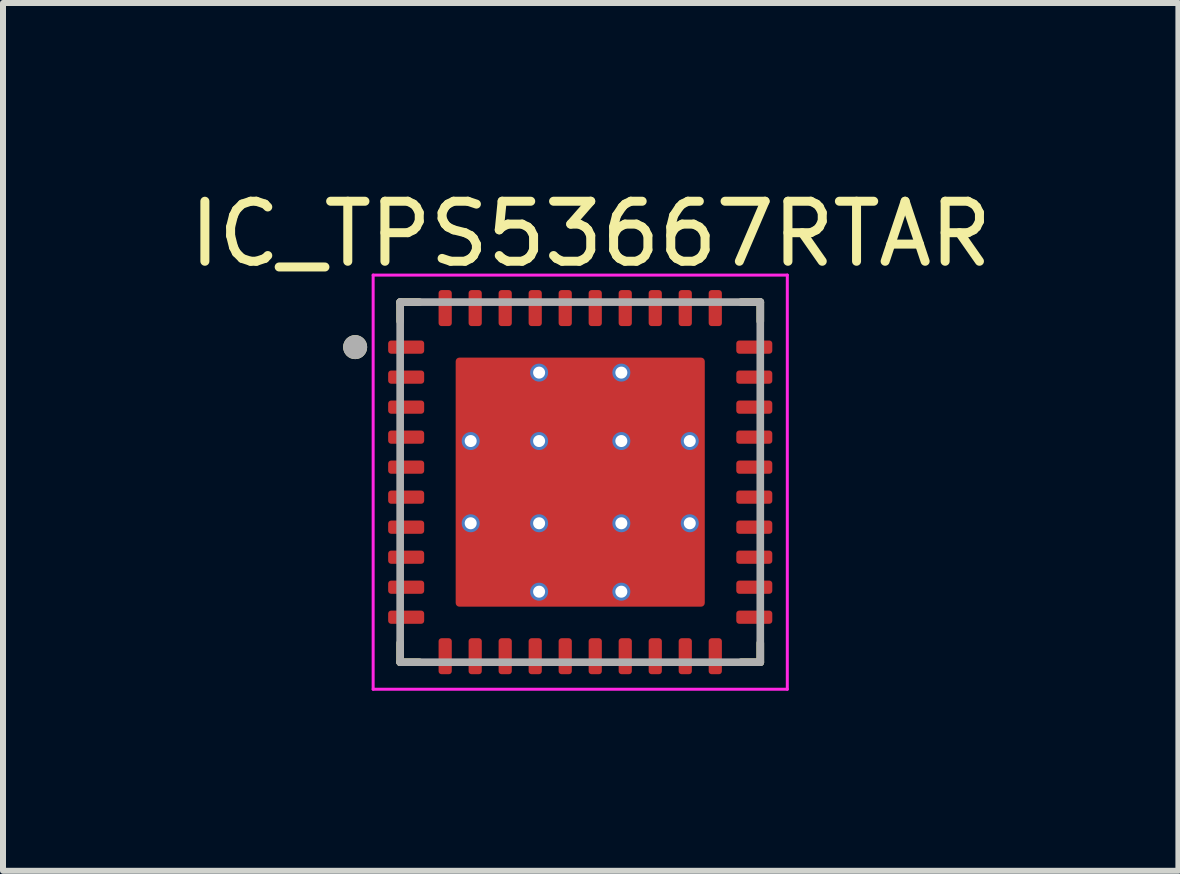
<source format=kicad_pcb>
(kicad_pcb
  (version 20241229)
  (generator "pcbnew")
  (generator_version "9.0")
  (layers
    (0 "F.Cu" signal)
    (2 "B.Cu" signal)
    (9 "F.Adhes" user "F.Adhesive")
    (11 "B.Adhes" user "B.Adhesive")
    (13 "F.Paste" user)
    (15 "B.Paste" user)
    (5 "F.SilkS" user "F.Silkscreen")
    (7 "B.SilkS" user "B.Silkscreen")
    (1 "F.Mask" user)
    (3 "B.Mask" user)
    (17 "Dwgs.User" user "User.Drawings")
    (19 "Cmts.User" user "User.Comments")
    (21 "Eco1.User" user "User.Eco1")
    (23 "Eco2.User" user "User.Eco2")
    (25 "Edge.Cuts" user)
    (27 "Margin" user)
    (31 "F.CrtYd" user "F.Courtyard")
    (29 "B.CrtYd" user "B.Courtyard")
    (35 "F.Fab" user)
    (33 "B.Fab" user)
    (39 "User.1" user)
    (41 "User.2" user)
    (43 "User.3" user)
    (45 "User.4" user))
  (footprint "IC_TPS53667RTAR"
    (layer "F.Cu")
    (at 6.617 4.983)
    (property "Reference" "IC_TPS53667RTAR" (at 0.175 -4.135 0) (layer "F.SilkS") (effects (font (size 1 1) (thickness 0.15))))
    (attr smd)
    (fp_poly (pts (xy -3.15 -2.41) (xy -2.65 -2.41) (xy -2.645 -2.41) (xy -2.64 -2.409) (xy -2.634 -2.409) (xy -2.629 -2.408) (xy -2.624 -2.407) (xy -2.619 -2.405) (xy -2.614 -2.403) (xy -2.609 -2.401) (xy -2.605 -2.399) (xy -2.6 -2.397) (xy -2.596 -2.394) (xy -2.591 -2.391) (xy -2.587 -2.388) (xy -2.583 -2.384) (xy -2.579 -2.381) (xy -2.576 -2.377) (xy -2.572 -2.373) (xy -2.569 -2.369) (xy -2.566 -2.364) (xy -2.563 -2.36) (xy -2.561 -2.355) (xy -2.559 -2.351) (xy -2.557 -2.346) (xy -2.555 -2.341) (xy -2.553 -2.336) (xy -2.552 -2.331) (xy -2.551 -2.326) (xy -2.551 -2.32) (xy -2.55 -2.315) (xy -2.55 -2.31) (xy -2.55 -2.19) (xy -2.55 -2.185) (xy -2.551 -2.18) (xy -2.551 -2.174) (xy -2.552 -2.169) (xy -2.553 -2.164) (xy -2.555 -2.159) (xy -2.557 -2.154) (xy -2.559 -2.149) (xy -2.561 -2.145) (xy -2.563 -2.14) (xy -2.566 -2.136) (xy -2.569 -2.131) (xy -2.572 -2.127) (xy -2.576 -2.123) (xy -2.579 -2.119) (xy -2.583 -2.116) (xy -2.587 -2.112) (xy -2.591 -2.109) (xy -2.596 -2.106) (xy -2.6 -2.103) (xy -2.605 -2.101) (xy -2.609 -2.099) (xy -2.614 -2.097) (xy -2.619 -2.095) (xy -2.624 -2.093) (xy -2.629 -2.092) (xy -2.634 -2.091) (xy -2.64 -2.091) (xy -2.645 -2.09) (xy -2.65 -2.09) (xy -3.15 -2.09) (xy -3.155 -2.09) (xy -3.16 -2.091) (xy -3.166 -2.091) (xy -3.171 -2.092) (xy -3.176 -2.093) (xy -3.181 -2.095) (xy -3.186 -2.097) (xy -3.191 -2.099) (xy -3.195 -2.101) (xy -3.2 -2.103) (xy -3.204 -2.106) (xy -3.209 -2.109) (xy -3.213 -2.112) (xy -3.217 -2.116) (xy -3.221 -2.119) (xy -3.224 -2.123) (xy -3.228 -2.127) (xy -3.231 -2.131) (xy -3.234 -2.136) (xy -3.237 -2.14) (xy -3.239 -2.145) (xy -3.241 -2.149) (xy -3.243 -2.154) (xy -3.245 -2.159) (xy -3.247 -2.164) (xy -3.248 -2.169) (xy -3.249 -2.174) (xy -3.249 -2.18) (xy -3.25 -2.185) (xy -3.25 -2.19) (xy -3.25 -2.31) (xy -3.25 -2.315) (xy -3.249 -2.32) (xy -3.249 -2.326) (xy -3.248 -2.331) (xy -3.247 -2.336) (xy -3.245 -2.341) (xy -3.243 -2.346) (xy -3.241 -2.351) (xy -3.239 -2.355) (xy -3.237 -2.36) (xy -3.234 -2.364) (xy -3.231 -2.369) (xy -3.228 -2.373) (xy -3.224 -2.377) (xy -3.221 -2.381) (xy -3.217 -2.384) (xy -3.213 -2.388) (xy -3.209 -2.391) (xy -3.204 -2.394) (xy -3.2 -2.397) (xy -3.195 -2.399) (xy -3.191 -2.401) (xy -3.186 -2.403) (xy -3.181 -2.405) (xy -3.176 -2.407) (xy -3.171 -2.408) (xy -3.166 -2.409) (xy -3.16 -2.409) (xy -3.155 -2.41) (xy -3.15 -2.41)) (stroke (width 0.01) (type solid)) (fill yes) (layer "F.Mask"))
    (fp_poly (pts (xy -3.15 -1.91) (xy -2.65 -1.91) (xy -2.645 -1.91) (xy -2.64 -1.909) (xy -2.634 -1.909) (xy -2.629 -1.908) (xy -2.624 -1.907) (xy -2.619 -1.905) (xy -2.614 -1.903) (xy -2.609 -1.901) (xy -2.605 -1.899) (xy -2.6 -1.897) (xy -2.596 -1.894) (xy -2.591 -1.891) (xy -2.587 -1.888) (xy -2.583 -1.884) (xy -2.579 -1.881) (xy -2.576 -1.877) (xy -2.572 -1.873) (xy -2.569 -1.869) (xy -2.566 -1.864) (xy -2.563 -1.86) (xy -2.561 -1.855) (xy -2.559 -1.851) (xy -2.557 -1.846) (xy -2.555 -1.841) (xy -2.553 -1.836) (xy -2.552 -1.831) (xy -2.551 -1.826) (xy -2.551 -1.82) (xy -2.55 -1.815) (xy -2.55 -1.81) (xy -2.55 -1.69) (xy -2.55 -1.685) (xy -2.551 -1.68) (xy -2.551 -1.674) (xy -2.552 -1.669) (xy -2.553 -1.664) (xy -2.555 -1.659) (xy -2.557 -1.654) (xy -2.559 -1.649) (xy -2.561 -1.645) (xy -2.563 -1.64) (xy -2.566 -1.636) (xy -2.569 -1.631) (xy -2.572 -1.627) (xy -2.576 -1.623) (xy -2.579 -1.619) (xy -2.583 -1.616) (xy -2.587 -1.612) (xy -2.591 -1.609) (xy -2.596 -1.606) (xy -2.6 -1.603) (xy -2.605 -1.601) (xy -2.609 -1.599) (xy -2.614 -1.597) (xy -2.619 -1.595) (xy -2.624 -1.593) (xy -2.629 -1.592) (xy -2.634 -1.591) (xy -2.64 -1.591) (xy -2.645 -1.59) (xy -2.65 -1.59) (xy -3.15 -1.59) (xy -3.155 -1.59) (xy -3.16 -1.591) (xy -3.166 -1.591) (xy -3.171 -1.592) (xy -3.176 -1.593) (xy -3.181 -1.595) (xy -3.186 -1.597) (xy -3.191 -1.599) (xy -3.195 -1.601) (xy -3.2 -1.603) (xy -3.204 -1.606) (xy -3.209 -1.609) (xy -3.213 -1.612) (xy -3.217 -1.616) (xy -3.221 -1.619) (xy -3.224 -1.623) (xy -3.228 -1.627) (xy -3.231 -1.631) (xy -3.234 -1.636) (xy -3.237 -1.64) (xy -3.239 -1.645) (xy -3.241 -1.649) (xy -3.243 -1.654) (xy -3.245 -1.659) (xy -3.247 -1.664) (xy -3.248 -1.669) (xy -3.249 -1.674) (xy -3.249 -1.68) (xy -3.25 -1.685) (xy -3.25 -1.69) (xy -3.25 -1.81) (xy -3.25 -1.815) (xy -3.249 -1.82) (xy -3.249 -1.826) (xy -3.248 -1.831) (xy -3.247 -1.836) (xy -3.245 -1.841) (xy -3.243 -1.846) (xy -3.241 -1.851) (xy -3.239 -1.855) (xy -3.237 -1.86) (xy -3.234 -1.864) (xy -3.231 -1.869) (xy -3.228 -1.873) (xy -3.224 -1.877) (xy -3.221 -1.881) (xy -3.217 -1.884) (xy -3.213 -1.888) (xy -3.209 -1.891) (xy -3.204 -1.894) (xy -3.2 -1.897) (xy -3.195 -1.899) (xy -3.191 -1.901) (xy -3.186 -1.903) (xy -3.181 -1.905) (xy -3.176 -1.907) (xy -3.171 -1.908) (xy -3.166 -1.909) (xy -3.16 -1.909) (xy -3.155 -1.91) (xy -3.15 -1.91)) (stroke (width 0.01) (type solid)) (fill yes) (layer "F.Mask"))
    (fp_poly (pts (xy -3.15 -1.41) (xy -2.65 -1.41) (xy -2.645 -1.41) (xy -2.64 -1.409) (xy -2.634 -1.409) (xy -2.629 -1.408) (xy -2.624 -1.407) (xy -2.619 -1.405) (xy -2.614 -1.403) (xy -2.609 -1.401) (xy -2.605 -1.399) (xy -2.6 -1.397) (xy -2.596 -1.394) (xy -2.591 -1.391) (xy -2.587 -1.388) (xy -2.583 -1.384) (xy -2.579 -1.381) (xy -2.576 -1.377) (xy -2.572 -1.373) (xy -2.569 -1.369) (xy -2.566 -1.364) (xy -2.563 -1.36) (xy -2.561 -1.355) (xy -2.559 -1.351) (xy -2.557 -1.346) (xy -2.555 -1.341) (xy -2.553 -1.336) (xy -2.552 -1.331) (xy -2.551 -1.326) (xy -2.551 -1.32) (xy -2.55 -1.315) (xy -2.55 -1.31) (xy -2.55 -1.19) (xy -2.55 -1.185) (xy -2.551 -1.18) (xy -2.551 -1.174) (xy -2.552 -1.169) (xy -2.553 -1.164) (xy -2.555 -1.159) (xy -2.557 -1.154) (xy -2.559 -1.149) (xy -2.561 -1.145) (xy -2.563 -1.14) (xy -2.566 -1.136) (xy -2.569 -1.131) (xy -2.572 -1.127) (xy -2.576 -1.123) (xy -2.579 -1.119) (xy -2.583 -1.116) (xy -2.587 -1.112) (xy -2.591 -1.109) (xy -2.596 -1.106) (xy -2.6 -1.103) (xy -2.605 -1.101) (xy -2.609 -1.099) (xy -2.614 -1.097) (xy -2.619 -1.095) (xy -2.624 -1.093) (xy -2.629 -1.092) (xy -2.634 -1.091) (xy -2.64 -1.091) (xy -2.645 -1.09) (xy -2.65 -1.09) (xy -3.15 -1.09) (xy -3.155 -1.09) (xy -3.16 -1.091) (xy -3.166 -1.091) (xy -3.171 -1.092) (xy -3.176 -1.093) (xy -3.181 -1.095) (xy -3.186 -1.097) (xy -3.191 -1.099) (xy -3.195 -1.101) (xy -3.2 -1.103) (xy -3.204 -1.106) (xy -3.209 -1.109) (xy -3.213 -1.112) (xy -3.217 -1.116) (xy -3.221 -1.119) (xy -3.224 -1.123) (xy -3.228 -1.127) (xy -3.231 -1.131) (xy -3.234 -1.136) (xy -3.237 -1.14) (xy -3.239 -1.145) (xy -3.241 -1.149) (xy -3.243 -1.154) (xy -3.245 -1.159) (xy -3.247 -1.164) (xy -3.248 -1.169) (xy -3.249 -1.174) (xy -3.249 -1.18) (xy -3.25 -1.185) (xy -3.25 -1.19) (xy -3.25 -1.31) (xy -3.25 -1.315) (xy -3.249 -1.32) (xy -3.249 -1.326) (xy -3.248 -1.331) (xy -3.247 -1.336) (xy -3.245 -1.341) (xy -3.243 -1.346) (xy -3.241 -1.351) (xy -3.239 -1.355) (xy -3.237 -1.36) (xy -3.234 -1.364) (xy -3.231 -1.369) (xy -3.228 -1.373) (xy -3.224 -1.377) (xy -3.221 -1.381) (xy -3.217 -1.384) (xy -3.213 -1.388) (xy -3.209 -1.391) (xy -3.204 -1.394) (xy -3.2 -1.397) (xy -3.195 -1.399) (xy -3.191 -1.401) (xy -3.186 -1.403) (xy -3.181 -1.405) (xy -3.176 -1.407) (xy -3.171 -1.408) (xy -3.166 -1.409) (xy -3.16 -1.409) (xy -3.155 -1.41) (xy -3.15 -1.41)) (stroke (width 0.01) (type solid)) (fill yes) (layer "F.Mask"))
    (fp_poly (pts (xy -3.15 -0.91) (xy -2.65 -0.91) (xy -2.645 -0.91) (xy -2.64 -0.909) (xy -2.634 -0.909) (xy -2.629 -0.908) (xy -2.624 -0.907) (xy -2.619 -0.905) (xy -2.614 -0.903) (xy -2.609 -0.901) (xy -2.605 -0.899) (xy -2.6 -0.897) (xy -2.596 -0.894) (xy -2.591 -0.891) (xy -2.587 -0.888) (xy -2.583 -0.884) (xy -2.579 -0.881) (xy -2.576 -0.877) (xy -2.572 -0.873) (xy -2.569 -0.869) (xy -2.566 -0.864) (xy -2.563 -0.86) (xy -2.561 -0.855) (xy -2.559 -0.851) (xy -2.557 -0.846) (xy -2.555 -0.841) (xy -2.553 -0.836) (xy -2.552 -0.831) (xy -2.551 -0.826) (xy -2.551 -0.82) (xy -2.55 -0.815) (xy -2.55 -0.81) (xy -2.55 -0.69) (xy -2.55 -0.685) (xy -2.551 -0.68) (xy -2.551 -0.674) (xy -2.552 -0.669) (xy -2.553 -0.664) (xy -2.555 -0.659) (xy -2.557 -0.654) (xy -2.559 -0.649) (xy -2.561 -0.645) (xy -2.563 -0.64) (xy -2.566 -0.636) (xy -2.569 -0.631) (xy -2.572 -0.627) (xy -2.576 -0.623) (xy -2.579 -0.619) (xy -2.583 -0.616) (xy -2.587 -0.612) (xy -2.591 -0.609) (xy -2.596 -0.606) (xy -2.6 -0.603) (xy -2.605 -0.601) (xy -2.609 -0.599) (xy -2.614 -0.597) (xy -2.619 -0.595) (xy -2.624 -0.593) (xy -2.629 -0.592) (xy -2.634 -0.591) (xy -2.64 -0.591) (xy -2.645 -0.59) (xy -2.65 -0.59) (xy -3.15 -0.59) (xy -3.155 -0.59) (xy -3.16 -0.591) (xy -3.166 -0.591) (xy -3.171 -0.592) (xy -3.176 -0.593) (xy -3.181 -0.595) (xy -3.186 -0.597) (xy -3.191 -0.599) (xy -3.195 -0.601) (xy -3.2 -0.603) (xy -3.204 -0.606) (xy -3.209 -0.609) (xy -3.213 -0.612) (xy -3.217 -0.616) (xy -3.221 -0.619) (xy -3.224 -0.623) (xy -3.228 -0.627) (xy -3.231 -0.631) (xy -3.234 -0.636) (xy -3.237 -0.64) (xy -3.239 -0.645) (xy -3.241 -0.649) (xy -3.243 -0.654) (xy -3.245 -0.659) (xy -3.247 -0.664) (xy -3.248 -0.669) (xy -3.249 -0.674) (xy -3.249 -0.68) (xy -3.25 -0.685) (xy -3.25 -0.69) (xy -3.25 -0.81) (xy -3.25 -0.815) (xy -3.249 -0.82) (xy -3.249 -0.826) (xy -3.248 -0.831) (xy -3.247 -0.836) (xy -3.245 -0.841) (xy -3.243 -0.846) (xy -3.241 -0.851) (xy -3.239 -0.855) (xy -3.237 -0.86) (xy -3.234 -0.864) (xy -3.231 -0.869) (xy -3.228 -0.873) (xy -3.224 -0.877) (xy -3.221 -0.881) (xy -3.217 -0.884) (xy -3.213 -0.888) (xy -3.209 -0.891) (xy -3.204 -0.894) (xy -3.2 -0.897) (xy -3.195 -0.899) (xy -3.191 -0.901) (xy -3.186 -0.903) (xy -3.181 -0.905) (xy -3.176 -0.907) (xy -3.171 -0.908) (xy -3.166 -0.909) (xy -3.16 -0.909) (xy -3.155 -0.91) (xy -3.15 -0.91)) (stroke (width 0.01) (type solid)) (fill yes) (layer "F.Mask"))
    (fp_poly (pts (xy -3.15 -0.41) (xy -2.65 -0.41) (xy -2.645 -0.41) (xy -2.64 -0.409) (xy -2.634 -0.409) (xy -2.629 -0.408) (xy -2.624 -0.407) (xy -2.619 -0.405) (xy -2.614 -0.403) (xy -2.609 -0.401) (xy -2.605 -0.399) (xy -2.6 -0.397) (xy -2.596 -0.394) (xy -2.591 -0.391) (xy -2.587 -0.388) (xy -2.583 -0.384) (xy -2.579 -0.381) (xy -2.576 -0.377) (xy -2.572 -0.373) (xy -2.569 -0.369) (xy -2.566 -0.364) (xy -2.563 -0.36) (xy -2.561 -0.355) (xy -2.559 -0.351) (xy -2.557 -0.346) (xy -2.555 -0.341) (xy -2.553 -0.336) (xy -2.552 -0.331) (xy -2.551 -0.326) (xy -2.551 -0.32) (xy -2.55 -0.315) (xy -2.55 -0.31) (xy -2.55 -0.19) (xy -2.55 -0.185) (xy -2.551 -0.18) (xy -2.551 -0.174) (xy -2.552 -0.169) (xy -2.553 -0.164) (xy -2.555 -0.159) (xy -2.557 -0.154) (xy -2.559 -0.149) (xy -2.561 -0.145) (xy -2.563 -0.14) (xy -2.566 -0.136) (xy -2.569 -0.131) (xy -2.572 -0.127) (xy -2.576 -0.123) (xy -2.579 -0.119) (xy -2.583 -0.116) (xy -2.587 -0.112) (xy -2.591 -0.109) (xy -2.596 -0.106) (xy -2.6 -0.103) (xy -2.605 -0.101) (xy -2.609 -0.099) (xy -2.614 -0.097) (xy -2.619 -0.095) (xy -2.624 -0.093) (xy -2.629 -0.092) (xy -2.634 -0.091) (xy -2.64 -0.091) (xy -2.645 -0.09) (xy -2.65 -0.09) (xy -3.15 -0.09) (xy -3.155 -0.09) (xy -3.16 -0.091) (xy -3.166 -0.091) (xy -3.171 -0.092) (xy -3.176 -0.093) (xy -3.181 -0.095) (xy -3.186 -0.097) (xy -3.191 -0.099) (xy -3.195 -0.101) (xy -3.2 -0.103) (xy -3.204 -0.106) (xy -3.209 -0.109) (xy -3.213 -0.112) (xy -3.217 -0.116) (xy -3.221 -0.119) (xy -3.224 -0.123) (xy -3.228 -0.127) (xy -3.231 -0.131) (xy -3.234 -0.136) (xy -3.237 -0.14) (xy -3.239 -0.145) (xy -3.241 -0.149) (xy -3.243 -0.154) (xy -3.245 -0.159) (xy -3.247 -0.164) (xy -3.248 -0.169) (xy -3.249 -0.174) (xy -3.249 -0.18) (xy -3.25 -0.185) (xy -3.25 -0.19) (xy -3.25 -0.31) (xy -3.25 -0.315) (xy -3.249 -0.32) (xy -3.249 -0.326) (xy -3.248 -0.331) (xy -3.247 -0.336) (xy -3.245 -0.341) (xy -3.243 -0.346) (xy -3.241 -0.351) (xy -3.239 -0.355) (xy -3.237 -0.36) (xy -3.234 -0.364) (xy -3.231 -0.369) (xy -3.228 -0.373) (xy -3.224 -0.377) (xy -3.221 -0.381) (xy -3.217 -0.384) (xy -3.213 -0.388) (xy -3.209 -0.391) (xy -3.204 -0.394) (xy -3.2 -0.397) (xy -3.195 -0.399) (xy -3.191 -0.401) (xy -3.186 -0.403) (xy -3.181 -0.405) (xy -3.176 -0.407) (xy -3.171 -0.408) (xy -3.166 -0.409) (xy -3.16 -0.409) (xy -3.155 -0.41) (xy -3.15 -0.41)) (stroke (width 0.01) (type solid)) (fill yes) (layer "F.Mask"))
    (fp_poly (pts (xy -3.15 0.09) (xy -2.65 0.09) (xy -2.645 0.09) (xy -2.64 0.091) (xy -2.634 0.091) (xy -2.629 0.092) (xy -2.624 0.093) (xy -2.619 0.095) (xy -2.614 0.097) (xy -2.609 0.099) (xy -2.605 0.101) (xy -2.6 0.103) (xy -2.596 0.106) (xy -2.591 0.109) (xy -2.587 0.112) (xy -2.583 0.116) (xy -2.579 0.119) (xy -2.576 0.123) (xy -2.572 0.127) (xy -2.569 0.131) (xy -2.566 0.136) (xy -2.563 0.14) (xy -2.561 0.145) (xy -2.559 0.149) (xy -2.557 0.154) (xy -2.555 0.159) (xy -2.553 0.164) (xy -2.552 0.169) (xy -2.551 0.174) (xy -2.551 0.18) (xy -2.55 0.185) (xy -2.55 0.19) (xy -2.55 0.31) (xy -2.55 0.315) (xy -2.551 0.32) (xy -2.551 0.326) (xy -2.552 0.331) (xy -2.553 0.336) (xy -2.555 0.341) (xy -2.557 0.346) (xy -2.559 0.351) (xy -2.561 0.355) (xy -2.563 0.36) (xy -2.566 0.364) (xy -2.569 0.369) (xy -2.572 0.373) (xy -2.576 0.377) (xy -2.579 0.381) (xy -2.583 0.384) (xy -2.587 0.388) (xy -2.591 0.391) (xy -2.596 0.394) (xy -2.6 0.397) (xy -2.605 0.399) (xy -2.609 0.401) (xy -2.614 0.403) (xy -2.619 0.405) (xy -2.624 0.407) (xy -2.629 0.408) (xy -2.634 0.409) (xy -2.64 0.409) (xy -2.645 0.41) (xy -2.65 0.41) (xy -3.15 0.41) (xy -3.155 0.41) (xy -3.16 0.409) (xy -3.166 0.409) (xy -3.171 0.408) (xy -3.176 0.407) (xy -3.181 0.405) (xy -3.186 0.403) (xy -3.191 0.401) (xy -3.195 0.399) (xy -3.2 0.397) (xy -3.204 0.394) (xy -3.209 0.391) (xy -3.213 0.388) (xy -3.217 0.384) (xy -3.221 0.381) (xy -3.224 0.377) (xy -3.228 0.373) (xy -3.231 0.369) (xy -3.234 0.364) (xy -3.237 0.36) (xy -3.239 0.355) (xy -3.241 0.351) (xy -3.243 0.346) (xy -3.245 0.341) (xy -3.247 0.336) (xy -3.248 0.331) (xy -3.249 0.326) (xy -3.249 0.32) (xy -3.25 0.315) (xy -3.25 0.31) (xy -3.25 0.19) (xy -3.25 0.185) (xy -3.249 0.18) (xy -3.249 0.174) (xy -3.248 0.169) (xy -3.247 0.164) (xy -3.245 0.159) (xy -3.243 0.154) (xy -3.241 0.149) (xy -3.239 0.145) (xy -3.237 0.14) (xy -3.234 0.136) (xy -3.231 0.131) (xy -3.228 0.127) (xy -3.224 0.123) (xy -3.221 0.119) (xy -3.217 0.116) (xy -3.213 0.112) (xy -3.209 0.109) (xy -3.204 0.106) (xy -3.2 0.103) (xy -3.195 0.101) (xy -3.191 0.099) (xy -3.186 0.097) (xy -3.181 0.095) (xy -3.176 0.093) (xy -3.171 0.092) (xy -3.166 0.091) (xy -3.16 0.091) (xy -3.155 0.09) (xy -3.15 0.09)) (stroke (width 0.01) (type solid)) (fill yes) (layer "F.Mask"))
    (fp_poly (pts (xy -3.15 0.59) (xy -2.65 0.59) (xy -2.645 0.59) (xy -2.64 0.591) (xy -2.634 0.591) (xy -2.629 0.592) (xy -2.624 0.593) (xy -2.619 0.595) (xy -2.614 0.597) (xy -2.609 0.599) (xy -2.605 0.601) (xy -2.6 0.603) (xy -2.596 0.606) (xy -2.591 0.609) (xy -2.587 0.612) (xy -2.583 0.616) (xy -2.579 0.619) (xy -2.576 0.623) (xy -2.572 0.627) (xy -2.569 0.631) (xy -2.566 0.636) (xy -2.563 0.64) (xy -2.561 0.645) (xy -2.559 0.649) (xy -2.557 0.654) (xy -2.555 0.659) (xy -2.553 0.664) (xy -2.552 0.669) (xy -2.551 0.674) (xy -2.551 0.68) (xy -2.55 0.685) (xy -2.55 0.69) (xy -2.55 0.81) (xy -2.55 0.815) (xy -2.551 0.82) (xy -2.551 0.826) (xy -2.552 0.831) (xy -2.553 0.836) (xy -2.555 0.841) (xy -2.557 0.846) (xy -2.559 0.851) (xy -2.561 0.855) (xy -2.563 0.86) (xy -2.566 0.864) (xy -2.569 0.869) (xy -2.572 0.873) (xy -2.576 0.877) (xy -2.579 0.881) (xy -2.583 0.884) (xy -2.587 0.888) (xy -2.591 0.891) (xy -2.596 0.894) (xy -2.6 0.897) (xy -2.605 0.899) (xy -2.609 0.901) (xy -2.614 0.903) (xy -2.619 0.905) (xy -2.624 0.907) (xy -2.629 0.908) (xy -2.634 0.909) (xy -2.64 0.909) (xy -2.645 0.91) (xy -2.65 0.91) (xy -3.15 0.91) (xy -3.155 0.91) (xy -3.16 0.909) (xy -3.166 0.909) (xy -3.171 0.908) (xy -3.176 0.907) (xy -3.181 0.905) (xy -3.186 0.903) (xy -3.191 0.901) (xy -3.195 0.899) (xy -3.2 0.897) (xy -3.204 0.894) (xy -3.209 0.891) (xy -3.213 0.888) (xy -3.217 0.884) (xy -3.221 0.881) (xy -3.224 0.877) (xy -3.228 0.873) (xy -3.231 0.869) (xy -3.234 0.864) (xy -3.237 0.86) (xy -3.239 0.855) (xy -3.241 0.851) (xy -3.243 0.846) (xy -3.245 0.841) (xy -3.247 0.836) (xy -3.248 0.831) (xy -3.249 0.826) (xy -3.249 0.82) (xy -3.25 0.815) (xy -3.25 0.81) (xy -3.25 0.69) (xy -3.25 0.685) (xy -3.249 0.68) (xy -3.249 0.674) (xy -3.248 0.669) (xy -3.247 0.664) (xy -3.245 0.659) (xy -3.243 0.654) (xy -3.241 0.649) (xy -3.239 0.645) (xy -3.237 0.64) (xy -3.234 0.636) (xy -3.231 0.631) (xy -3.228 0.627) (xy -3.224 0.623) (xy -3.221 0.619) (xy -3.217 0.616) (xy -3.213 0.612) (xy -3.209 0.609) (xy -3.204 0.606) (xy -3.2 0.603) (xy -3.195 0.601) (xy -3.191 0.599) (xy -3.186 0.597) (xy -3.181 0.595) (xy -3.176 0.593) (xy -3.171 0.592) (xy -3.166 0.591) (xy -3.16 0.591) (xy -3.155 0.59) (xy -3.15 0.59)) (stroke (width 0.01) (type solid)) (fill yes) (layer "F.Mask"))
    (fp_poly (pts (xy -3.15 1.09) (xy -2.65 1.09) (xy -2.645 1.09) (xy -2.64 1.091) (xy -2.634 1.091) (xy -2.629 1.092) (xy -2.624 1.093) (xy -2.619 1.095) (xy -2.614 1.097) (xy -2.609 1.099) (xy -2.605 1.101) (xy -2.6 1.103) (xy -2.596 1.106) (xy -2.591 1.109) (xy -2.587 1.112) (xy -2.583 1.116) (xy -2.579 1.119) (xy -2.576 1.123) (xy -2.572 1.127) (xy -2.569 1.131) (xy -2.566 1.136) (xy -2.563 1.14) (xy -2.561 1.145) (xy -2.559 1.149) (xy -2.557 1.154) (xy -2.555 1.159) (xy -2.553 1.164) (xy -2.552 1.169) (xy -2.551 1.174) (xy -2.551 1.18) (xy -2.55 1.185) (xy -2.55 1.19) (xy -2.55 1.31) (xy -2.55 1.315) (xy -2.551 1.32) (xy -2.551 1.326) (xy -2.552 1.331) (xy -2.553 1.336) (xy -2.555 1.341) (xy -2.557 1.346) (xy -2.559 1.351) (xy -2.561 1.355) (xy -2.563 1.36) (xy -2.566 1.364) (xy -2.569 1.369) (xy -2.572 1.373) (xy -2.576 1.377) (xy -2.579 1.381) (xy -2.583 1.384) (xy -2.587 1.388) (xy -2.591 1.391) (xy -2.596 1.394) (xy -2.6 1.397) (xy -2.605 1.399) (xy -2.609 1.401) (xy -2.614 1.403) (xy -2.619 1.405) (xy -2.624 1.407) (xy -2.629 1.408) (xy -2.634 1.409) (xy -2.64 1.409) (xy -2.645 1.41) (xy -2.65 1.41) (xy -3.15 1.41) (xy -3.155 1.41) (xy -3.16 1.409) (xy -3.166 1.409) (xy -3.171 1.408) (xy -3.176 1.407) (xy -3.181 1.405) (xy -3.186 1.403) (xy -3.191 1.401) (xy -3.195 1.399) (xy -3.2 1.397) (xy -3.204 1.394) (xy -3.209 1.391) (xy -3.213 1.388) (xy -3.217 1.384) (xy -3.221 1.381) (xy -3.224 1.377) (xy -3.228 1.373) (xy -3.231 1.369) (xy -3.234 1.364) (xy -3.237 1.36) (xy -3.239 1.355) (xy -3.241 1.351) (xy -3.243 1.346) (xy -3.245 1.341) (xy -3.247 1.336) (xy -3.248 1.331) (xy -3.249 1.326) (xy -3.249 1.32) (xy -3.25 1.315) (xy -3.25 1.31) (xy -3.25 1.19) (xy -3.25 1.185) (xy -3.249 1.18) (xy -3.249 1.174) (xy -3.248 1.169) (xy -3.247 1.164) (xy -3.245 1.159) (xy -3.243 1.154) (xy -3.241 1.149) (xy -3.239 1.145) (xy -3.237 1.14) (xy -3.234 1.136) (xy -3.231 1.131) (xy -3.228 1.127) (xy -3.224 1.123) (xy -3.221 1.119) (xy -3.217 1.116) (xy -3.213 1.112) (xy -3.209 1.109) (xy -3.204 1.106) (xy -3.2 1.103) (xy -3.195 1.101) (xy -3.191 1.099) (xy -3.186 1.097) (xy -3.181 1.095) (xy -3.176 1.093) (xy -3.171 1.092) (xy -3.166 1.091) (xy -3.16 1.091) (xy -3.155 1.09) (xy -3.15 1.09)) (stroke (width 0.01) (type solid)) (fill yes) (layer "F.Mask"))
    (fp_poly (pts (xy -3.15 1.59) (xy -2.65 1.59) (xy -2.645 1.59) (xy -2.64 1.591) (xy -2.634 1.591) (xy -2.629 1.592) (xy -2.624 1.593) (xy -2.619 1.595) (xy -2.614 1.597) (xy -2.609 1.599) (xy -2.605 1.601) (xy -2.6 1.603) (xy -2.596 1.606) (xy -2.591 1.609) (xy -2.587 1.612) (xy -2.583 1.616) (xy -2.579 1.619) (xy -2.576 1.623) (xy -2.572 1.627) (xy -2.569 1.631) (xy -2.566 1.636) (xy -2.563 1.64) (xy -2.561 1.645) (xy -2.559 1.649) (xy -2.557 1.654) (xy -2.555 1.659) (xy -2.553 1.664) (xy -2.552 1.669) (xy -2.551 1.674) (xy -2.551 1.68) (xy -2.55 1.685) (xy -2.55 1.69) (xy -2.55 1.81) (xy -2.55 1.815) (xy -2.551 1.82) (xy -2.551 1.826) (xy -2.552 1.831) (xy -2.553 1.836) (xy -2.555 1.841) (xy -2.557 1.846) (xy -2.559 1.851) (xy -2.561 1.855) (xy -2.563 1.86) (xy -2.566 1.864) (xy -2.569 1.869) (xy -2.572 1.873) (xy -2.576 1.877) (xy -2.579 1.881) (xy -2.583 1.884) (xy -2.587 1.888) (xy -2.591 1.891) (xy -2.596 1.894) (xy -2.6 1.897) (xy -2.605 1.899) (xy -2.609 1.901) (xy -2.614 1.903) (xy -2.619 1.905) (xy -2.624 1.907) (xy -2.629 1.908) (xy -2.634 1.909) (xy -2.64 1.909) (xy -2.645 1.91) (xy -2.65 1.91) (xy -3.15 1.91) (xy -3.155 1.91) (xy -3.16 1.909) (xy -3.166 1.909) (xy -3.171 1.908) (xy -3.176 1.907) (xy -3.181 1.905) (xy -3.186 1.903) (xy -3.191 1.901) (xy -3.195 1.899) (xy -3.2 1.897) (xy -3.204 1.894) (xy -3.209 1.891) (xy -3.213 1.888) (xy -3.217 1.884) (xy -3.221 1.881) (xy -3.224 1.877) (xy -3.228 1.873) (xy -3.231 1.869) (xy -3.234 1.864) (xy -3.237 1.86) (xy -3.239 1.855) (xy -3.241 1.851) (xy -3.243 1.846) (xy -3.245 1.841) (xy -3.247 1.836) (xy -3.248 1.831) (xy -3.249 1.826) (xy -3.249 1.82) (xy -3.25 1.815) (xy -3.25 1.81) (xy -3.25 1.69) (xy -3.25 1.685) (xy -3.249 1.68) (xy -3.249 1.674) (xy -3.248 1.669) (xy -3.247 1.664) (xy -3.245 1.659) (xy -3.243 1.654) (xy -3.241 1.649) (xy -3.239 1.645) (xy -3.237 1.64) (xy -3.234 1.636) (xy -3.231 1.631) (xy -3.228 1.627) (xy -3.224 1.623) (xy -3.221 1.619) (xy -3.217 1.616) (xy -3.213 1.612) (xy -3.209 1.609) (xy -3.204 1.606) (xy -3.2 1.603) (xy -3.195 1.601) (xy -3.191 1.599) (xy -3.186 1.597) (xy -3.181 1.595) (xy -3.176 1.593) (xy -3.171 1.592) (xy -3.166 1.591) (xy -3.16 1.591) (xy -3.155 1.59) (xy -3.15 1.59)) (stroke (width 0.01) (type solid)) (fill yes) (layer "F.Mask"))
    (fp_poly (pts (xy -3.15 2.09) (xy -2.65 2.09) (xy -2.645 2.09) (xy -2.64 2.091) (xy -2.634 2.091) (xy -2.629 2.092) (xy -2.624 2.093) (xy -2.619 2.095) (xy -2.614 2.097) (xy -2.609 2.099) (xy -2.605 2.101) (xy -2.6 2.103) (xy -2.596 2.106) (xy -2.591 2.109) (xy -2.587 2.112) (xy -2.583 2.116) (xy -2.579 2.119) (xy -2.576 2.123) (xy -2.572 2.127) (xy -2.569 2.131) (xy -2.566 2.136) (xy -2.563 2.14) (xy -2.561 2.145) (xy -2.559 2.149) (xy -2.557 2.154) (xy -2.555 2.159) (xy -2.553 2.164) (xy -2.552 2.169) (xy -2.551 2.174) (xy -2.551 2.18) (xy -2.55 2.185) (xy -2.55 2.19) (xy -2.55 2.31) (xy -2.55 2.315) (xy -2.551 2.32) (xy -2.551 2.326) (xy -2.552 2.331) (xy -2.553 2.336) (xy -2.555 2.341) (xy -2.557 2.346) (xy -2.559 2.351) (xy -2.561 2.355) (xy -2.563 2.36) (xy -2.566 2.364) (xy -2.569 2.369) (xy -2.572 2.373) (xy -2.576 2.377) (xy -2.579 2.381) (xy -2.583 2.384) (xy -2.587 2.388) (xy -2.591 2.391) (xy -2.596 2.394) (xy -2.6 2.397) (xy -2.605 2.399) (xy -2.609 2.401) (xy -2.614 2.403) (xy -2.619 2.405) (xy -2.624 2.407) (xy -2.629 2.408) (xy -2.634 2.409) (xy -2.64 2.409) (xy -2.645 2.41) (xy -2.65 2.41) (xy -3.15 2.41) (xy -3.155 2.41) (xy -3.16 2.409) (xy -3.166 2.409) (xy -3.171 2.408) (xy -3.176 2.407) (xy -3.181 2.405) (xy -3.186 2.403) (xy -3.191 2.401) (xy -3.195 2.399) (xy -3.2 2.397) (xy -3.204 2.394) (xy -3.209 2.391) (xy -3.213 2.388) (xy -3.217 2.384) (xy -3.221 2.381) (xy -3.224 2.377) (xy -3.228 2.373) (xy -3.231 2.369) (xy -3.234 2.364) (xy -3.237 2.36) (xy -3.239 2.355) (xy -3.241 2.351) (xy -3.243 2.346) (xy -3.245 2.341) (xy -3.247 2.336) (xy -3.248 2.331) (xy -3.249 2.326) (xy -3.249 2.32) (xy -3.25 2.315) (xy -3.25 2.31) (xy -3.25 2.19) (xy -3.25 2.185) (xy -3.249 2.18) (xy -3.249 2.174) (xy -3.248 2.169) (xy -3.247 2.164) (xy -3.245 2.159) (xy -3.243 2.154) (xy -3.241 2.149) (xy -3.239 2.145) (xy -3.237 2.14) (xy -3.234 2.136) (xy -3.231 2.131) (xy -3.228 2.127) (xy -3.224 2.123) (xy -3.221 2.119) (xy -3.217 2.116) (xy -3.213 2.112) (xy -3.209 2.109) (xy -3.204 2.106) (xy -3.2 2.103) (xy -3.195 2.101) (xy -3.191 2.099) (xy -3.186 2.097) (xy -3.181 2.095) (xy -3.176 2.093) (xy -3.171 2.092) (xy -3.166 2.091) (xy -3.16 2.091) (xy -3.155 2.09) (xy -3.15 2.09)) (stroke (width 0.01) (type solid)) (fill yes) (layer "F.Mask"))
    (fp_poly (pts (xy -2.41 3.15) (xy -2.41 2.65) (xy -2.41 2.645) (xy -2.409 2.64) (xy -2.409 2.634) (xy -2.408 2.629) (xy -2.407 2.624) (xy -2.405 2.619) (xy -2.403 2.614) (xy -2.401 2.609) (xy -2.399 2.605) (xy -2.397 2.6) (xy -2.394 2.596) (xy -2.391 2.591) (xy -2.388 2.587) (xy -2.384 2.583) (xy -2.381 2.579) (xy -2.377 2.576) (xy -2.373 2.572) (xy -2.369 2.569) (xy -2.364 2.566) (xy -2.36 2.563) (xy -2.355 2.561) (xy -2.351 2.559) (xy -2.346 2.557) (xy -2.341 2.555) (xy -2.336 2.553) (xy -2.331 2.552) (xy -2.326 2.551) (xy -2.32 2.551) (xy -2.315 2.55) (xy -2.31 2.55) (xy -2.19 2.55) (xy -2.185 2.55) (xy -2.18 2.551) (xy -2.174 2.551) (xy -2.169 2.552) (xy -2.164 2.553) (xy -2.159 2.555) (xy -2.154 2.557) (xy -2.149 2.559) (xy -2.145 2.561) (xy -2.14 2.563) (xy -2.136 2.566) (xy -2.131 2.569) (xy -2.127 2.572) (xy -2.123 2.576) (xy -2.119 2.579) (xy -2.116 2.583) (xy -2.112 2.587) (xy -2.109 2.591) (xy -2.106 2.596) (xy -2.103 2.6) (xy -2.101 2.605) (xy -2.099 2.609) (xy -2.097 2.614) (xy -2.095 2.619) (xy -2.093 2.624) (xy -2.092 2.629) (xy -2.091 2.634) (xy -2.091 2.64) (xy -2.09 2.645) (xy -2.09 2.65) (xy -2.09 3.15) (xy -2.09 3.155) (xy -2.091 3.16) (xy -2.091 3.166) (xy -2.092 3.171) (xy -2.093 3.176) (xy -2.095 3.181) (xy -2.097 3.186) (xy -2.099 3.191) (xy -2.101 3.195) (xy -2.103 3.2) (xy -2.106 3.204) (xy -2.109 3.209) (xy -2.112 3.213) (xy -2.116 3.217) (xy -2.119 3.221) (xy -2.123 3.224) (xy -2.127 3.228) (xy -2.131 3.231) (xy -2.136 3.234) (xy -2.14 3.237) (xy -2.145 3.239) (xy -2.149 3.241) (xy -2.154 3.243) (xy -2.159 3.245) (xy -2.164 3.247) (xy -2.169 3.248) (xy -2.174 3.249) (xy -2.18 3.249) (xy -2.185 3.25) (xy -2.19 3.25) (xy -2.31 3.25) (xy -2.315 3.25) (xy -2.32 3.249) (xy -2.326 3.249) (xy -2.331 3.248) (xy -2.336 3.247) (xy -2.341 3.245) (xy -2.346 3.243) (xy -2.351 3.241) (xy -2.355 3.239) (xy -2.36 3.237) (xy -2.364 3.234) (xy -2.369 3.231) (xy -2.373 3.228) (xy -2.377 3.224) (xy -2.381 3.221) (xy -2.384 3.217) (xy -2.388 3.213) (xy -2.391 3.209) (xy -2.394 3.204) (xy -2.397 3.2) (xy -2.399 3.195) (xy -2.401 3.191) (xy -2.403 3.186) (xy -2.405 3.181) (xy -2.407 3.176) (xy -2.408 3.171) (xy -2.409 3.166) (xy -2.409 3.16) (xy -2.41 3.155) (xy -2.41 3.15)) (stroke (width 0.01) (type solid)) (fill yes) (layer "F.Mask"))
    (fp_poly (pts (xy -2.09 -3.15) (xy -2.09 -2.65) (xy -2.09 -2.645) (xy -2.091 -2.64) (xy -2.091 -2.634) (xy -2.092 -2.629) (xy -2.093 -2.624) (xy -2.095 -2.619) (xy -2.097 -2.614) (xy -2.099 -2.609) (xy -2.101 -2.605) (xy -2.103 -2.6) (xy -2.106 -2.596) (xy -2.109 -2.591) (xy -2.112 -2.587) (xy -2.116 -2.583) (xy -2.119 -2.579) (xy -2.123 -2.576) (xy -2.127 -2.572) (xy -2.131 -2.569) (xy -2.136 -2.566) (xy -2.14 -2.563) (xy -2.145 -2.561) (xy -2.149 -2.559) (xy -2.154 -2.557) (xy -2.159 -2.555) (xy -2.164 -2.553) (xy -2.169 -2.552) (xy -2.174 -2.551) (xy -2.18 -2.551) (xy -2.185 -2.55) (xy -2.19 -2.55) (xy -2.31 -2.55) (xy -2.315 -2.55) (xy -2.32 -2.551) (xy -2.326 -2.551) (xy -2.331 -2.552) (xy -2.336 -2.553) (xy -2.341 -2.555) (xy -2.346 -2.557) (xy -2.351 -2.559) (xy -2.355 -2.561) (xy -2.36 -2.563) (xy -2.364 -2.566) (xy -2.369 -2.569) (xy -2.373 -2.572) (xy -2.377 -2.576) (xy -2.381 -2.579) (xy -2.384 -2.583) (xy -2.388 -2.587) (xy -2.391 -2.591) (xy -2.394 -2.596) (xy -2.397 -2.6) (xy -2.399 -2.605) (xy -2.401 -2.609) (xy -2.403 -2.614) (xy -2.405 -2.619) (xy -2.407 -2.624) (xy -2.408 -2.629) (xy -2.409 -2.634) (xy -2.409 -2.64) (xy -2.41 -2.645) (xy -2.41 -2.65) (xy -2.41 -3.15) (xy -2.41 -3.155) (xy -2.409 -3.16) (xy -2.409 -3.166) (xy -2.408 -3.171) (xy -2.407 -3.176) (xy -2.405 -3.181) (xy -2.403 -3.186) (xy -2.401 -3.191) (xy -2.399 -3.195) (xy -2.397 -3.2) (xy -2.394 -3.204) (xy -2.391 -3.209) (xy -2.388 -3.213) (xy -2.384 -3.217) (xy -2.381 -3.221) (xy -2.377 -3.224) (xy -2.373 -3.228) (xy -2.369 -3.231) (xy -2.364 -3.234) (xy -2.36 -3.237) (xy -2.355 -3.239) (xy -2.351 -3.241) (xy -2.346 -3.243) (xy -2.341 -3.245) (xy -2.336 -3.247) (xy -2.331 -3.248) (xy -2.326 -3.249) (xy -2.32 -3.249) (xy -2.315 -3.25) (xy -2.31 -3.25) (xy -2.19 -3.25) (xy -2.185 -3.25) (xy -2.18 -3.249) (xy -2.174 -3.249) (xy -2.169 -3.248) (xy -2.164 -3.247) (xy -2.159 -3.245) (xy -2.154 -3.243) (xy -2.149 -3.241) (xy -2.145 -3.239) (xy -2.14 -3.237) (xy -2.136 -3.234) (xy -2.131 -3.231) (xy -2.127 -3.228) (xy -2.123 -3.224) (xy -2.119 -3.221) (xy -2.116 -3.217) (xy -2.112 -3.213) (xy -2.109 -3.209) (xy -2.106 -3.204) (xy -2.103 -3.2) (xy -2.101 -3.195) (xy -2.099 -3.191) (xy -2.097 -3.186) (xy -2.095 -3.181) (xy -2.093 -3.176) (xy -2.092 -3.171) (xy -2.091 -3.166) (xy -2.091 -3.16) (xy -2.09 -3.155) (xy -2.09 -3.15)) (stroke (width 0.01) (type solid)) (fill yes) (layer "F.Mask"))
    (fp_poly (pts (xy -1.91 3.15) (xy -1.91 2.65) (xy -1.91 2.645) (xy -1.909 2.64) (xy -1.909 2.634) (xy -1.908 2.629) (xy -1.907 2.624) (xy -1.905 2.619) (xy -1.903 2.614) (xy -1.901 2.609) (xy -1.899 2.605) (xy -1.897 2.6) (xy -1.894 2.596) (xy -1.891 2.591) (xy -1.888 2.587) (xy -1.884 2.583) (xy -1.881 2.579) (xy -1.877 2.576) (xy -1.873 2.572) (xy -1.869 2.569) (xy -1.864 2.566) (xy -1.86 2.563) (xy -1.855 2.561) (xy -1.851 2.559) (xy -1.846 2.557) (xy -1.841 2.555) (xy -1.836 2.553) (xy -1.831 2.552) (xy -1.826 2.551) (xy -1.82 2.551) (xy -1.815 2.55) (xy -1.81 2.55) (xy -1.69 2.55) (xy -1.685 2.55) (xy -1.68 2.551) (xy -1.674 2.551) (xy -1.669 2.552) (xy -1.664 2.553) (xy -1.659 2.555) (xy -1.654 2.557) (xy -1.649 2.559) (xy -1.645 2.561) (xy -1.64 2.563) (xy -1.636 2.566) (xy -1.631 2.569) (xy -1.627 2.572) (xy -1.623 2.576) (xy -1.619 2.579) (xy -1.616 2.583) (xy -1.612 2.587) (xy -1.609 2.591) (xy -1.606 2.596) (xy -1.603 2.6) (xy -1.601 2.605) (xy -1.599 2.609) (xy -1.597 2.614) (xy -1.595 2.619) (xy -1.593 2.624) (xy -1.592 2.629) (xy -1.591 2.634) (xy -1.591 2.64) (xy -1.59 2.645) (xy -1.59 2.65) (xy -1.59 3.15) (xy -1.59 3.155) (xy -1.591 3.16) (xy -1.591 3.166) (xy -1.592 3.171) (xy -1.593 3.176) (xy -1.595 3.181) (xy -1.597 3.186) (xy -1.599 3.191) (xy -1.601 3.195) (xy -1.603 3.2) (xy -1.606 3.204) (xy -1.609 3.209) (xy -1.612 3.213) (xy -1.616 3.217) (xy -1.619 3.221) (xy -1.623 3.224) (xy -1.627 3.228) (xy -1.631 3.231) (xy -1.636 3.234) (xy -1.64 3.237) (xy -1.645 3.239) (xy -1.649 3.241) (xy -1.654 3.243) (xy -1.659 3.245) (xy -1.664 3.247) (xy -1.669 3.248) (xy -1.674 3.249) (xy -1.68 3.249) (xy -1.685 3.25) (xy -1.69 3.25) (xy -1.81 3.25) (xy -1.815 3.25) (xy -1.82 3.249) (xy -1.826 3.249) (xy -1.831 3.248) (xy -1.836 3.247) (xy -1.841 3.245) (xy -1.846 3.243) (xy -1.851 3.241) (xy -1.855 3.239) (xy -1.86 3.237) (xy -1.864 3.234) (xy -1.869 3.231) (xy -1.873 3.228) (xy -1.877 3.224) (xy -1.881 3.221) (xy -1.884 3.217) (xy -1.888 3.213) (xy -1.891 3.209) (xy -1.894 3.204) (xy -1.897 3.2) (xy -1.899 3.195) (xy -1.901 3.191) (xy -1.903 3.186) (xy -1.905 3.181) (xy -1.907 3.176) (xy -1.908 3.171) (xy -1.909 3.166) (xy -1.909 3.16) (xy -1.91 3.155) (xy -1.91 3.15)) (stroke (width 0.01) (type solid)) (fill yes) (layer "F.Mask"))
    (fp_poly (pts (xy -1.59 -3.15) (xy -1.59 -2.65) (xy -1.59 -2.645) (xy -1.591 -2.64) (xy -1.591 -2.634) (xy -1.592 -2.629) (xy -1.593 -2.624) (xy -1.595 -2.619) (xy -1.597 -2.614) (xy -1.599 -2.609) (xy -1.601 -2.605) (xy -1.603 -2.6) (xy -1.606 -2.596) (xy -1.609 -2.591) (xy -1.612 -2.587) (xy -1.616 -2.583) (xy -1.619 -2.579) (xy -1.623 -2.576) (xy -1.627 -2.572) (xy -1.631 -2.569) (xy -1.636 -2.566) (xy -1.64 -2.563) (xy -1.645 -2.561) (xy -1.649 -2.559) (xy -1.654 -2.557) (xy -1.659 -2.555) (xy -1.664 -2.553) (xy -1.669 -2.552) (xy -1.674 -2.551) (xy -1.68 -2.551) (xy -1.685 -2.55) (xy -1.69 -2.55) (xy -1.81 -2.55) (xy -1.815 -2.55) (xy -1.82 -2.551) (xy -1.826 -2.551) (xy -1.831 -2.552) (xy -1.836 -2.553) (xy -1.841 -2.555) (xy -1.846 -2.557) (xy -1.851 -2.559) (xy -1.855 -2.561) (xy -1.86 -2.563) (xy -1.864 -2.566) (xy -1.869 -2.569) (xy -1.873 -2.572) (xy -1.877 -2.576) (xy -1.881 -2.579) (xy -1.884 -2.583) (xy -1.888 -2.587) (xy -1.891 -2.591) (xy -1.894 -2.596) (xy -1.897 -2.6) (xy -1.899 -2.605) (xy -1.901 -2.609) (xy -1.903 -2.614) (xy -1.905 -2.619) (xy -1.907 -2.624) (xy -1.908 -2.629) (xy -1.909 -2.634) (xy -1.909 -2.64) (xy -1.91 -2.645) (xy -1.91 -2.65) (xy -1.91 -3.15) (xy -1.91 -3.155) (xy -1.909 -3.16) (xy -1.909 -3.166) (xy -1.908 -3.171) (xy -1.907 -3.176) (xy -1.905 -3.181) (xy -1.903 -3.186) (xy -1.901 -3.191) (xy -1.899 -3.195) (xy -1.897 -3.2) (xy -1.894 -3.204) (xy -1.891 -3.209) (xy -1.888 -3.213) (xy -1.884 -3.217) (xy -1.881 -3.221) (xy -1.877 -3.224) (xy -1.873 -3.228) (xy -1.869 -3.231) (xy -1.864 -3.234) (xy -1.86 -3.237) (xy -1.855 -3.239) (xy -1.851 -3.241) (xy -1.846 -3.243) (xy -1.841 -3.245) (xy -1.836 -3.247) (xy -1.831 -3.248) (xy -1.826 -3.249) (xy -1.82 -3.249) (xy -1.815 -3.25) (xy -1.81 -3.25) (xy -1.69 -3.25) (xy -1.685 -3.25) (xy -1.68 -3.249) (xy -1.674 -3.249) (xy -1.669 -3.248) (xy -1.664 -3.247) (xy -1.659 -3.245) (xy -1.654 -3.243) (xy -1.649 -3.241) (xy -1.645 -3.239) (xy -1.64 -3.237) (xy -1.636 -3.234) (xy -1.631 -3.231) (xy -1.627 -3.228) (xy -1.623 -3.224) (xy -1.619 -3.221) (xy -1.616 -3.217) (xy -1.612 -3.213) (xy -1.609 -3.209) (xy -1.606 -3.204) (xy -1.603 -3.2) (xy -1.601 -3.195) (xy -1.599 -3.191) (xy -1.597 -3.186) (xy -1.595 -3.181) (xy -1.593 -3.176) (xy -1.592 -3.171) (xy -1.591 -3.166) (xy -1.591 -3.16) (xy -1.59 -3.155) (xy -1.59 -3.15)) (stroke (width 0.01) (type solid)) (fill yes) (layer "F.Mask"))
    (fp_poly (pts (xy -1.41 3.15) (xy -1.41 2.65) (xy -1.41 2.645) (xy -1.409 2.64) (xy -1.409 2.634) (xy -1.408 2.629) (xy -1.407 2.624) (xy -1.405 2.619) (xy -1.403 2.614) (xy -1.401 2.609) (xy -1.399 2.605) (xy -1.397 2.6) (xy -1.394 2.596) (xy -1.391 2.591) (xy -1.388 2.587) (xy -1.384 2.583) (xy -1.381 2.579) (xy -1.377 2.576) (xy -1.373 2.572) (xy -1.369 2.569) (xy -1.364 2.566) (xy -1.36 2.563) (xy -1.355 2.561) (xy -1.351 2.559) (xy -1.346 2.557) (xy -1.341 2.555) (xy -1.336 2.553) (xy -1.331 2.552) (xy -1.326 2.551) (xy -1.32 2.551) (xy -1.315 2.55) (xy -1.31 2.55) (xy -1.19 2.55) (xy -1.185 2.55) (xy -1.18 2.551) (xy -1.174 2.551) (xy -1.169 2.552) (xy -1.164 2.553) (xy -1.159 2.555) (xy -1.154 2.557) (xy -1.149 2.559) (xy -1.145 2.561) (xy -1.14 2.563) (xy -1.136 2.566) (xy -1.131 2.569) (xy -1.127 2.572) (xy -1.123 2.576) (xy -1.119 2.579) (xy -1.116 2.583) (xy -1.112 2.587) (xy -1.109 2.591) (xy -1.106 2.596) (xy -1.103 2.6) (xy -1.101 2.605) (xy -1.099 2.609) (xy -1.097 2.614) (xy -1.095 2.619) (xy -1.093 2.624) (xy -1.092 2.629) (xy -1.091 2.634) (xy -1.091 2.64) (xy -1.09 2.645) (xy -1.09 2.65) (xy -1.09 3.15) (xy -1.09 3.155) (xy -1.091 3.16) (xy -1.091 3.166) (xy -1.092 3.171) (xy -1.093 3.176) (xy -1.095 3.181) (xy -1.097 3.186) (xy -1.099 3.191) (xy -1.101 3.195) (xy -1.103 3.2) (xy -1.106 3.204) (xy -1.109 3.209) (xy -1.112 3.213) (xy -1.116 3.217) (xy -1.119 3.221) (xy -1.123 3.224) (xy -1.127 3.228) (xy -1.131 3.231) (xy -1.136 3.234) (xy -1.14 3.237) (xy -1.145 3.239) (xy -1.149 3.241) (xy -1.154 3.243) (xy -1.159 3.245) (xy -1.164 3.247) (xy -1.169 3.248) (xy -1.174 3.249) (xy -1.18 3.249) (xy -1.185 3.25) (xy -1.19 3.25) (xy -1.31 3.25) (xy -1.315 3.25) (xy -1.32 3.249) (xy -1.326 3.249) (xy -1.331 3.248) (xy -1.336 3.247) (xy -1.341 3.245) (xy -1.346 3.243) (xy -1.351 3.241) (xy -1.355 3.239) (xy -1.36 3.237) (xy -1.364 3.234) (xy -1.369 3.231) (xy -1.373 3.228) (xy -1.377 3.224) (xy -1.381 3.221) (xy -1.384 3.217) (xy -1.388 3.213) (xy -1.391 3.209) (xy -1.394 3.204) (xy -1.397 3.2) (xy -1.399 3.195) (xy -1.401 3.191) (xy -1.403 3.186) (xy -1.405 3.181) (xy -1.407 3.176) (xy -1.408 3.171) (xy -1.409 3.166) (xy -1.409 3.16) (xy -1.41 3.155) (xy -1.41 3.15)) (stroke (width 0.01) (type solid)) (fill yes) (layer "F.Mask"))
    (fp_poly (pts (xy -1.09 -3.15) (xy -1.09 -2.65) (xy -1.09 -2.645) (xy -1.091 -2.64) (xy -1.091 -2.634) (xy -1.092 -2.629) (xy -1.093 -2.624) (xy -1.095 -2.619) (xy -1.097 -2.614) (xy -1.099 -2.609) (xy -1.101 -2.605) (xy -1.103 -2.6) (xy -1.106 -2.596) (xy -1.109 -2.591) (xy -1.112 -2.587) (xy -1.116 -2.583) (xy -1.119 -2.579) (xy -1.123 -2.576) (xy -1.127 -2.572) (xy -1.131 -2.569) (xy -1.136 -2.566) (xy -1.14 -2.563) (xy -1.145 -2.561) (xy -1.149 -2.559) (xy -1.154 -2.557) (xy -1.159 -2.555) (xy -1.164 -2.553) (xy -1.169 -2.552) (xy -1.174 -2.551) (xy -1.18 -2.551) (xy -1.185 -2.55) (xy -1.19 -2.55) (xy -1.31 -2.55) (xy -1.315 -2.55) (xy -1.32 -2.551) (xy -1.326 -2.551) (xy -1.331 -2.552) (xy -1.336 -2.553) (xy -1.341 -2.555) (xy -1.346 -2.557) (xy -1.351 -2.559) (xy -1.355 -2.561) (xy -1.36 -2.563) (xy -1.364 -2.566) (xy -1.369 -2.569) (xy -1.373 -2.572) (xy -1.377 -2.576) (xy -1.381 -2.579) (xy -1.384 -2.583) (xy -1.388 -2.587) (xy -1.391 -2.591) (xy -1.394 -2.596) (xy -1.397 -2.6) (xy -1.399 -2.605) (xy -1.401 -2.609) (xy -1.403 -2.614) (xy -1.405 -2.619) (xy -1.407 -2.624) (xy -1.408 -2.629) (xy -1.409 -2.634) (xy -1.409 -2.64) (xy -1.41 -2.645) (xy -1.41 -2.65) (xy -1.41 -3.15) (xy -1.41 -3.155) (xy -1.409 -3.16) (xy -1.409 -3.166) (xy -1.408 -3.171) (xy -1.407 -3.176) (xy -1.405 -3.181) (xy -1.403 -3.186) (xy -1.401 -3.191) (xy -1.399 -3.195) (xy -1.397 -3.2) (xy -1.394 -3.204) (xy -1.391 -3.209) (xy -1.388 -3.213) (xy -1.384 -3.217) (xy -1.381 -3.221) (xy -1.377 -3.224) (xy -1.373 -3.228) (xy -1.369 -3.231) (xy -1.364 -3.234) (xy -1.36 -3.237) (xy -1.355 -3.239) (xy -1.351 -3.241) (xy -1.346 -3.243) (xy -1.341 -3.245) (xy -1.336 -3.247) (xy -1.331 -3.248) (xy -1.326 -3.249) (xy -1.32 -3.249) (xy -1.315 -3.25) (xy -1.31 -3.25) (xy -1.19 -3.25) (xy -1.185 -3.25) (xy -1.18 -3.249) (xy -1.174 -3.249) (xy -1.169 -3.248) (xy -1.164 -3.247) (xy -1.159 -3.245) (xy -1.154 -3.243) (xy -1.149 -3.241) (xy -1.145 -3.239) (xy -1.14 -3.237) (xy -1.136 -3.234) (xy -1.131 -3.231) (xy -1.127 -3.228) (xy -1.123 -3.224) (xy -1.119 -3.221) (xy -1.116 -3.217) (xy -1.112 -3.213) (xy -1.109 -3.209) (xy -1.106 -3.204) (xy -1.103 -3.2) (xy -1.101 -3.195) (xy -1.099 -3.191) (xy -1.097 -3.186) (xy -1.095 -3.181) (xy -1.093 -3.176) (xy -1.092 -3.171) (xy -1.091 -3.166) (xy -1.091 -3.16) (xy -1.09 -3.155) (xy -1.09 -3.15)) (stroke (width 0.01) (type solid)) (fill yes) (layer "F.Mask"))
    (fp_poly (pts (xy -0.91 3.15) (xy -0.91 2.65) (xy -0.91 2.645) (xy -0.909 2.64) (xy -0.909 2.634) (xy -0.908 2.629) (xy -0.907 2.624) (xy -0.905 2.619) (xy -0.903 2.614) (xy -0.901 2.609) (xy -0.899 2.605) (xy -0.897 2.6) (xy -0.894 2.596) (xy -0.891 2.591) (xy -0.888 2.587) (xy -0.884 2.583) (xy -0.881 2.579) (xy -0.877 2.576) (xy -0.873 2.572) (xy -0.869 2.569) (xy -0.864 2.566) (xy -0.86 2.563) (xy -0.855 2.561) (xy -0.851 2.559) (xy -0.846 2.557) (xy -0.841 2.555) (xy -0.836 2.553) (xy -0.831 2.552) (xy -0.826 2.551) (xy -0.82 2.551) (xy -0.815 2.55) (xy -0.81 2.55) (xy -0.69 2.55) (xy -0.685 2.55) (xy -0.68 2.551) (xy -0.674 2.551) (xy -0.669 2.552) (xy -0.664 2.553) (xy -0.659 2.555) (xy -0.654 2.557) (xy -0.649 2.559) (xy -0.645 2.561) (xy -0.64 2.563) (xy -0.636 2.566) (xy -0.631 2.569) (xy -0.627 2.572) (xy -0.623 2.576) (xy -0.619 2.579) (xy -0.616 2.583) (xy -0.612 2.587) (xy -0.609 2.591) (xy -0.606 2.596) (xy -0.603 2.6) (xy -0.601 2.605) (xy -0.599 2.609) (xy -0.597 2.614) (xy -0.595 2.619) (xy -0.593 2.624) (xy -0.592 2.629) (xy -0.591 2.634) (xy -0.591 2.64) (xy -0.59 2.645) (xy -0.59 2.65) (xy -0.59 3.15) (xy -0.59 3.155) (xy -0.591 3.16) (xy -0.591 3.166) (xy -0.592 3.171) (xy -0.593 3.176) (xy -0.595 3.181) (xy -0.597 3.186) (xy -0.599 3.191) (xy -0.601 3.195) (xy -0.603 3.2) (xy -0.606 3.204) (xy -0.609 3.209) (xy -0.612 3.213) (xy -0.616 3.217) (xy -0.619 3.221) (xy -0.623 3.224) (xy -0.627 3.228) (xy -0.631 3.231) (xy -0.636 3.234) (xy -0.64 3.237) (xy -0.645 3.239) (xy -0.649 3.241) (xy -0.654 3.243) (xy -0.659 3.245) (xy -0.664 3.247) (xy -0.669 3.248) (xy -0.674 3.249) (xy -0.68 3.249) (xy -0.685 3.25) (xy -0.69 3.25) (xy -0.81 3.25) (xy -0.815 3.25) (xy -0.82 3.249) (xy -0.826 3.249) (xy -0.831 3.248) (xy -0.836 3.247) (xy -0.841 3.245) (xy -0.846 3.243) (xy -0.851 3.241) (xy -0.855 3.239) (xy -0.86 3.237) (xy -0.864 3.234) (xy -0.869 3.231) (xy -0.873 3.228) (xy -0.877 3.224) (xy -0.881 3.221) (xy -0.884 3.217) (xy -0.888 3.213) (xy -0.891 3.209) (xy -0.894 3.204) (xy -0.897 3.2) (xy -0.899 3.195) (xy -0.901 3.191) (xy -0.903 3.186) (xy -0.905 3.181) (xy -0.907 3.176) (xy -0.908 3.171) (xy -0.909 3.166) (xy -0.909 3.16) (xy -0.91 3.155) (xy -0.91 3.15)) (stroke (width 0.01) (type solid)) (fill yes) (layer "F.Mask"))
    (fp_poly (pts (xy -0.59 -3.15) (xy -0.59 -2.65) (xy -0.59 -2.645) (xy -0.591 -2.64) (xy -0.591 -2.634) (xy -0.592 -2.629) (xy -0.593 -2.624) (xy -0.595 -2.619) (xy -0.597 -2.614) (xy -0.599 -2.609) (xy -0.601 -2.605) (xy -0.603 -2.6) (xy -0.606 -2.596) (xy -0.609 -2.591) (xy -0.612 -2.587) (xy -0.616 -2.583) (xy -0.619 -2.579) (xy -0.623 -2.576) (xy -0.627 -2.572) (xy -0.631 -2.569) (xy -0.636 -2.566) (xy -0.64 -2.563) (xy -0.645 -2.561) (xy -0.649 -2.559) (xy -0.654 -2.557) (xy -0.659 -2.555) (xy -0.664 -2.553) (xy -0.669 -2.552) (xy -0.674 -2.551) (xy -0.68 -2.551) (xy -0.685 -2.55) (xy -0.69 -2.55) (xy -0.81 -2.55) (xy -0.815 -2.55) (xy -0.82 -2.551) (xy -0.826 -2.551) (xy -0.831 -2.552) (xy -0.836 -2.553) (xy -0.841 -2.555) (xy -0.846 -2.557) (xy -0.851 -2.559) (xy -0.855 -2.561) (xy -0.86 -2.563) (xy -0.864 -2.566) (xy -0.869 -2.569) (xy -0.873 -2.572) (xy -0.877 -2.576) (xy -0.881 -2.579) (xy -0.884 -2.583) (xy -0.888 -2.587) (xy -0.891 -2.591) (xy -0.894 -2.596) (xy -0.897 -2.6) (xy -0.899 -2.605) (xy -0.901 -2.609) (xy -0.903 -2.614) (xy -0.905 -2.619) (xy -0.907 -2.624) (xy -0.908 -2.629) (xy -0.909 -2.634) (xy -0.909 -2.64) (xy -0.91 -2.645) (xy -0.91 -2.65) (xy -0.91 -3.15) (xy -0.91 -3.155) (xy -0.909 -3.16) (xy -0.909 -3.166) (xy -0.908 -3.171) (xy -0.907 -3.176) (xy -0.905 -3.181) (xy -0.903 -3.186) (xy -0.901 -3.191) (xy -0.899 -3.195) (xy -0.897 -3.2) (xy -0.894 -3.204) (xy -0.891 -3.209) (xy -0.888 -3.213) (xy -0.884 -3.217) (xy -0.881 -3.221) (xy -0.877 -3.224) (xy -0.873 -3.228) (xy -0.869 -3.231) (xy -0.864 -3.234) (xy -0.86 -3.237) (xy -0.855 -3.239) (xy -0.851 -3.241) (xy -0.846 -3.243) (xy -0.841 -3.245) (xy -0.836 -3.247) (xy -0.831 -3.248) (xy -0.826 -3.249) (xy -0.82 -3.249) (xy -0.815 -3.25) (xy -0.81 -3.25) (xy -0.69 -3.25) (xy -0.685 -3.25) (xy -0.68 -3.249) (xy -0.674 -3.249) (xy -0.669 -3.248) (xy -0.664 -3.247) (xy -0.659 -3.245) (xy -0.654 -3.243) (xy -0.649 -3.241) (xy -0.645 -3.239) (xy -0.64 -3.237) (xy -0.636 -3.234) (xy -0.631 -3.231) (xy -0.627 -3.228) (xy -0.623 -3.224) (xy -0.619 -3.221) (xy -0.616 -3.217) (xy -0.612 -3.213) (xy -0.609 -3.209) (xy -0.606 -3.204) (xy -0.603 -3.2) (xy -0.601 -3.195) (xy -0.599 -3.191) (xy -0.597 -3.186) (xy -0.595 -3.181) (xy -0.593 -3.176) (xy -0.592 -3.171) (xy -0.591 -3.166) (xy -0.591 -3.16) (xy -0.59 -3.155) (xy -0.59 -3.15)) (stroke (width 0.01) (type solid)) (fill yes) (layer "F.Mask"))
    (fp_poly (pts (xy -0.41 3.15) (xy -0.41 2.65) (xy -0.41 2.645) (xy -0.409 2.64) (xy -0.409 2.634) (xy -0.408 2.629) (xy -0.407 2.624) (xy -0.405 2.619) (xy -0.403 2.614) (xy -0.401 2.609) (xy -0.399 2.605) (xy -0.397 2.6) (xy -0.394 2.596) (xy -0.391 2.591) (xy -0.388 2.587) (xy -0.384 2.583) (xy -0.381 2.579) (xy -0.377 2.576) (xy -0.373 2.572) (xy -0.369 2.569) (xy -0.364 2.566) (xy -0.36 2.563) (xy -0.355 2.561) (xy -0.351 2.559) (xy -0.346 2.557) (xy -0.341 2.555) (xy -0.336 2.553) (xy -0.331 2.552) (xy -0.326 2.551) (xy -0.32 2.551) (xy -0.315 2.55) (xy -0.31 2.55) (xy -0.19 2.55) (xy -0.185 2.55) (xy -0.18 2.551) (xy -0.174 2.551) (xy -0.169 2.552) (xy -0.164 2.553) (xy -0.159 2.555) (xy -0.154 2.557) (xy -0.149 2.559) (xy -0.145 2.561) (xy -0.14 2.563) (xy -0.136 2.566) (xy -0.131 2.569) (xy -0.127 2.572) (xy -0.123 2.576) (xy -0.119 2.579) (xy -0.116 2.583) (xy -0.112 2.587) (xy -0.109 2.591) (xy -0.106 2.596) (xy -0.103 2.6) (xy -0.101 2.605) (xy -0.099 2.609) (xy -0.097 2.614) (xy -0.095 2.619) (xy -0.093 2.624) (xy -0.092 2.629) (xy -0.091 2.634) (xy -0.091 2.64) (xy -0.09 2.645) (xy -0.09 2.65) (xy -0.09 3.15) (xy -0.09 3.155) (xy -0.091 3.16) (xy -0.091 3.166) (xy -0.092 3.171) (xy -0.093 3.176) (xy -0.095 3.181) (xy -0.097 3.186) (xy -0.099 3.191) (xy -0.101 3.195) (xy -0.103 3.2) (xy -0.106 3.204) (xy -0.109 3.209) (xy -0.112 3.213) (xy -0.116 3.217) (xy -0.119 3.221) (xy -0.123 3.224) (xy -0.127 3.228) (xy -0.131 3.231) (xy -0.136 3.234) (xy -0.14 3.237) (xy -0.145 3.239) (xy -0.149 3.241) (xy -0.154 3.243) (xy -0.159 3.245) (xy -0.164 3.247) (xy -0.169 3.248) (xy -0.174 3.249) (xy -0.18 3.249) (xy -0.185 3.25) (xy -0.19 3.25) (xy -0.31 3.25) (xy -0.315 3.25) (xy -0.32 3.249) (xy -0.326 3.249) (xy -0.331 3.248) (xy -0.336 3.247) (xy -0.341 3.245) (xy -0.346 3.243) (xy -0.351 3.241) (xy -0.355 3.239) (xy -0.36 3.237) (xy -0.364 3.234) (xy -0.369 3.231) (xy -0.373 3.228) (xy -0.377 3.224) (xy -0.381 3.221) (xy -0.384 3.217) (xy -0.388 3.213) (xy -0.391 3.209) (xy -0.394 3.204) (xy -0.397 3.2) (xy -0.399 3.195) (xy -0.401 3.191) (xy -0.403 3.186) (xy -0.405 3.181) (xy -0.407 3.176) (xy -0.408 3.171) (xy -0.409 3.166) (xy -0.409 3.16) (xy -0.41 3.155) (xy -0.41 3.15)) (stroke (width 0.01) (type solid)) (fill yes) (layer "F.Mask"))
    (fp_poly (pts (xy -0.09 -3.15) (xy -0.09 -2.65) (xy -0.09 -2.645) (xy -0.091 -2.64) (xy -0.091 -2.634) (xy -0.092 -2.629) (xy -0.093 -2.624) (xy -0.095 -2.619) (xy -0.097 -2.614) (xy -0.099 -2.609) (xy -0.101 -2.605) (xy -0.103 -2.6) (xy -0.106 -2.596) (xy -0.109 -2.591) (xy -0.112 -2.587) (xy -0.116 -2.583) (xy -0.119 -2.579) (xy -0.123 -2.576) (xy -0.127 -2.572) (xy -0.131 -2.569) (xy -0.136 -2.566) (xy -0.14 -2.563) (xy -0.145 -2.561) (xy -0.149 -2.559) (xy -0.154 -2.557) (xy -0.159 -2.555) (xy -0.164 -2.553) (xy -0.169 -2.552) (xy -0.174 -2.551) (xy -0.18 -2.551) (xy -0.185 -2.55) (xy -0.19 -2.55) (xy -0.31 -2.55) (xy -0.315 -2.55) (xy -0.32 -2.551) (xy -0.326 -2.551) (xy -0.331 -2.552) (xy -0.336 -2.553) (xy -0.341 -2.555) (xy -0.346 -2.557) (xy -0.351 -2.559) (xy -0.355 -2.561) (xy -0.36 -2.563) (xy -0.364 -2.566) (xy -0.369 -2.569) (xy -0.373 -2.572) (xy -0.377 -2.576) (xy -0.381 -2.579) (xy -0.384 -2.583) (xy -0.388 -2.587) (xy -0.391 -2.591) (xy -0.394 -2.596) (xy -0.397 -2.6) (xy -0.399 -2.605) (xy -0.401 -2.609) (xy -0.403 -2.614) (xy -0.405 -2.619) (xy -0.407 -2.624) (xy -0.408 -2.629) (xy -0.409 -2.634) (xy -0.409 -2.64) (xy -0.41 -2.645) (xy -0.41 -2.65) (xy -0.41 -3.15) (xy -0.41 -3.155) (xy -0.409 -3.16) (xy -0.409 -3.166) (xy -0.408 -3.171) (xy -0.407 -3.176) (xy -0.405 -3.181) (xy -0.403 -3.186) (xy -0.401 -3.191) (xy -0.399 -3.195) (xy -0.397 -3.2) (xy -0.394 -3.204) (xy -0.391 -3.209) (xy -0.388 -3.213) (xy -0.384 -3.217) (xy -0.381 -3.221) (xy -0.377 -3.224) (xy -0.373 -3.228) (xy -0.369 -3.231) (xy -0.364 -3.234) (xy -0.36 -3.237) (xy -0.355 -3.239) (xy -0.351 -3.241) (xy -0.346 -3.243) (xy -0.341 -3.245) (xy -0.336 -3.247) (xy -0.331 -3.248) (xy -0.326 -3.249) (xy -0.32 -3.249) (xy -0.315 -3.25) (xy -0.31 -3.25) (xy -0.19 -3.25) (xy -0.185 -3.25) (xy -0.18 -3.249) (xy -0.174 -3.249) (xy -0.169 -3.248) (xy -0.164 -3.247) (xy -0.159 -3.245) (xy -0.154 -3.243) (xy -0.149 -3.241) (xy -0.145 -3.239) (xy -0.14 -3.237) (xy -0.136 -3.234) (xy -0.131 -3.231) (xy -0.127 -3.228) (xy -0.123 -3.224) (xy -0.119 -3.221) (xy -0.116 -3.217) (xy -0.112 -3.213) (xy -0.109 -3.209) (xy -0.106 -3.204) (xy -0.103 -3.2) (xy -0.101 -3.195) (xy -0.099 -3.191) (xy -0.097 -3.186) (xy -0.095 -3.181) (xy -0.093 -3.176) (xy -0.092 -3.171) (xy -0.091 -3.166) (xy -0.091 -3.16) (xy -0.09 -3.155) (xy -0.09 -3.15)) (stroke (width 0.01) (type solid)) (fill yes) (layer "F.Mask"))
    (fp_poly (pts (xy 0.09 3.15) (xy 0.09 2.65) (xy 0.09 2.645) (xy 0.091 2.64) (xy 0.091 2.634) (xy 0.092 2.629) (xy 0.093 2.624) (xy 0.095 2.619) (xy 0.097 2.614) (xy 0.099 2.609) (xy 0.101 2.605) (xy 0.103 2.6) (xy 0.106 2.596) (xy 0.109 2.591) (xy 0.112 2.587) (xy 0.116 2.583) (xy 0.119 2.579) (xy 0.123 2.576) (xy 0.127 2.572) (xy 0.131 2.569) (xy 0.136 2.566) (xy 0.14 2.563) (xy 0.145 2.561) (xy 0.149 2.559) (xy 0.154 2.557) (xy 0.159 2.555) (xy 0.164 2.553) (xy 0.169 2.552) (xy 0.174 2.551) (xy 0.18 2.551) (xy 0.185 2.55) (xy 0.19 2.55) (xy 0.31 2.55) (xy 0.315 2.55) (xy 0.32 2.551) (xy 0.326 2.551) (xy 0.331 2.552) (xy 0.336 2.553) (xy 0.341 2.555) (xy 0.346 2.557) (xy 0.351 2.559) (xy 0.355 2.561) (xy 0.36 2.563) (xy 0.364 2.566) (xy 0.369 2.569) (xy 0.373 2.572) (xy 0.377 2.576) (xy 0.381 2.579) (xy 0.384 2.583) (xy 0.388 2.587) (xy 0.391 2.591) (xy 0.394 2.596) (xy 0.397 2.6) (xy 0.399 2.605) (xy 0.401 2.609) (xy 0.403 2.614) (xy 0.405 2.619) (xy 0.407 2.624) (xy 0.408 2.629) (xy 0.409 2.634) (xy 0.409 2.64) (xy 0.41 2.645) (xy 0.41 2.65) (xy 0.41 3.15) (xy 0.41 3.155) (xy 0.409 3.16) (xy 0.409 3.166) (xy 0.408 3.171) (xy 0.407 3.176) (xy 0.405 3.181) (xy 0.403 3.186) (xy 0.401 3.191) (xy 0.399 3.195) (xy 0.397 3.2) (xy 0.394 3.204) (xy 0.391 3.209) (xy 0.388 3.213) (xy 0.384 3.217) (xy 0.381 3.221) (xy 0.377 3.224) (xy 0.373 3.228) (xy 0.369 3.231) (xy 0.364 3.234) (xy 0.36 3.237) (xy 0.355 3.239) (xy 0.351 3.241) (xy 0.346 3.243) (xy 0.341 3.245) (xy 0.336 3.247) (xy 0.331 3.248) (xy 0.326 3.249) (xy 0.32 3.249) (xy 0.315 3.25) (xy 0.31 3.25) (xy 0.19 3.25) (xy 0.185 3.25) (xy 0.18 3.249) (xy 0.174 3.249) (xy 0.169 3.248) (xy 0.164 3.247) (xy 0.159 3.245) (xy 0.154 3.243) (xy 0.149 3.241) (xy 0.145 3.239) (xy 0.14 3.237) (xy 0.136 3.234) (xy 0.131 3.231) (xy 0.127 3.228) (xy 0.123 3.224) (xy 0.119 3.221) (xy 0.116 3.217) (xy 0.112 3.213) (xy 0.109 3.209) (xy 0.106 3.204) (xy 0.103 3.2) (xy 0.101 3.195) (xy 0.099 3.191) (xy 0.097 3.186) (xy 0.095 3.181) (xy 0.093 3.176) (xy 0.092 3.171) (xy 0.091 3.166) (xy 0.091 3.16) (xy 0.09 3.155) (xy 0.09 3.15)) (stroke (width 0.01) (type solid)) (fill yes) (layer "F.Mask"))
    (fp_poly (pts (xy 0.41 -3.15) (xy 0.41 -2.65) (xy 0.41 -2.645) (xy 0.409 -2.64) (xy 0.409 -2.634) (xy 0.408 -2.629) (xy 0.407 -2.624) (xy 0.405 -2.619) (xy 0.403 -2.614) (xy 0.401 -2.609) (xy 0.399 -2.605) (xy 0.397 -2.6) (xy 0.394 -2.596) (xy 0.391 -2.591) (xy 0.388 -2.587) (xy 0.384 -2.583) (xy 0.381 -2.579) (xy 0.377 -2.576) (xy 0.373 -2.572) (xy 0.369 -2.569) (xy 0.364 -2.566) (xy 0.36 -2.563) (xy 0.355 -2.561) (xy 0.351 -2.559) (xy 0.346 -2.557) (xy 0.341 -2.555) (xy 0.336 -2.553) (xy 0.331 -2.552) (xy 0.326 -2.551) (xy 0.32 -2.551) (xy 0.315 -2.55) (xy 0.31 -2.55) (xy 0.19 -2.55) (xy 0.185 -2.55) (xy 0.18 -2.551) (xy 0.174 -2.551) (xy 0.169 -2.552) (xy 0.164 -2.553) (xy 0.159 -2.555) (xy 0.154 -2.557) (xy 0.149 -2.559) (xy 0.145 -2.561) (xy 0.14 -2.563) (xy 0.136 -2.566) (xy 0.131 -2.569) (xy 0.127 -2.572) (xy 0.123 -2.576) (xy 0.119 -2.579) (xy 0.116 -2.583) (xy 0.112 -2.587) (xy 0.109 -2.591) (xy 0.106 -2.596) (xy 0.103 -2.6) (xy 0.101 -2.605) (xy 0.099 -2.609) (xy 0.097 -2.614) (xy 0.095 -2.619) (xy 0.093 -2.624) (xy 0.092 -2.629) (xy 0.091 -2.634) (xy 0.091 -2.64) (xy 0.09 -2.645) (xy 0.09 -2.65) (xy 0.09 -3.15) (xy 0.09 -3.155) (xy 0.091 -3.16) (xy 0.091 -3.166) (xy 0.092 -3.171) (xy 0.093 -3.176) (xy 0.095 -3.181) (xy 0.097 -3.186) (xy 0.099 -3.191) (xy 0.101 -3.195) (xy 0.103 -3.2) (xy 0.106 -3.204) (xy 0.109 -3.209) (xy 0.112 -3.213) (xy 0.116 -3.217) (xy 0.119 -3.221) (xy 0.123 -3.224) (xy 0.127 -3.228) (xy 0.131 -3.231) (xy 0.136 -3.234) (xy 0.14 -3.237) (xy 0.145 -3.239) (xy 0.149 -3.241) (xy 0.154 -3.243) (xy 0.159 -3.245) (xy 0.164 -3.247) (xy 0.169 -3.248) (xy 0.174 -3.249) (xy 0.18 -3.249) (xy 0.185 -3.25) (xy 0.19 -3.25) (xy 0.31 -3.25) (xy 0.315 -3.25) (xy 0.32 -3.249) (xy 0.326 -3.249) (xy 0.331 -3.248) (xy 0.336 -3.247) (xy 0.341 -3.245) (xy 0.346 -3.243) (xy 0.351 -3.241) (xy 0.355 -3.239) (xy 0.36 -3.237) (xy 0.364 -3.234) (xy 0.369 -3.231) (xy 0.373 -3.228) (xy 0.377 -3.224) (xy 0.381 -3.221) (xy 0.384 -3.217) (xy 0.388 -3.213) (xy 0.391 -3.209) (xy 0.394 -3.204) (xy 0.397 -3.2) (xy 0.399 -3.195) (xy 0.401 -3.191) (xy 0.403 -3.186) (xy 0.405 -3.181) (xy 0.407 -3.176) (xy 0.408 -3.171) (xy 0.409 -3.166) (xy 0.409 -3.16) (xy 0.41 -3.155) (xy 0.41 -3.15)) (stroke (width 0.01) (type solid)) (fill yes) (layer "F.Mask"))
    (fp_poly (pts (xy 0.59 3.15) (xy 0.59 2.65) (xy 0.59 2.645) (xy 0.591 2.64) (xy 0.591 2.634) (xy 0.592 2.629) (xy 0.593 2.624) (xy 0.595 2.619) (xy 0.597 2.614) (xy 0.599 2.609) (xy 0.601 2.605) (xy 0.603 2.6) (xy 0.606 2.596) (xy 0.609 2.591) (xy 0.612 2.587) (xy 0.616 2.583) (xy 0.619 2.579) (xy 0.623 2.576) (xy 0.627 2.572) (xy 0.631 2.569) (xy 0.636 2.566) (xy 0.64 2.563) (xy 0.645 2.561) (xy 0.649 2.559) (xy 0.654 2.557) (xy 0.659 2.555) (xy 0.664 2.553) (xy 0.669 2.552) (xy 0.674 2.551) (xy 0.68 2.551) (xy 0.685 2.55) (xy 0.69 2.55) (xy 0.81 2.55) (xy 0.815 2.55) (xy 0.82 2.551) (xy 0.826 2.551) (xy 0.831 2.552) (xy 0.836 2.553) (xy 0.841 2.555) (xy 0.846 2.557) (xy 0.851 2.559) (xy 0.855 2.561) (xy 0.86 2.563) (xy 0.864 2.566) (xy 0.869 2.569) (xy 0.873 2.572) (xy 0.877 2.576) (xy 0.881 2.579) (xy 0.884 2.583) (xy 0.888 2.587) (xy 0.891 2.591) (xy 0.894 2.596) (xy 0.897 2.6) (xy 0.899 2.605) (xy 0.901 2.609) (xy 0.903 2.614) (xy 0.905 2.619) (xy 0.907 2.624) (xy 0.908 2.629) (xy 0.909 2.634) (xy 0.909 2.64) (xy 0.91 2.645) (xy 0.91 2.65) (xy 0.91 3.15) (xy 0.91 3.155) (xy 0.909 3.16) (xy 0.909 3.166) (xy 0.908 3.171) (xy 0.907 3.176) (xy 0.905 3.181) (xy 0.903 3.186) (xy 0.901 3.191) (xy 0.899 3.195) (xy 0.897 3.2) (xy 0.894 3.204) (xy 0.891 3.209) (xy 0.888 3.213) (xy 0.884 3.217) (xy 0.881 3.221) (xy 0.877 3.224) (xy 0.873 3.228) (xy 0.869 3.231) (xy 0.864 3.234) (xy 0.86 3.237) (xy 0.855 3.239) (xy 0.851 3.241) (xy 0.846 3.243) (xy 0.841 3.245) (xy 0.836 3.247) (xy 0.831 3.248) (xy 0.826 3.249) (xy 0.82 3.249) (xy 0.815 3.25) (xy 0.81 3.25) (xy 0.69 3.25) (xy 0.685 3.25) (xy 0.68 3.249) (xy 0.674 3.249) (xy 0.669 3.248) (xy 0.664 3.247) (xy 0.659 3.245) (xy 0.654 3.243) (xy 0.649 3.241) (xy 0.645 3.239) (xy 0.64 3.237) (xy 0.636 3.234) (xy 0.631 3.231) (xy 0.627 3.228) (xy 0.623 3.224) (xy 0.619 3.221) (xy 0.616 3.217) (xy 0.612 3.213) (xy 0.609 3.209) (xy 0.606 3.204) (xy 0.603 3.2) (xy 0.601 3.195) (xy 0.599 3.191) (xy 0.597 3.186) (xy 0.595 3.181) (xy 0.593 3.176) (xy 0.592 3.171) (xy 0.591 3.166) (xy 0.591 3.16) (xy 0.59 3.155) (xy 0.59 3.15)) (stroke (width 0.01) (type solid)) (fill yes) (layer "F.Mask"))
    (fp_poly (pts (xy 0.91 -3.15) (xy 0.91 -2.65) (xy 0.91 -2.645) (xy 0.909 -2.64) (xy 0.909 -2.634) (xy 0.908 -2.629) (xy 0.907 -2.624) (xy 0.905 -2.619) (xy 0.903 -2.614) (xy 0.901 -2.609) (xy 0.899 -2.605) (xy 0.897 -2.6) (xy 0.894 -2.596) (xy 0.891 -2.591) (xy 0.888 -2.587) (xy 0.884 -2.583) (xy 0.881 -2.579) (xy 0.877 -2.576) (xy 0.873 -2.572) (xy 0.869 -2.569) (xy 0.864 -2.566) (xy 0.86 -2.563) (xy 0.855 -2.561) (xy 0.851 -2.559) (xy 0.846 -2.557) (xy 0.841 -2.555) (xy 0.836 -2.553) (xy 0.831 -2.552) (xy 0.826 -2.551) (xy 0.82 -2.551) (xy 0.815 -2.55) (xy 0.81 -2.55) (xy 0.69 -2.55) (xy 0.685 -2.55) (xy 0.68 -2.551) (xy 0.674 -2.551) (xy 0.669 -2.552) (xy 0.664 -2.553) (xy 0.659 -2.555) (xy 0.654 -2.557) (xy 0.649 -2.559) (xy 0.645 -2.561) (xy 0.64 -2.563) (xy 0.636 -2.566) (xy 0.631 -2.569) (xy 0.627 -2.572) (xy 0.623 -2.576) (xy 0.619 -2.579) (xy 0.616 -2.583) (xy 0.612 -2.587) (xy 0.609 -2.591) (xy 0.606 -2.596) (xy 0.603 -2.6) (xy 0.601 -2.605) (xy 0.599 -2.609) (xy 0.597 -2.614) (xy 0.595 -2.619) (xy 0.593 -2.624) (xy 0.592 -2.629) (xy 0.591 -2.634) (xy 0.591 -2.64) (xy 0.59 -2.645) (xy 0.59 -2.65) (xy 0.59 -3.15) (xy 0.59 -3.155) (xy 0.591 -3.16) (xy 0.591 -3.166) (xy 0.592 -3.171) (xy 0.593 -3.176) (xy 0.595 -3.181) (xy 0.597 -3.186) (xy 0.599 -3.191) (xy 0.601 -3.195) (xy 0.603 -3.2) (xy 0.606 -3.204) (xy 0.609 -3.209) (xy 0.612 -3.213) (xy 0.616 -3.217) (xy 0.619 -3.221) (xy 0.623 -3.224) (xy 0.627 -3.228) (xy 0.631 -3.231) (xy 0.636 -3.234) (xy 0.64 -3.237) (xy 0.645 -3.239) (xy 0.649 -3.241) (xy 0.654 -3.243) (xy 0.659 -3.245) (xy 0.664 -3.247) (xy 0.669 -3.248) (xy 0.674 -3.249) (xy 0.68 -3.249) (xy 0.685 -3.25) (xy 0.69 -3.25) (xy 0.81 -3.25) (xy 0.815 -3.25) (xy 0.82 -3.249) (xy 0.826 -3.249) (xy 0.831 -3.248) (xy 0.836 -3.247) (xy 0.841 -3.245) (xy 0.846 -3.243) (xy 0.851 -3.241) (xy 0.855 -3.239) (xy 0.86 -3.237) (xy 0.864 -3.234) (xy 0.869 -3.231) (xy 0.873 -3.228) (xy 0.877 -3.224) (xy 0.881 -3.221) (xy 0.884 -3.217) (xy 0.888 -3.213) (xy 0.891 -3.209) (xy 0.894 -3.204) (xy 0.897 -3.2) (xy 0.899 -3.195) (xy 0.901 -3.191) (xy 0.903 -3.186) (xy 0.905 -3.181) (xy 0.907 -3.176) (xy 0.908 -3.171) (xy 0.909 -3.166) (xy 0.909 -3.16) (xy 0.91 -3.155) (xy 0.91 -3.15)) (stroke (width 0.01) (type solid)) (fill yes) (layer "F.Mask"))
    (fp_poly (pts (xy 1.09 3.15) (xy 1.09 2.65) (xy 1.09 2.645) (xy 1.091 2.64) (xy 1.091 2.634) (xy 1.092 2.629) (xy 1.093 2.624) (xy 1.095 2.619) (xy 1.097 2.614) (xy 1.099 2.609) (xy 1.101 2.605) (xy 1.103 2.6) (xy 1.106 2.596) (xy 1.109 2.591) (xy 1.112 2.587) (xy 1.116 2.583) (xy 1.119 2.579) (xy 1.123 2.576) (xy 1.127 2.572) (xy 1.131 2.569) (xy 1.136 2.566) (xy 1.14 2.563) (xy 1.145 2.561) (xy 1.149 2.559) (xy 1.154 2.557) (xy 1.159 2.555) (xy 1.164 2.553) (xy 1.169 2.552) (xy 1.174 2.551) (xy 1.18 2.551) (xy 1.185 2.55) (xy 1.19 2.55) (xy 1.31 2.55) (xy 1.315 2.55) (xy 1.32 2.551) (xy 1.326 2.551) (xy 1.331 2.552) (xy 1.336 2.553) (xy 1.341 2.555) (xy 1.346 2.557) (xy 1.351 2.559) (xy 1.355 2.561) (xy 1.36 2.563) (xy 1.364 2.566) (xy 1.369 2.569) (xy 1.373 2.572) (xy 1.377 2.576) (xy 1.381 2.579) (xy 1.384 2.583) (xy 1.388 2.587) (xy 1.391 2.591) (xy 1.394 2.596) (xy 1.397 2.6) (xy 1.399 2.605) (xy 1.401 2.609) (xy 1.403 2.614) (xy 1.405 2.619) (xy 1.407 2.624) (xy 1.408 2.629) (xy 1.409 2.634) (xy 1.409 2.64) (xy 1.41 2.645) (xy 1.41 2.65) (xy 1.41 3.15) (xy 1.41 3.155) (xy 1.409 3.16) (xy 1.409 3.166) (xy 1.408 3.171) (xy 1.407 3.176) (xy 1.405 3.181) (xy 1.403 3.186) (xy 1.401 3.191) (xy 1.399 3.195) (xy 1.397 3.2) (xy 1.394 3.204) (xy 1.391 3.209) (xy 1.388 3.213) (xy 1.384 3.217) (xy 1.381 3.221) (xy 1.377 3.224) (xy 1.373 3.228) (xy 1.369 3.231) (xy 1.364 3.234) (xy 1.36 3.237) (xy 1.355 3.239) (xy 1.351 3.241) (xy 1.346 3.243) (xy 1.341 3.245) (xy 1.336 3.247) (xy 1.331 3.248) (xy 1.326 3.249) (xy 1.32 3.249) (xy 1.315 3.25) (xy 1.31 3.25) (xy 1.19 3.25) (xy 1.185 3.25) (xy 1.18 3.249) (xy 1.174 3.249) (xy 1.169 3.248) (xy 1.164 3.247) (xy 1.159 3.245) (xy 1.154 3.243) (xy 1.149 3.241) (xy 1.145 3.239) (xy 1.14 3.237) (xy 1.136 3.234) (xy 1.131 3.231) (xy 1.127 3.228) (xy 1.123 3.224) (xy 1.119 3.221) (xy 1.116 3.217) (xy 1.112 3.213) (xy 1.109 3.209) (xy 1.106 3.204) (xy 1.103 3.2) (xy 1.101 3.195) (xy 1.099 3.191) (xy 1.097 3.186) (xy 1.095 3.181) (xy 1.093 3.176) (xy 1.092 3.171) (xy 1.091 3.166) (xy 1.091 3.16) (xy 1.09 3.155) (xy 1.09 3.15)) (stroke (width 0.01) (type solid)) (fill yes) (layer "F.Mask"))
    (fp_poly (pts (xy 1.41 -3.15) (xy 1.41 -2.65) (xy 1.41 -2.645) (xy 1.409 -2.64) (xy 1.409 -2.634) (xy 1.408 -2.629) (xy 1.407 -2.624) (xy 1.405 -2.619) (xy 1.403 -2.614) (xy 1.401 -2.609) (xy 1.399 -2.605) (xy 1.397 -2.6) (xy 1.394 -2.596) (xy 1.391 -2.591) (xy 1.388 -2.587) (xy 1.384 -2.583) (xy 1.381 -2.579) (xy 1.377 -2.576) (xy 1.373 -2.572) (xy 1.369 -2.569) (xy 1.364 -2.566) (xy 1.36 -2.563) (xy 1.355 -2.561) (xy 1.351 -2.559) (xy 1.346 -2.557) (xy 1.341 -2.555) (xy 1.336 -2.553) (xy 1.331 -2.552) (xy 1.326 -2.551) (xy 1.32 -2.551) (xy 1.315 -2.55) (xy 1.31 -2.55) (xy 1.19 -2.55) (xy 1.185 -2.55) (xy 1.18 -2.551) (xy 1.174 -2.551) (xy 1.169 -2.552) (xy 1.164 -2.553) (xy 1.159 -2.555) (xy 1.154 -2.557) (xy 1.149 -2.559) (xy 1.145 -2.561) (xy 1.14 -2.563) (xy 1.136 -2.566) (xy 1.131 -2.569) (xy 1.127 -2.572) (xy 1.123 -2.576) (xy 1.119 -2.579) (xy 1.116 -2.583) (xy 1.112 -2.587) (xy 1.109 -2.591) (xy 1.106 -2.596) (xy 1.103 -2.6) (xy 1.101 -2.605) (xy 1.099 -2.609) (xy 1.097 -2.614) (xy 1.095 -2.619) (xy 1.093 -2.624) (xy 1.092 -2.629) (xy 1.091 -2.634) (xy 1.091 -2.64) (xy 1.09 -2.645) (xy 1.09 -2.65) (xy 1.09 -3.15) (xy 1.09 -3.155) (xy 1.091 -3.16) (xy 1.091 -3.166) (xy 1.092 -3.171) (xy 1.093 -3.176) (xy 1.095 -3.181) (xy 1.097 -3.186) (xy 1.099 -3.191) (xy 1.101 -3.195) (xy 1.103 -3.2) (xy 1.106 -3.204) (xy 1.109 -3.209) (xy 1.112 -3.213) (xy 1.116 -3.217) (xy 1.119 -3.221) (xy 1.123 -3.224) (xy 1.127 -3.228) (xy 1.131 -3.231) (xy 1.136 -3.234) (xy 1.14 -3.237) (xy 1.145 -3.239) (xy 1.149 -3.241) (xy 1.154 -3.243) (xy 1.159 -3.245) (xy 1.164 -3.247) (xy 1.169 -3.248) (xy 1.174 -3.249) (xy 1.18 -3.249) (xy 1.185 -3.25) (xy 1.19 -3.25) (xy 1.31 -3.25) (xy 1.315 -3.25) (xy 1.32 -3.249) (xy 1.326 -3.249) (xy 1.331 -3.248) (xy 1.336 -3.247) (xy 1.341 -3.245) (xy 1.346 -3.243) (xy 1.351 -3.241) (xy 1.355 -3.239) (xy 1.36 -3.237) (xy 1.364 -3.234) (xy 1.369 -3.231) (xy 1.373 -3.228) (xy 1.377 -3.224) (xy 1.381 -3.221) (xy 1.384 -3.217) (xy 1.388 -3.213) (xy 1.391 -3.209) (xy 1.394 -3.204) (xy 1.397 -3.2) (xy 1.399 -3.195) (xy 1.401 -3.191) (xy 1.403 -3.186) (xy 1.405 -3.181) (xy 1.407 -3.176) (xy 1.408 -3.171) (xy 1.409 -3.166) (xy 1.409 -3.16) (xy 1.41 -3.155) (xy 1.41 -3.15)) (stroke (width 0.01) (type solid)) (fill yes) (layer "F.Mask"))
    (fp_poly (pts (xy 1.59 3.15) (xy 1.59 2.65) (xy 1.59 2.645) (xy 1.591 2.64) (xy 1.591 2.634) (xy 1.592 2.629) (xy 1.593 2.624) (xy 1.595 2.619) (xy 1.597 2.614) (xy 1.599 2.609) (xy 1.601 2.605) (xy 1.603 2.6) (xy 1.606 2.596) (xy 1.609 2.591) (xy 1.612 2.587) (xy 1.616 2.583) (xy 1.619 2.579) (xy 1.623 2.576) (xy 1.627 2.572) (xy 1.631 2.569) (xy 1.636 2.566) (xy 1.64 2.563) (xy 1.645 2.561) (xy 1.649 2.559) (xy 1.654 2.557) (xy 1.659 2.555) (xy 1.664 2.553) (xy 1.669 2.552) (xy 1.674 2.551) (xy 1.68 2.551) (xy 1.685 2.55) (xy 1.69 2.55) (xy 1.81 2.55) (xy 1.815 2.55) (xy 1.82 2.551) (xy 1.826 2.551) (xy 1.831 2.552) (xy 1.836 2.553) (xy 1.841 2.555) (xy 1.846 2.557) (xy 1.851 2.559) (xy 1.855 2.561) (xy 1.86 2.563) (xy 1.864 2.566) (xy 1.869 2.569) (xy 1.873 2.572) (xy 1.877 2.576) (xy 1.881 2.579) (xy 1.884 2.583) (xy 1.888 2.587) (xy 1.891 2.591) (xy 1.894 2.596) (xy 1.897 2.6) (xy 1.899 2.605) (xy 1.901 2.609) (xy 1.903 2.614) (xy 1.905 2.619) (xy 1.907 2.624) (xy 1.908 2.629) (xy 1.909 2.634) (xy 1.909 2.64) (xy 1.91 2.645) (xy 1.91 2.65) (xy 1.91 3.15) (xy 1.91 3.155) (xy 1.909 3.16) (xy 1.909 3.166) (xy 1.908 3.171) (xy 1.907 3.176) (xy 1.905 3.181) (xy 1.903 3.186) (xy 1.901 3.191) (xy 1.899 3.195) (xy 1.897 3.2) (xy 1.894 3.204) (xy 1.891 3.209) (xy 1.888 3.213) (xy 1.884 3.217) (xy 1.881 3.221) (xy 1.877 3.224) (xy 1.873 3.228) (xy 1.869 3.231) (xy 1.864 3.234) (xy 1.86 3.237) (xy 1.855 3.239) (xy 1.851 3.241) (xy 1.846 3.243) (xy 1.841 3.245) (xy 1.836 3.247) (xy 1.831 3.248) (xy 1.826 3.249) (xy 1.82 3.249) (xy 1.815 3.25) (xy 1.81 3.25) (xy 1.69 3.25) (xy 1.685 3.25) (xy 1.68 3.249) (xy 1.674 3.249) (xy 1.669 3.248) (xy 1.664 3.247) (xy 1.659 3.245) (xy 1.654 3.243) (xy 1.649 3.241) (xy 1.645 3.239) (xy 1.64 3.237) (xy 1.636 3.234) (xy 1.631 3.231) (xy 1.627 3.228) (xy 1.623 3.224) (xy 1.619 3.221) (xy 1.616 3.217) (xy 1.612 3.213) (xy 1.609 3.209) (xy 1.606 3.204) (xy 1.603 3.2) (xy 1.601 3.195) (xy 1.599 3.191) (xy 1.597 3.186) (xy 1.595 3.181) (xy 1.593 3.176) (xy 1.592 3.171) (xy 1.591 3.166) (xy 1.591 3.16) (xy 1.59 3.155) (xy 1.59 3.15)) (stroke (width 0.01) (type solid)) (fill yes) (layer "F.Mask"))
    (fp_poly (pts (xy 1.91 -3.15) (xy 1.91 -2.65) (xy 1.91 -2.645) (xy 1.909 -2.64) (xy 1.909 -2.634) (xy 1.908 -2.629) (xy 1.907 -2.624) (xy 1.905 -2.619) (xy 1.903 -2.614) (xy 1.901 -2.609) (xy 1.899 -2.605) (xy 1.897 -2.6) (xy 1.894 -2.596) (xy 1.891 -2.591) (xy 1.888 -2.587) (xy 1.884 -2.583) (xy 1.881 -2.579) (xy 1.877 -2.576) (xy 1.873 -2.572) (xy 1.869 -2.569) (xy 1.864 -2.566) (xy 1.86 -2.563) (xy 1.855 -2.561) (xy 1.851 -2.559) (xy 1.846 -2.557) (xy 1.841 -2.555) (xy 1.836 -2.553) (xy 1.831 -2.552) (xy 1.826 -2.551) (xy 1.82 -2.551) (xy 1.815 -2.55) (xy 1.81 -2.55) (xy 1.69 -2.55) (xy 1.685 -2.55) (xy 1.68 -2.551) (xy 1.674 -2.551) (xy 1.669 -2.552) (xy 1.664 -2.553) (xy 1.659 -2.555) (xy 1.654 -2.557) (xy 1.649 -2.559) (xy 1.645 -2.561) (xy 1.64 -2.563) (xy 1.636 -2.566) (xy 1.631 -2.569) (xy 1.627 -2.572) (xy 1.623 -2.576) (xy 1.619 -2.579) (xy 1.616 -2.583) (xy 1.612 -2.587) (xy 1.609 -2.591) (xy 1.606 -2.596) (xy 1.603 -2.6) (xy 1.601 -2.605) (xy 1.599 -2.609) (xy 1.597 -2.614) (xy 1.595 -2.619) (xy 1.593 -2.624) (xy 1.592 -2.629) (xy 1.591 -2.634) (xy 1.591 -2.64) (xy 1.59 -2.645) (xy 1.59 -2.65) (xy 1.59 -3.15) (xy 1.59 -3.155) (xy 1.591 -3.16) (xy 1.591 -3.166) (xy 1.592 -3.171) (xy 1.593 -3.176) (xy 1.595 -3.181) (xy 1.597 -3.186) (xy 1.599 -3.191) (xy 1.601 -3.195) (xy 1.603 -3.2) (xy 1.606 -3.204) (xy 1.609 -3.209) (xy 1.612 -3.213) (xy 1.616 -3.217) (xy 1.619 -3.221) (xy 1.623 -3.224) (xy 1.627 -3.228) (xy 1.631 -3.231) (xy 1.636 -3.234) (xy 1.64 -3.237) (xy 1.645 -3.239) (xy 1.649 -3.241) (xy 1.654 -3.243) (xy 1.659 -3.245) (xy 1.664 -3.247) (xy 1.669 -3.248) (xy 1.674 -3.249) (xy 1.68 -3.249) (xy 1.685 -3.25) (xy 1.69 -3.25) (xy 1.81 -3.25) (xy 1.815 -3.25) (xy 1.82 -3.249) (xy 1.826 -3.249) (xy 1.831 -3.248) (xy 1.836 -3.247) (xy 1.841 -3.245) (xy 1.846 -3.243) (xy 1.851 -3.241) (xy 1.855 -3.239) (xy 1.86 -3.237) (xy 1.864 -3.234) (xy 1.869 -3.231) (xy 1.873 -3.228) (xy 1.877 -3.224) (xy 1.881 -3.221) (xy 1.884 -3.217) (xy 1.888 -3.213) (xy 1.891 -3.209) (xy 1.894 -3.204) (xy 1.897 -3.2) (xy 1.899 -3.195) (xy 1.901 -3.191) (xy 1.903 -3.186) (xy 1.905 -3.181) (xy 1.907 -3.176) (xy 1.908 -3.171) (xy 1.909 -3.166) (xy 1.909 -3.16) (xy 1.91 -3.155) (xy 1.91 -3.15)) (stroke (width 0.01) (type solid)) (fill yes) (layer "F.Mask"))
    (fp_poly (pts (xy 2.09 3.15) (xy 2.09 2.65) (xy 2.09 2.645) (xy 2.091 2.64) (xy 2.091 2.634) (xy 2.092 2.629) (xy 2.093 2.624) (xy 2.095 2.619) (xy 2.097 2.614) (xy 2.099 2.609) (xy 2.101 2.605) (xy 2.103 2.6) (xy 2.106 2.596) (xy 2.109 2.591) (xy 2.112 2.587) (xy 2.116 2.583) (xy 2.119 2.579) (xy 2.123 2.576) (xy 2.127 2.572) (xy 2.131 2.569) (xy 2.136 2.566) (xy 2.14 2.563) (xy 2.145 2.561) (xy 2.149 2.559) (xy 2.154 2.557) (xy 2.159 2.555) (xy 2.164 2.553) (xy 2.169 2.552) (xy 2.174 2.551) (xy 2.18 2.551) (xy 2.185 2.55) (xy 2.19 2.55) (xy 2.31 2.55) (xy 2.315 2.55) (xy 2.32 2.551) (xy 2.326 2.551) (xy 2.331 2.552) (xy 2.336 2.553) (xy 2.341 2.555) (xy 2.346 2.557) (xy 2.351 2.559) (xy 2.355 2.561) (xy 2.36 2.563) (xy 2.364 2.566) (xy 2.369 2.569) (xy 2.373 2.572) (xy 2.377 2.576) (xy 2.381 2.579) (xy 2.384 2.583) (xy 2.388 2.587) (xy 2.391 2.591) (xy 2.394 2.596) (xy 2.397 2.6) (xy 2.399 2.605) (xy 2.401 2.609) (xy 2.403 2.614) (xy 2.405 2.619) (xy 2.407 2.624) (xy 2.408 2.629) (xy 2.409 2.634) (xy 2.409 2.64) (xy 2.41 2.645) (xy 2.41 2.65) (xy 2.41 3.15) (xy 2.41 3.155) (xy 2.409 3.16) (xy 2.409 3.166) (xy 2.408 3.171) (xy 2.407 3.176) (xy 2.405 3.181) (xy 2.403 3.186) (xy 2.401 3.191) (xy 2.399 3.195) (xy 2.397 3.2) (xy 2.394 3.204) (xy 2.391 3.209) (xy 2.388 3.213) (xy 2.384 3.217) (xy 2.381 3.221) (xy 2.377 3.224) (xy 2.373 3.228) (xy 2.369 3.231) (xy 2.364 3.234) (xy 2.36 3.237) (xy 2.355 3.239) (xy 2.351 3.241) (xy 2.346 3.243) (xy 2.341 3.245) (xy 2.336 3.247) (xy 2.331 3.248) (xy 2.326 3.249) (xy 2.32 3.249) (xy 2.315 3.25) (xy 2.31 3.25) (xy 2.19 3.25) (xy 2.185 3.25) (xy 2.18 3.249) (xy 2.174 3.249) (xy 2.169 3.248) (xy 2.164 3.247) (xy 2.159 3.245) (xy 2.154 3.243) (xy 2.149 3.241) (xy 2.145 3.239) (xy 2.14 3.237) (xy 2.136 3.234) (xy 2.131 3.231) (xy 2.127 3.228) (xy 2.123 3.224) (xy 2.119 3.221) (xy 2.116 3.217) (xy 2.112 3.213) (xy 2.109 3.209) (xy 2.106 3.204) (xy 2.103 3.2) (xy 2.101 3.195) (xy 2.099 3.191) (xy 2.097 3.186) (xy 2.095 3.181) (xy 2.093 3.176) (xy 2.092 3.171) (xy 2.091 3.166) (xy 2.091 3.16) (xy 2.09 3.155) (xy 2.09 3.15)) (stroke (width 0.01) (type solid)) (fill yes) (layer "F.Mask"))
    (fp_poly (pts (xy 2.125 -2.025) (xy 2.125 2.025) (xy 2.125 2.03) (xy 2.124 2.035) (xy 2.124 2.041) (xy 2.123 2.046) (xy 2.122 2.051) (xy 2.12 2.056) (xy 2.118 2.061) (xy 2.116 2.066) (xy 2.114 2.07) (xy 2.112 2.075) (xy 2.109 2.079) (xy 2.106 2.084) (xy 2.103 2.088) (xy 2.099 2.092) (xy 2.096 2.096) (xy 2.092 2.099) (xy 2.088 2.103) (xy 2.084 2.106) (xy 2.079 2.109) (xy 2.075 2.112) (xy 2.07 2.114) (xy 2.066 2.116) (xy 2.061 2.118) (xy 2.056 2.12) (xy 2.051 2.122) (xy 2.046 2.123) (xy 2.041 2.124) (xy 2.035 2.124) (xy 2.03 2.125) (xy 2.025 2.125) (xy -2.025 2.125) (xy -2.03 2.125) (xy -2.035 2.124) (xy -2.041 2.124) (xy -2.046 2.123) (xy -2.051 2.122) (xy -2.056 2.12) (xy -2.061 2.118) (xy -2.066 2.116) (xy -2.07 2.114) (xy -2.075 2.112) (xy -2.079 2.109) (xy -2.084 2.106) (xy -2.088 2.103) (xy -2.092 2.099) (xy -2.096 2.096) (xy -2.099 2.092) (xy -2.103 2.088) (xy -2.106 2.084) (xy -2.109 2.079) (xy -2.112 2.075) (xy -2.114 2.07) (xy -2.116 2.066) (xy -2.118 2.061) (xy -2.12 2.056) (xy -2.122 2.051) (xy -2.123 2.046) (xy -2.124 2.041) (xy -2.124 2.035) (xy -2.125 2.03) (xy -2.125 2.025) (xy -2.125 -2.025) (xy -2.125 -2.03) (xy -2.124 -2.035) (xy -2.124 -2.041) (xy -2.123 -2.046) (xy -2.122 -2.051) (xy -2.12 -2.056) (xy -2.118 -2.061) (xy -2.116 -2.066) (xy -2.114 -2.07) (xy -2.112 -2.075) (xy -2.109 -2.079) (xy -2.106 -2.084) (xy -2.103 -2.088) (xy -2.099 -2.092) (xy -2.096 -2.096) (xy -2.092 -2.099) (xy -2.088 -2.103) (xy -2.084 -2.106) (xy -2.079 -2.109) (xy -2.075 -2.112) (xy -2.07 -2.114) (xy -2.066 -2.116) (xy -2.061 -2.118) (xy -2.056 -2.12) (xy -2.051 -2.122) (xy -2.046 -2.123) (xy -2.041 -2.124) (xy -2.035 -2.124) (xy -2.03 -2.125) (xy -2.025 -2.125) (xy 2.025 -2.125) (xy 2.03 -2.125) (xy 2.035 -2.124) (xy 2.041 -2.124) (xy 2.046 -2.123) (xy 2.051 -2.122) (xy 2.056 -2.12) (xy 2.061 -2.118) (xy 2.066 -2.116) (xy 2.07 -2.114) (xy 2.075 -2.112) (xy 2.079 -2.109) (xy 2.084 -2.106) (xy 2.088 -2.103) (xy 2.092 -2.099) (xy 2.096 -2.096) (xy 2.099 -2.092) (xy 2.103 -2.088) (xy 2.106 -2.084) (xy 2.109 -2.079) (xy 2.112 -2.075) (xy 2.114 -2.07) (xy 2.116 -2.066) (xy 2.118 -2.061) (xy 2.12 -2.056) (xy 2.122 -2.051) (xy 2.123 -2.046) (xy 2.124 -2.041) (xy 2.124 -2.035) (xy 2.125 -2.03) (xy 2.125 -2.025)) (stroke (width 0.01) (type solid)) (fill yes) (layer "F.Mask"))
    (fp_poly (pts (xy 2.41 -3.15) (xy 2.41 -2.65) (xy 2.41 -2.645) (xy 2.409 -2.64) (xy 2.409 -2.634) (xy 2.408 -2.629) (xy 2.407 -2.624) (xy 2.405 -2.619) (xy 2.403 -2.614) (xy 2.401 -2.609) (xy 2.399 -2.605) (xy 2.397 -2.6) (xy 2.394 -2.596) (xy 2.391 -2.591) (xy 2.388 -2.587) (xy 2.384 -2.583) (xy 2.381 -2.579) (xy 2.377 -2.576) (xy 2.373 -2.572) (xy 2.369 -2.569) (xy 2.364 -2.566) (xy 2.36 -2.563) (xy 2.355 -2.561) (xy 2.351 -2.559) (xy 2.346 -2.557) (xy 2.341 -2.555) (xy 2.336 -2.553) (xy 2.331 -2.552) (xy 2.326 -2.551) (xy 2.32 -2.551) (xy 2.315 -2.55) (xy 2.31 -2.55) (xy 2.19 -2.55) (xy 2.185 -2.55) (xy 2.18 -2.551) (xy 2.174 -2.551) (xy 2.169 -2.552) (xy 2.164 -2.553) (xy 2.159 -2.555) (xy 2.154 -2.557) (xy 2.149 -2.559) (xy 2.145 -2.561) (xy 2.14 -2.563) (xy 2.136 -2.566) (xy 2.131 -2.569) (xy 2.127 -2.572) (xy 2.123 -2.576) (xy 2.119 -2.579) (xy 2.116 -2.583) (xy 2.112 -2.587) (xy 2.109 -2.591) (xy 2.106 -2.596) (xy 2.103 -2.6) (xy 2.101 -2.605) (xy 2.099 -2.609) (xy 2.097 -2.614) (xy 2.095 -2.619) (xy 2.093 -2.624) (xy 2.092 -2.629) (xy 2.091 -2.634) (xy 2.091 -2.64) (xy 2.09 -2.645) (xy 2.09 -2.65) (xy 2.09 -3.15) (xy 2.09 -3.155) (xy 2.091 -3.16) (xy 2.091 -3.166) (xy 2.092 -3.171) (xy 2.093 -3.176) (xy 2.095 -3.181) (xy 2.097 -3.186) (xy 2.099 -3.191) (xy 2.101 -3.195) (xy 2.103 -3.2) (xy 2.106 -3.204) (xy 2.109 -3.209) (xy 2.112 -3.213) (xy 2.116 -3.217) (xy 2.119 -3.221) (xy 2.123 -3.224) (xy 2.127 -3.228) (xy 2.131 -3.231) (xy 2.136 -3.234) (xy 2.14 -3.237) (xy 2.145 -3.239) (xy 2.149 -3.241) (xy 2.154 -3.243) (xy 2.159 -3.245) (xy 2.164 -3.247) (xy 2.169 -3.248) (xy 2.174 -3.249) (xy 2.18 -3.249) (xy 2.185 -3.25) (xy 2.19 -3.25) (xy 2.31 -3.25) (xy 2.315 -3.25) (xy 2.32 -3.249) (xy 2.326 -3.249) (xy 2.331 -3.248) (xy 2.336 -3.247) (xy 2.341 -3.245) (xy 2.346 -3.243) (xy 2.351 -3.241) (xy 2.355 -3.239) (xy 2.36 -3.237) (xy 2.364 -3.234) (xy 2.369 -3.231) (xy 2.373 -3.228) (xy 2.377 -3.224) (xy 2.381 -3.221) (xy 2.384 -3.217) (xy 2.388 -3.213) (xy 2.391 -3.209) (xy 2.394 -3.204) (xy 2.397 -3.2) (xy 2.399 -3.195) (xy 2.401 -3.191) (xy 2.403 -3.186) (xy 2.405 -3.181) (xy 2.407 -3.176) (xy 2.408 -3.171) (xy 2.409 -3.166) (xy 2.409 -3.16) (xy 2.41 -3.155) (xy 2.41 -3.15)) (stroke (width 0.01) (type solid)) (fill yes) (layer "F.Mask"))
    (fp_poly (pts (xy 3.15 -2.09) (xy 2.65 -2.09) (xy 2.645 -2.09) (xy 2.64 -2.091) (xy 2.634 -2.091) (xy 2.629 -2.092) (xy 2.624 -2.093) (xy 2.619 -2.095) (xy 2.614 -2.097) (xy 2.609 -2.099) (xy 2.605 -2.101) (xy 2.6 -2.103) (xy 2.596 -2.106) (xy 2.591 -2.109) (xy 2.587 -2.112) (xy 2.583 -2.116) (xy 2.579 -2.119) (xy 2.576 -2.123) (xy 2.572 -2.127) (xy 2.569 -2.131) (xy 2.566 -2.136) (xy 2.563 -2.14) (xy 2.561 -2.145) (xy 2.559 -2.149) (xy 2.557 -2.154) (xy 2.555 -2.159) (xy 2.553 -2.164) (xy 2.552 -2.169) (xy 2.551 -2.174) (xy 2.551 -2.18) (xy 2.55 -2.185) (xy 2.55 -2.19) (xy 2.55 -2.31) (xy 2.55 -2.315) (xy 2.551 -2.32) (xy 2.551 -2.326) (xy 2.552 -2.331) (xy 2.553 -2.336) (xy 2.555 -2.341) (xy 2.557 -2.346) (xy 2.559 -2.351) (xy 2.561 -2.355) (xy 2.563 -2.36) (xy 2.566 -2.364) (xy 2.569 -2.369) (xy 2.572 -2.373) (xy 2.576 -2.377) (xy 2.579 -2.381) (xy 2.583 -2.384) (xy 2.587 -2.388) (xy 2.591 -2.391) (xy 2.596 -2.394) (xy 2.6 -2.397) (xy 2.605 -2.399) (xy 2.609 -2.401) (xy 2.614 -2.403) (xy 2.619 -2.405) (xy 2.624 -2.407) (xy 2.629 -2.408) (xy 2.634 -2.409) (xy 2.64 -2.409) (xy 2.645 -2.41) (xy 2.65 -2.41) (xy 3.15 -2.41) (xy 3.155 -2.41) (xy 3.16 -2.409) (xy 3.166 -2.409) (xy 3.171 -2.408) (xy 3.176 -2.407) (xy 3.181 -2.405) (xy 3.186 -2.403) (xy 3.191 -2.401) (xy 3.195 -2.399) (xy 3.2 -2.397) (xy 3.204 -2.394) (xy 3.209 -2.391) (xy 3.213 -2.388) (xy 3.217 -2.384) (xy 3.221 -2.381) (xy 3.224 -2.377) (xy 3.228 -2.373) (xy 3.231 -2.369) (xy 3.234 -2.364) (xy 3.237 -2.36) (xy 3.239 -2.355) (xy 3.241 -2.351) (xy 3.243 -2.346) (xy 3.245 -2.341) (xy 3.247 -2.336) (xy 3.248 -2.331) (xy 3.249 -2.326) (xy 3.249 -2.32) (xy 3.25 -2.315) (xy 3.25 -2.31) (xy 3.25 -2.19) (xy 3.25 -2.185) (xy 3.249 -2.18) (xy 3.249 -2.174) (xy 3.248 -2.169) (xy 3.247 -2.164) (xy 3.245 -2.159) (xy 3.243 -2.154) (xy 3.241 -2.149) (xy 3.239 -2.145) (xy 3.237 -2.14) (xy 3.234 -2.136) (xy 3.231 -2.131) (xy 3.228 -2.127) (xy 3.224 -2.123) (xy 3.221 -2.119) (xy 3.217 -2.116) (xy 3.213 -2.112) (xy 3.209 -2.109) (xy 3.204 -2.106) (xy 3.2 -2.103) (xy 3.195 -2.101) (xy 3.191 -2.099) (xy 3.186 -2.097) (xy 3.181 -2.095) (xy 3.176 -2.093) (xy 3.171 -2.092) (xy 3.166 -2.091) (xy 3.16 -2.091) (xy 3.155 -2.09) (xy 3.15 -2.09)) (stroke (width 0.01) (type solid)) (fill yes) (layer "F.Mask"))
    (fp_poly (pts (xy 3.15 -1.59) (xy 2.65 -1.59) (xy 2.645 -1.59) (xy 2.64 -1.591) (xy 2.634 -1.591) (xy 2.629 -1.592) (xy 2.624 -1.593) (xy 2.619 -1.595) (xy 2.614 -1.597) (xy 2.609 -1.599) (xy 2.605 -1.601) (xy 2.6 -1.603) (xy 2.596 -1.606) (xy 2.591 -1.609) (xy 2.587 -1.612) (xy 2.583 -1.616) (xy 2.579 -1.619) (xy 2.576 -1.623) (xy 2.572 -1.627) (xy 2.569 -1.631) (xy 2.566 -1.636) (xy 2.563 -1.64) (xy 2.561 -1.645) (xy 2.559 -1.649) (xy 2.557 -1.654) (xy 2.555 -1.659) (xy 2.553 -1.664) (xy 2.552 -1.669) (xy 2.551 -1.674) (xy 2.551 -1.68) (xy 2.55 -1.685) (xy 2.55 -1.69) (xy 2.55 -1.81) (xy 2.55 -1.815) (xy 2.551 -1.82) (xy 2.551 -1.826) (xy 2.552 -1.831) (xy 2.553 -1.836) (xy 2.555 -1.841) (xy 2.557 -1.846) (xy 2.559 -1.851) (xy 2.561 -1.855) (xy 2.563 -1.86) (xy 2.566 -1.864) (xy 2.569 -1.869) (xy 2.572 -1.873) (xy 2.576 -1.877) (xy 2.579 -1.881) (xy 2.583 -1.884) (xy 2.587 -1.888) (xy 2.591 -1.891) (xy 2.596 -1.894) (xy 2.6 -1.897) (xy 2.605 -1.899) (xy 2.609 -1.901) (xy 2.614 -1.903) (xy 2.619 -1.905) (xy 2.624 -1.907) (xy 2.629 -1.908) (xy 2.634 -1.909) (xy 2.64 -1.909) (xy 2.645 -1.91) (xy 2.65 -1.91) (xy 3.15 -1.91) (xy 3.155 -1.91) (xy 3.16 -1.909) (xy 3.166 -1.909) (xy 3.171 -1.908) (xy 3.176 -1.907) (xy 3.181 -1.905) (xy 3.186 -1.903) (xy 3.191 -1.901) (xy 3.195 -1.899) (xy 3.2 -1.897) (xy 3.204 -1.894) (xy 3.209 -1.891) (xy 3.213 -1.888) (xy 3.217 -1.884) (xy 3.221 -1.881) (xy 3.224 -1.877) (xy 3.228 -1.873) (xy 3.231 -1.869) (xy 3.234 -1.864) (xy 3.237 -1.86) (xy 3.239 -1.855) (xy 3.241 -1.851) (xy 3.243 -1.846) (xy 3.245 -1.841) (xy 3.247 -1.836) (xy 3.248 -1.831) (xy 3.249 -1.826) (xy 3.249 -1.82) (xy 3.25 -1.815) (xy 3.25 -1.81) (xy 3.25 -1.69) (xy 3.25 -1.685) (xy 3.249 -1.68) (xy 3.249 -1.674) (xy 3.248 -1.669) (xy 3.247 -1.664) (xy 3.245 -1.659) (xy 3.243 -1.654) (xy 3.241 -1.649) (xy 3.239 -1.645) (xy 3.237 -1.64) (xy 3.234 -1.636) (xy 3.231 -1.631) (xy 3.228 -1.627) (xy 3.224 -1.623) (xy 3.221 -1.619) (xy 3.217 -1.616) (xy 3.213 -1.612) (xy 3.209 -1.609) (xy 3.204 -1.606) (xy 3.2 -1.603) (xy 3.195 -1.601) (xy 3.191 -1.599) (xy 3.186 -1.597) (xy 3.181 -1.595) (xy 3.176 -1.593) (xy 3.171 -1.592) (xy 3.166 -1.591) (xy 3.16 -1.591) (xy 3.155 -1.59) (xy 3.15 -1.59)) (stroke (width 0.01) (type solid)) (fill yes) (layer "F.Mask"))
    (fp_poly (pts (xy 3.15 -1.09) (xy 2.65 -1.09) (xy 2.645 -1.09) (xy 2.64 -1.091) (xy 2.634 -1.091) (xy 2.629 -1.092) (xy 2.624 -1.093) (xy 2.619 -1.095) (xy 2.614 -1.097) (xy 2.609 -1.099) (xy 2.605 -1.101) (xy 2.6 -1.103) (xy 2.596 -1.106) (xy 2.591 -1.109) (xy 2.587 -1.112) (xy 2.583 -1.116) (xy 2.579 -1.119) (xy 2.576 -1.123) (xy 2.572 -1.127) (xy 2.569 -1.131) (xy 2.566 -1.136) (xy 2.563 -1.14) (xy 2.561 -1.145) (xy 2.559 -1.149) (xy 2.557 -1.154) (xy 2.555 -1.159) (xy 2.553 -1.164) (xy 2.552 -1.169) (xy 2.551 -1.174) (xy 2.551 -1.18) (xy 2.55 -1.185) (xy 2.55 -1.19) (xy 2.55 -1.31) (xy 2.55 -1.315) (xy 2.551 -1.32) (xy 2.551 -1.326) (xy 2.552 -1.331) (xy 2.553 -1.336) (xy 2.555 -1.341) (xy 2.557 -1.346) (xy 2.559 -1.351) (xy 2.561 -1.355) (xy 2.563 -1.36) (xy 2.566 -1.364) (xy 2.569 -1.369) (xy 2.572 -1.373) (xy 2.576 -1.377) (xy 2.579 -1.381) (xy 2.583 -1.384) (xy 2.587 -1.388) (xy 2.591 -1.391) (xy 2.596 -1.394) (xy 2.6 -1.397) (xy 2.605 -1.399) (xy 2.609 -1.401) (xy 2.614 -1.403) (xy 2.619 -1.405) (xy 2.624 -1.407) (xy 2.629 -1.408) (xy 2.634 -1.409) (xy 2.64 -1.409) (xy 2.645 -1.41) (xy 2.65 -1.41) (xy 3.15 -1.41) (xy 3.155 -1.41) (xy 3.16 -1.409) (xy 3.166 -1.409) (xy 3.171 -1.408) (xy 3.176 -1.407) (xy 3.181 -1.405) (xy 3.186 -1.403) (xy 3.191 -1.401) (xy 3.195 -1.399) (xy 3.2 -1.397) (xy 3.204 -1.394) (xy 3.209 -1.391) (xy 3.213 -1.388) (xy 3.217 -1.384) (xy 3.221 -1.381) (xy 3.224 -1.377) (xy 3.228 -1.373) (xy 3.231 -1.369) (xy 3.234 -1.364) (xy 3.237 -1.36) (xy 3.239 -1.355) (xy 3.241 -1.351) (xy 3.243 -1.346) (xy 3.245 -1.341) (xy 3.247 -1.336) (xy 3.248 -1.331) (xy 3.249 -1.326) (xy 3.249 -1.32) (xy 3.25 -1.315) (xy 3.25 -1.31) (xy 3.25 -1.19) (xy 3.25 -1.185) (xy 3.249 -1.18) (xy 3.249 -1.174) (xy 3.248 -1.169) (xy 3.247 -1.164) (xy 3.245 -1.159) (xy 3.243 -1.154) (xy 3.241 -1.149) (xy 3.239 -1.145) (xy 3.237 -1.14) (xy 3.234 -1.136) (xy 3.231 -1.131) (xy 3.228 -1.127) (xy 3.224 -1.123) (xy 3.221 -1.119) (xy 3.217 -1.116) (xy 3.213 -1.112) (xy 3.209 -1.109) (xy 3.204 -1.106) (xy 3.2 -1.103) (xy 3.195 -1.101) (xy 3.191 -1.099) (xy 3.186 -1.097) (xy 3.181 -1.095) (xy 3.176 -1.093) (xy 3.171 -1.092) (xy 3.166 -1.091) (xy 3.16 -1.091) (xy 3.155 -1.09) (xy 3.15 -1.09)) (stroke (width 0.01) (type solid)) (fill yes) (layer "F.Mask"))
    (fp_poly (pts (xy 3.15 -0.59) (xy 2.65 -0.59) (xy 2.645 -0.59) (xy 2.64 -0.591) (xy 2.634 -0.591) (xy 2.629 -0.592) (xy 2.624 -0.593) (xy 2.619 -0.595) (xy 2.614 -0.597) (xy 2.609 -0.599) (xy 2.605 -0.601) (xy 2.6 -0.603) (xy 2.596 -0.606) (xy 2.591 -0.609) (xy 2.587 -0.612) (xy 2.583 -0.616) (xy 2.579 -0.619) (xy 2.576 -0.623) (xy 2.572 -0.627) (xy 2.569 -0.631) (xy 2.566 -0.636) (xy 2.563 -0.64) (xy 2.561 -0.645) (xy 2.559 -0.649) (xy 2.557 -0.654) (xy 2.555 -0.659) (xy 2.553 -0.664) (xy 2.552 -0.669) (xy 2.551 -0.674) (xy 2.551 -0.68) (xy 2.55 -0.685) (xy 2.55 -0.69) (xy 2.55 -0.81) (xy 2.55 -0.815) (xy 2.551 -0.82) (xy 2.551 -0.826) (xy 2.552 -0.831) (xy 2.553 -0.836) (xy 2.555 -0.841) (xy 2.557 -0.846) (xy 2.559 -0.851) (xy 2.561 -0.855) (xy 2.563 -0.86) (xy 2.566 -0.864) (xy 2.569 -0.869) (xy 2.572 -0.873) (xy 2.576 -0.877) (xy 2.579 -0.881) (xy 2.583 -0.884) (xy 2.587 -0.888) (xy 2.591 -0.891) (xy 2.596 -0.894) (xy 2.6 -0.897) (xy 2.605 -0.899) (xy 2.609 -0.901) (xy 2.614 -0.903) (xy 2.619 -0.905) (xy 2.624 -0.907) (xy 2.629 -0.908) (xy 2.634 -0.909) (xy 2.64 -0.909) (xy 2.645 -0.91) (xy 2.65 -0.91) (xy 3.15 -0.91) (xy 3.155 -0.91) (xy 3.16 -0.909) (xy 3.166 -0.909) (xy 3.171 -0.908) (xy 3.176 -0.907) (xy 3.181 -0.905) (xy 3.186 -0.903) (xy 3.191 -0.901) (xy 3.195 -0.899) (xy 3.2 -0.897) (xy 3.204 -0.894) (xy 3.209 -0.891) (xy 3.213 -0.888) (xy 3.217 -0.884) (xy 3.221 -0.881) (xy 3.224 -0.877) (xy 3.228 -0.873) (xy 3.231 -0.869) (xy 3.234 -0.864) (xy 3.237 -0.86) (xy 3.239 -0.855) (xy 3.241 -0.851) (xy 3.243 -0.846) (xy 3.245 -0.841) (xy 3.247 -0.836) (xy 3.248 -0.831) (xy 3.249 -0.826) (xy 3.249 -0.82) (xy 3.25 -0.815) (xy 3.25 -0.81) (xy 3.25 -0.69) (xy 3.25 -0.685) (xy 3.249 -0.68) (xy 3.249 -0.674) (xy 3.248 -0.669) (xy 3.247 -0.664) (xy 3.245 -0.659) (xy 3.243 -0.654) (xy 3.241 -0.649) (xy 3.239 -0.645) (xy 3.237 -0.64) (xy 3.234 -0.636) (xy 3.231 -0.631) (xy 3.228 -0.627) (xy 3.224 -0.623) (xy 3.221 -0.619) (xy 3.217 -0.616) (xy 3.213 -0.612) (xy 3.209 -0.609) (xy 3.204 -0.606) (xy 3.2 -0.603) (xy 3.195 -0.601) (xy 3.191 -0.599) (xy 3.186 -0.597) (xy 3.181 -0.595) (xy 3.176 -0.593) (xy 3.171 -0.592) (xy 3.166 -0.591) (xy 3.16 -0.591) (xy 3.155 -0.59) (xy 3.15 -0.59)) (stroke (width 0.01) (type solid)) (fill yes) (layer "F.Mask"))
    (fp_poly (pts (xy 3.15 -0.09) (xy 2.65 -0.09) (xy 2.645 -0.09) (xy 2.64 -0.091) (xy 2.634 -0.091) (xy 2.629 -0.092) (xy 2.624 -0.093) (xy 2.619 -0.095) (xy 2.614 -0.097) (xy 2.609 -0.099) (xy 2.605 -0.101) (xy 2.6 -0.103) (xy 2.596 -0.106) (xy 2.591 -0.109) (xy 2.587 -0.112) (xy 2.583 -0.116) (xy 2.579 -0.119) (xy 2.576 -0.123) (xy 2.572 -0.127) (xy 2.569 -0.131) (xy 2.566 -0.136) (xy 2.563 -0.14) (xy 2.561 -0.145) (xy 2.559 -0.149) (xy 2.557 -0.154) (xy 2.555 -0.159) (xy 2.553 -0.164) (xy 2.552 -0.169) (xy 2.551 -0.174) (xy 2.551 -0.18) (xy 2.55 -0.185) (xy 2.55 -0.19) (xy 2.55 -0.31) (xy 2.55 -0.315) (xy 2.551 -0.32) (xy 2.551 -0.326) (xy 2.552 -0.331) (xy 2.553 -0.336) (xy 2.555 -0.341) (xy 2.557 -0.346) (xy 2.559 -0.351) (xy 2.561 -0.355) (xy 2.563 -0.36) (xy 2.566 -0.364) (xy 2.569 -0.369) (xy 2.572 -0.373) (xy 2.576 -0.377) (xy 2.579 -0.381) (xy 2.583 -0.384) (xy 2.587 -0.388) (xy 2.591 -0.391) (xy 2.596 -0.394) (xy 2.6 -0.397) (xy 2.605 -0.399) (xy 2.609 -0.401) (xy 2.614 -0.403) (xy 2.619 -0.405) (xy 2.624 -0.407) (xy 2.629 -0.408) (xy 2.634 -0.409) (xy 2.64 -0.409) (xy 2.645 -0.41) (xy 2.65 -0.41) (xy 3.15 -0.41) (xy 3.155 -0.41) (xy 3.16 -0.409) (xy 3.166 -0.409) (xy 3.171 -0.408) (xy 3.176 -0.407) (xy 3.181 -0.405) (xy 3.186 -0.403) (xy 3.191 -0.401) (xy 3.195 -0.399) (xy 3.2 -0.397) (xy 3.204 -0.394) (xy 3.209 -0.391) (xy 3.213 -0.388) (xy 3.217 -0.384) (xy 3.221 -0.381) (xy 3.224 -0.377) (xy 3.228 -0.373) (xy 3.231 -0.369) (xy 3.234 -0.364) (xy 3.237 -0.36) (xy 3.239 -0.355) (xy 3.241 -0.351) (xy 3.243 -0.346) (xy 3.245 -0.341) (xy 3.247 -0.336) (xy 3.248 -0.331) (xy 3.249 -0.326) (xy 3.249 -0.32) (xy 3.25 -0.315) (xy 3.25 -0.31) (xy 3.25 -0.19) (xy 3.25 -0.185) (xy 3.249 -0.18) (xy 3.249 -0.174) (xy 3.248 -0.169) (xy 3.247 -0.164) (xy 3.245 -0.159) (xy 3.243 -0.154) (xy 3.241 -0.149) (xy 3.239 -0.145) (xy 3.237 -0.14) (xy 3.234 -0.136) (xy 3.231 -0.131) (xy 3.228 -0.127) (xy 3.224 -0.123) (xy 3.221 -0.119) (xy 3.217 -0.116) (xy 3.213 -0.112) (xy 3.209 -0.109) (xy 3.204 -0.106) (xy 3.2 -0.103) (xy 3.195 -0.101) (xy 3.191 -0.099) (xy 3.186 -0.097) (xy 3.181 -0.095) (xy 3.176 -0.093) (xy 3.171 -0.092) (xy 3.166 -0.091) (xy 3.16 -0.091) (xy 3.155 -0.09) (xy 3.15 -0.09)) (stroke (width 0.01) (type solid)) (fill yes) (layer "F.Mask"))
    (fp_poly (pts (xy 3.15 0.41) (xy 2.65 0.41) (xy 2.645 0.41) (xy 2.64 0.409) (xy 2.634 0.409) (xy 2.629 0.408) (xy 2.624 0.407) (xy 2.619 0.405) (xy 2.614 0.403) (xy 2.609 0.401) (xy 2.605 0.399) (xy 2.6 0.397) (xy 2.596 0.394) (xy 2.591 0.391) (xy 2.587 0.388) (xy 2.583 0.384) (xy 2.579 0.381) (xy 2.576 0.377) (xy 2.572 0.373) (xy 2.569 0.369) (xy 2.566 0.364) (xy 2.563 0.36) (xy 2.561 0.355) (xy 2.559 0.351) (xy 2.557 0.346) (xy 2.555 0.341) (xy 2.553 0.336) (xy 2.552 0.331) (xy 2.551 0.326) (xy 2.551 0.32) (xy 2.55 0.315) (xy 2.55 0.31) (xy 2.55 0.19) (xy 2.55 0.185) (xy 2.551 0.18) (xy 2.551 0.174) (xy 2.552 0.169) (xy 2.553 0.164) (xy 2.555 0.159) (xy 2.557 0.154) (xy 2.559 0.149) (xy 2.561 0.145) (xy 2.563 0.14) (xy 2.566 0.136) (xy 2.569 0.131) (xy 2.572 0.127) (xy 2.576 0.123) (xy 2.579 0.119) (xy 2.583 0.116) (xy 2.587 0.112) (xy 2.591 0.109) (xy 2.596 0.106) (xy 2.6 0.103) (xy 2.605 0.101) (xy 2.609 0.099) (xy 2.614 0.097) (xy 2.619 0.095) (xy 2.624 0.093) (xy 2.629 0.092) (xy 2.634 0.091) (xy 2.64 0.091) (xy 2.645 0.09) (xy 2.65 0.09) (xy 3.15 0.09) (xy 3.155 0.09) (xy 3.16 0.091) (xy 3.166 0.091) (xy 3.171 0.092) (xy 3.176 0.093) (xy 3.181 0.095) (xy 3.186 0.097) (xy 3.191 0.099) (xy 3.195 0.101) (xy 3.2 0.103) (xy 3.204 0.106) (xy 3.209 0.109) (xy 3.213 0.112) (xy 3.217 0.116) (xy 3.221 0.119) (xy 3.224 0.123) (xy 3.228 0.127) (xy 3.231 0.131) (xy 3.234 0.136) (xy 3.237 0.14) (xy 3.239 0.145) (xy 3.241 0.149) (xy 3.243 0.154) (xy 3.245 0.159) (xy 3.247 0.164) (xy 3.248 0.169) (xy 3.249 0.174) (xy 3.249 0.18) (xy 3.25 0.185) (xy 3.25 0.19) (xy 3.25 0.31) (xy 3.25 0.315) (xy 3.249 0.32) (xy 3.249 0.326) (xy 3.248 0.331) (xy 3.247 0.336) (xy 3.245 0.341) (xy 3.243 0.346) (xy 3.241 0.351) (xy 3.239 0.355) (xy 3.237 0.36) (xy 3.234 0.364) (xy 3.231 0.369) (xy 3.228 0.373) (xy 3.224 0.377) (xy 3.221 0.381) (xy 3.217 0.384) (xy 3.213 0.388) (xy 3.209 0.391) (xy 3.204 0.394) (xy 3.2 0.397) (xy 3.195 0.399) (xy 3.191 0.401) (xy 3.186 0.403) (xy 3.181 0.405) (xy 3.176 0.407) (xy 3.171 0.408) (xy 3.166 0.409) (xy 3.16 0.409) (xy 3.155 0.41) (xy 3.15 0.41)) (stroke (width 0.01) (type solid)) (fill yes) (layer "F.Mask"))
    (fp_poly (pts (xy 3.15 0.91) (xy 2.65 0.91) (xy 2.645 0.91) (xy 2.64 0.909) (xy 2.634 0.909) (xy 2.629 0.908) (xy 2.624 0.907) (xy 2.619 0.905) (xy 2.614 0.903) (xy 2.609 0.901) (xy 2.605 0.899) (xy 2.6 0.897) (xy 2.596 0.894) (xy 2.591 0.891) (xy 2.587 0.888) (xy 2.583 0.884) (xy 2.579 0.881) (xy 2.576 0.877) (xy 2.572 0.873) (xy 2.569 0.869) (xy 2.566 0.864) (xy 2.563 0.86) (xy 2.561 0.855) (xy 2.559 0.851) (xy 2.557 0.846) (xy 2.555 0.841) (xy 2.553 0.836) (xy 2.552 0.831) (xy 2.551 0.826) (xy 2.551 0.82) (xy 2.55 0.815) (xy 2.55 0.81) (xy 2.55 0.69) (xy 2.55 0.685) (xy 2.551 0.68) (xy 2.551 0.674) (xy 2.552 0.669) (xy 2.553 0.664) (xy 2.555 0.659) (xy 2.557 0.654) (xy 2.559 0.649) (xy 2.561 0.645) (xy 2.563 0.64) (xy 2.566 0.636) (xy 2.569 0.631) (xy 2.572 0.627) (xy 2.576 0.623) (xy 2.579 0.619) (xy 2.583 0.616) (xy 2.587 0.612) (xy 2.591 0.609) (xy 2.596 0.606) (xy 2.6 0.603) (xy 2.605 0.601) (xy 2.609 0.599) (xy 2.614 0.597) (xy 2.619 0.595) (xy 2.624 0.593) (xy 2.629 0.592) (xy 2.634 0.591) (xy 2.64 0.591) (xy 2.645 0.59) (xy 2.65 0.59) (xy 3.15 0.59) (xy 3.155 0.59) (xy 3.16 0.591) (xy 3.166 0.591) (xy 3.171 0.592) (xy 3.176 0.593) (xy 3.181 0.595) (xy 3.186 0.597) (xy 3.191 0.599) (xy 3.195 0.601) (xy 3.2 0.603) (xy 3.204 0.606) (xy 3.209 0.609) (xy 3.213 0.612) (xy 3.217 0.616) (xy 3.221 0.619) (xy 3.224 0.623) (xy 3.228 0.627) (xy 3.231 0.631) (xy 3.234 0.636) (xy 3.237 0.64) (xy 3.239 0.645) (xy 3.241 0.649) (xy 3.243 0.654) (xy 3.245 0.659) (xy 3.247 0.664) (xy 3.248 0.669) (xy 3.249 0.674) (xy 3.249 0.68) (xy 3.25 0.685) (xy 3.25 0.69) (xy 3.25 0.81) (xy 3.25 0.815) (xy 3.249 0.82) (xy 3.249 0.826) (xy 3.248 0.831) (xy 3.247 0.836) (xy 3.245 0.841) (xy 3.243 0.846) (xy 3.241 0.851) (xy 3.239 0.855) (xy 3.237 0.86) (xy 3.234 0.864) (xy 3.231 0.869) (xy 3.228 0.873) (xy 3.224 0.877) (xy 3.221 0.881) (xy 3.217 0.884) (xy 3.213 0.888) (xy 3.209 0.891) (xy 3.204 0.894) (xy 3.2 0.897) (xy 3.195 0.899) (xy 3.191 0.901) (xy 3.186 0.903) (xy 3.181 0.905) (xy 3.176 0.907) (xy 3.171 0.908) (xy 3.166 0.909) (xy 3.16 0.909) (xy 3.155 0.91) (xy 3.15 0.91)) (stroke (width 0.01) (type solid)) (fill yes) (layer "F.Mask"))
    (fp_poly (pts (xy 3.15 1.41) (xy 2.65 1.41) (xy 2.645 1.41) (xy 2.64 1.409) (xy 2.634 1.409) (xy 2.629 1.408) (xy 2.624 1.407) (xy 2.619 1.405) (xy 2.614 1.403) (xy 2.609 1.401) (xy 2.605 1.399) (xy 2.6 1.397) (xy 2.596 1.394) (xy 2.591 1.391) (xy 2.587 1.388) (xy 2.583 1.384) (xy 2.579 1.381) (xy 2.576 1.377) (xy 2.572 1.373) (xy 2.569 1.369) (xy 2.566 1.364) (xy 2.563 1.36) (xy 2.561 1.355) (xy 2.559 1.351) (xy 2.557 1.346) (xy 2.555 1.341) (xy 2.553 1.336) (xy 2.552 1.331) (xy 2.551 1.326) (xy 2.551 1.32) (xy 2.55 1.315) (xy 2.55 1.31) (xy 2.55 1.19) (xy 2.55 1.185) (xy 2.551 1.18) (xy 2.551 1.174) (xy 2.552 1.169) (xy 2.553 1.164) (xy 2.555 1.159) (xy 2.557 1.154) (xy 2.559 1.149) (xy 2.561 1.145) (xy 2.563 1.14) (xy 2.566 1.136) (xy 2.569 1.131) (xy 2.572 1.127) (xy 2.576 1.123) (xy 2.579 1.119) (xy 2.583 1.116) (xy 2.587 1.112) (xy 2.591 1.109) (xy 2.596 1.106) (xy 2.6 1.103) (xy 2.605 1.101) (xy 2.609 1.099) (xy 2.614 1.097) (xy 2.619 1.095) (xy 2.624 1.093) (xy 2.629 1.092) (xy 2.634 1.091) (xy 2.64 1.091) (xy 2.645 1.09) (xy 2.65 1.09) (xy 3.15 1.09) (xy 3.155 1.09) (xy 3.16 1.091) (xy 3.166 1.091) (xy 3.171 1.092) (xy 3.176 1.093) (xy 3.181 1.095) (xy 3.186 1.097) (xy 3.191 1.099) (xy 3.195 1.101) (xy 3.2 1.103) (xy 3.204 1.106) (xy 3.209 1.109) (xy 3.213 1.112) (xy 3.217 1.116) (xy 3.221 1.119) (xy 3.224 1.123) (xy 3.228 1.127) (xy 3.231 1.131) (xy 3.234 1.136) (xy 3.237 1.14) (xy 3.239 1.145) (xy 3.241 1.149) (xy 3.243 1.154) (xy 3.245 1.159) (xy 3.247 1.164) (xy 3.248 1.169) (xy 3.249 1.174) (xy 3.249 1.18) (xy 3.25 1.185) (xy 3.25 1.19) (xy 3.25 1.31) (xy 3.25 1.315) (xy 3.249 1.32) (xy 3.249 1.326) (xy 3.248 1.331) (xy 3.247 1.336) (xy 3.245 1.341) (xy 3.243 1.346) (xy 3.241 1.351) (xy 3.239 1.355) (xy 3.237 1.36) (xy 3.234 1.364) (xy 3.231 1.369) (xy 3.228 1.373) (xy 3.224 1.377) (xy 3.221 1.381) (xy 3.217 1.384) (xy 3.213 1.388) (xy 3.209 1.391) (xy 3.204 1.394) (xy 3.2 1.397) (xy 3.195 1.399) (xy 3.191 1.401) (xy 3.186 1.403) (xy 3.181 1.405) (xy 3.176 1.407) (xy 3.171 1.408) (xy 3.166 1.409) (xy 3.16 1.409) (xy 3.155 1.41) (xy 3.15 1.41)) (stroke (width 0.01) (type solid)) (fill yes) (layer "F.Mask"))
    (fp_poly (pts (xy 3.15 1.91) (xy 2.65 1.91) (xy 2.645 1.91) (xy 2.64 1.909) (xy 2.634 1.909) (xy 2.629 1.908) (xy 2.624 1.907) (xy 2.619 1.905) (xy 2.614 1.903) (xy 2.609 1.901) (xy 2.605 1.899) (xy 2.6 1.897) (xy 2.596 1.894) (xy 2.591 1.891) (xy 2.587 1.888) (xy 2.583 1.884) (xy 2.579 1.881) (xy 2.576 1.877) (xy 2.572 1.873) (xy 2.569 1.869) (xy 2.566 1.864) (xy 2.563 1.86) (xy 2.561 1.855) (xy 2.559 1.851) (xy 2.557 1.846) (xy 2.555 1.841) (xy 2.553 1.836) (xy 2.552 1.831) (xy 2.551 1.826) (xy 2.551 1.82) (xy 2.55 1.815) (xy 2.55 1.81) (xy 2.55 1.69) (xy 2.55 1.685) (xy 2.551 1.68) (xy 2.551 1.674) (xy 2.552 1.669) (xy 2.553 1.664) (xy 2.555 1.659) (xy 2.557 1.654) (xy 2.559 1.649) (xy 2.561 1.645) (xy 2.563 1.64) (xy 2.566 1.636) (xy 2.569 1.631) (xy 2.572 1.627) (xy 2.576 1.623) (xy 2.579 1.619) (xy 2.583 1.616) (xy 2.587 1.612) (xy 2.591 1.609) (xy 2.596 1.606) (xy 2.6 1.603) (xy 2.605 1.601) (xy 2.609 1.599) (xy 2.614 1.597) (xy 2.619 1.595) (xy 2.624 1.593) (xy 2.629 1.592) (xy 2.634 1.591) (xy 2.64 1.591) (xy 2.645 1.59) (xy 2.65 1.59) (xy 3.15 1.59) (xy 3.155 1.59) (xy 3.16 1.591) (xy 3.166 1.591) (xy 3.171 1.592) (xy 3.176 1.593) (xy 3.181 1.595) (xy 3.186 1.597) (xy 3.191 1.599) (xy 3.195 1.601) (xy 3.2 1.603) (xy 3.204 1.606) (xy 3.209 1.609) (xy 3.213 1.612) (xy 3.217 1.616) (xy 3.221 1.619) (xy 3.224 1.623) (xy 3.228 1.627) (xy 3.231 1.631) (xy 3.234 1.636) (xy 3.237 1.64) (xy 3.239 1.645) (xy 3.241 1.649) (xy 3.243 1.654) (xy 3.245 1.659) (xy 3.247 1.664) (xy 3.248 1.669) (xy 3.249 1.674) (xy 3.249 1.68) (xy 3.25 1.685) (xy 3.25 1.69) (xy 3.25 1.81) (xy 3.25 1.815) (xy 3.249 1.82) (xy 3.249 1.826) (xy 3.248 1.831) (xy 3.247 1.836) (xy 3.245 1.841) (xy 3.243 1.846) (xy 3.241 1.851) (xy 3.239 1.855) (xy 3.237 1.86) (xy 3.234 1.864) (xy 3.231 1.869) (xy 3.228 1.873) (xy 3.224 1.877) (xy 3.221 1.881) (xy 3.217 1.884) (xy 3.213 1.888) (xy 3.209 1.891) (xy 3.204 1.894) (xy 3.2 1.897) (xy 3.195 1.899) (xy 3.191 1.901) (xy 3.186 1.903) (xy 3.181 1.905) (xy 3.176 1.907) (xy 3.171 1.908) (xy 3.166 1.909) (xy 3.16 1.909) (xy 3.155 1.91) (xy 3.15 1.91)) (stroke (width 0.01) (type solid)) (fill yes) (layer "F.Mask"))
    (fp_poly (pts (xy 3.15 2.41) (xy 2.65 2.41) (xy 2.645 2.41) (xy 2.64 2.409) (xy 2.634 2.409) (xy 2.629 2.408) (xy 2.624 2.407) (xy 2.619 2.405) (xy 2.614 2.403) (xy 2.609 2.401) (xy 2.605 2.399) (xy 2.6 2.397) (xy 2.596 2.394) (xy 2.591 2.391) (xy 2.587 2.388) (xy 2.583 2.384) (xy 2.579 2.381) (xy 2.576 2.377) (xy 2.572 2.373) (xy 2.569 2.369) (xy 2.566 2.364) (xy 2.563 2.36) (xy 2.561 2.355) (xy 2.559 2.351) (xy 2.557 2.346) (xy 2.555 2.341) (xy 2.553 2.336) (xy 2.552 2.331) (xy 2.551 2.326) (xy 2.551 2.32) (xy 2.55 2.315) (xy 2.55 2.31) (xy 2.55 2.19) (xy 2.55 2.185) (xy 2.551 2.18) (xy 2.551 2.174) (xy 2.552 2.169) (xy 2.553 2.164) (xy 2.555 2.159) (xy 2.557 2.154) (xy 2.559 2.149) (xy 2.561 2.145) (xy 2.563 2.14) (xy 2.566 2.136) (xy 2.569 2.131) (xy 2.572 2.127) (xy 2.576 2.123) (xy 2.579 2.119) (xy 2.583 2.116) (xy 2.587 2.112) (xy 2.591 2.109) (xy 2.596 2.106) (xy 2.6 2.103) (xy 2.605 2.101) (xy 2.609 2.099) (xy 2.614 2.097) (xy 2.619 2.095) (xy 2.624 2.093) (xy 2.629 2.092) (xy 2.634 2.091) (xy 2.64 2.091) (xy 2.645 2.09) (xy 2.65 2.09) (xy 3.15 2.09) (xy 3.155 2.09) (xy 3.16 2.091) (xy 3.166 2.091) (xy 3.171 2.092) (xy 3.176 2.093) (xy 3.181 2.095) (xy 3.186 2.097) (xy 3.191 2.099) (xy 3.195 2.101) (xy 3.2 2.103) (xy 3.204 2.106) (xy 3.209 2.109) (xy 3.213 2.112) (xy 3.217 2.116) (xy 3.221 2.119) (xy 3.224 2.123) (xy 3.228 2.127) (xy 3.231 2.131) (xy 3.234 2.136) (xy 3.237 2.14) (xy 3.239 2.145) (xy 3.241 2.149) (xy 3.243 2.154) (xy 3.245 2.159) (xy 3.247 2.164) (xy 3.248 2.169) (xy 3.249 2.174) (xy 3.249 2.18) (xy 3.25 2.185) (xy 3.25 2.19) (xy 3.25 2.31) (xy 3.25 2.315) (xy 3.249 2.32) (xy 3.249 2.326) (xy 3.248 2.331) (xy 3.247 2.336) (xy 3.245 2.341) (xy 3.243 2.346) (xy 3.241 2.351) (xy 3.239 2.355) (xy 3.237 2.36) (xy 3.234 2.364) (xy 3.231 2.369) (xy 3.228 2.373) (xy 3.224 2.377) (xy 3.221 2.381) (xy 3.217 2.384) (xy 3.213 2.388) (xy 3.209 2.391) (xy 3.204 2.394) (xy 3.2 2.397) (xy 3.195 2.399) (xy 3.191 2.401) (xy 3.186 2.403) (xy 3.181 2.405) (xy 3.176 2.407) (xy 3.171 2.408) (xy 3.166 2.409) (xy 3.16 2.409) (xy 3.155 2.41) (xy 3.15 2.41)) (stroke (width 0.01) (type solid)) (fill yes) (layer "F.Mask"))
    (fp_line (start -3 -3) (end -2.68 -3) (stroke (width 0.127) (type solid)) (layer "F.SilkS"))
    (fp_line (start -3 -2.68) (end -3 -3) (stroke (width 0.127) (type solid)) (layer "F.SilkS"))
    (fp_line (start -3 3) (end -3 2.68) (stroke (width 0.127) (type solid)) (layer "F.SilkS"))
    (fp_line (start -2.68 3) (end -3 3) (stroke (width 0.127) (type solid)) (layer "F.SilkS"))
    (fp_line (start 2.68 -3) (end 3 -3) (stroke (width 0.127) (type solid)) (layer "F.SilkS"))
    (fp_line (start 3 -3) (end 3 -2.68) (stroke (width 0.127) (type solid)) (layer "F.SilkS"))
    (fp_line (start 3 2.68) (end 3 3) (stroke (width 0.127) (type solid)) (layer "F.SilkS"))
    (fp_line (start 3 3) (end 2.68 3) (stroke (width 0.127) (type solid)) (layer "F.SilkS"))
    (fp_circle (center -3.75 -2.25) (end -3.65 -2.25) (stroke (width 0.2) (type solid)) (fill no) (layer "F.SilkS"))
    (fp_poly (pts (xy -0.785 -1.905) (xy -0.785 -0.835) (xy -0.785 -0.832) (xy -0.785 -0.83) (xy -0.786 -0.827) (xy -0.786 -0.825) (xy -0.787 -0.822) (xy -0.787 -0.82) (xy -0.788 -0.817) (xy -0.789 -0.815) (xy -0.79 -0.812) (xy -0.792 -0.81) (xy -0.793 -0.808) (xy -0.795 -0.806) (xy -0.796 -0.804) (xy -0.798 -0.802) (xy -0.8 -0.8) (xy -0.802 -0.798) (xy -0.804 -0.796) (xy -0.806 -0.795) (xy -0.808 -0.793) (xy -0.81 -0.792) (xy -0.812 -0.79) (xy -0.815 -0.789) (xy -0.817 -0.788) (xy -0.82 -0.787) (xy -0.822 -0.787) (xy -0.825 -0.786) (xy -0.827 -0.786) (xy -0.83 -0.785) (xy -0.832 -0.785) (xy -0.835 -0.785) (xy -1.905 -0.785) (xy -1.908 -0.785) (xy -1.91 -0.785) (xy -1.913 -0.786) (xy -1.915 -0.786) (xy -1.918 -0.787) (xy -1.92 -0.787) (xy -1.923 -0.788) (xy -1.925 -0.789) (xy -1.928 -0.79) (xy -1.93 -0.792) (xy -1.932 -0.793) (xy -1.934 -0.795) (xy -1.936 -0.796) (xy -1.938 -0.798) (xy -1.94 -0.8) (xy -1.942 -0.802) (xy -1.944 -0.804) (xy -1.945 -0.806) (xy -1.947 -0.808) (xy -1.948 -0.81) (xy -1.95 -0.812) (xy -1.951 -0.815) (xy -1.952 -0.817) (xy -1.953 -0.82) (xy -1.953 -0.822) (xy -1.954 -0.825) (xy -1.954 -0.827) (xy -1.955 -0.83) (xy -1.955 -0.832) (xy -1.955 -0.835) (xy -1.955 -1.905) (xy -1.955 -1.908) (xy -1.955 -1.91) (xy -1.954 -1.913) (xy -1.954 -1.915) (xy -1.953 -1.918) (xy -1.953 -1.92) (xy -1.952 -1.923) (xy -1.951 -1.925) (xy -1.95 -1.928) (xy -1.948 -1.93) (xy -1.947 -1.932) (xy -1.945 -1.934) (xy -1.944 -1.936) (xy -1.942 -1.938) (xy -1.94 -1.94) (xy -1.938 -1.942) (xy -1.936 -1.944) (xy -1.934 -1.945) (xy -1.932 -1.947) (xy -1.93 -1.948) (xy -1.928 -1.95) (xy -1.925 -1.951) (xy -1.923 -1.952) (xy -1.92 -1.953) (xy -1.918 -1.953) (xy -1.915 -1.954) (xy -1.913 -1.954) (xy -1.91 -1.955) (xy -1.908 -1.955) (xy -1.905 -1.955) (xy -0.835 -1.955) (xy -0.832 -1.955) (xy -0.83 -1.955) (xy -0.827 -1.954) (xy -0.825 -1.954) (xy -0.822 -1.953) (xy -0.82 -1.953) (xy -0.817 -1.952) (xy -0.815 -1.951) (xy -0.812 -1.95) (xy -0.81 -1.948) (xy -0.808 -1.947) (xy -0.806 -1.945) (xy -0.804 -1.944) (xy -0.802 -1.942) (xy -0.8 -1.94) (xy -0.798 -1.938) (xy -0.796 -1.936) (xy -0.795 -1.934) (xy -0.793 -1.932) (xy -0.792 -1.93) (xy -0.79 -1.928) (xy -0.789 -1.925) (xy -0.788 -1.923) (xy -0.787 -1.92) (xy -0.787 -1.918) (xy -0.786 -1.915) (xy -0.786 -1.913) (xy -0.785 -1.91) (xy -0.785 -1.908) (xy -0.785 -1.905)) (stroke (width 0.01) (type solid)) (fill yes) (layer "F.Paste"))
    (fp_poly (pts (xy -0.785 -0.535) (xy -0.785 0.535) (xy -0.785 0.538) (xy -0.785 0.54) (xy -0.786 0.543) (xy -0.786 0.545) (xy -0.787 0.548) (xy -0.787 0.55) (xy -0.788 0.553) (xy -0.789 0.555) (xy -0.79 0.558) (xy -0.792 0.56) (xy -0.793 0.562) (xy -0.795 0.564) (xy -0.796 0.566) (xy -0.798 0.568) (xy -0.8 0.57) (xy -0.802 0.572) (xy -0.804 0.574) (xy -0.806 0.575) (xy -0.808 0.577) (xy -0.81 0.578) (xy -0.812 0.58) (xy -0.815 0.581) (xy -0.817 0.582) (xy -0.82 0.583) (xy -0.822 0.583) (xy -0.825 0.584) (xy -0.827 0.584) (xy -0.83 0.585) (xy -0.832 0.585) (xy -0.835 0.585) (xy -1.905 0.585) (xy -1.908 0.585) (xy -1.91 0.585) (xy -1.913 0.584) (xy -1.915 0.584) (xy -1.918 0.583) (xy -1.92 0.583) (xy -1.923 0.582) (xy -1.925 0.581) (xy -1.928 0.58) (xy -1.93 0.578) (xy -1.932 0.577) (xy -1.934 0.575) (xy -1.936 0.574) (xy -1.938 0.572) (xy -1.94 0.57) (xy -1.942 0.568) (xy -1.944 0.566) (xy -1.945 0.564) (xy -1.947 0.562) (xy -1.948 0.56) (xy -1.95 0.558) (xy -1.951 0.555) (xy -1.952 0.553) (xy -1.953 0.55) (xy -1.953 0.548) (xy -1.954 0.545) (xy -1.954 0.543) (xy -1.955 0.54) (xy -1.955 0.538) (xy -1.955 0.535) (xy -1.955 -0.535) (xy -1.955 -0.538) (xy -1.955 -0.54) (xy -1.954 -0.543) (xy -1.954 -0.545) (xy -1.953 -0.548) (xy -1.953 -0.55) (xy -1.952 -0.553) (xy -1.951 -0.555) (xy -1.95 -0.558) (xy -1.948 -0.56) (xy -1.947 -0.562) (xy -1.945 -0.564) (xy -1.944 -0.566) (xy -1.942 -0.568) (xy -1.94 -0.57) (xy -1.938 -0.572) (xy -1.936 -0.574) (xy -1.934 -0.575) (xy -1.932 -0.577) (xy -1.93 -0.578) (xy -1.928 -0.58) (xy -1.925 -0.581) (xy -1.923 -0.582) (xy -1.92 -0.583) (xy -1.918 -0.583) (xy -1.915 -0.584) (xy -1.913 -0.584) (xy -1.91 -0.585) (xy -1.908 -0.585) (xy -1.905 -0.585) (xy -0.835 -0.585) (xy -0.832 -0.585) (xy -0.83 -0.585) (xy -0.827 -0.584) (xy -0.825 -0.584) (xy -0.822 -0.583) (xy -0.82 -0.583) (xy -0.817 -0.582) (xy -0.815 -0.581) (xy -0.812 -0.58) (xy -0.81 -0.578) (xy -0.808 -0.577) (xy -0.806 -0.575) (xy -0.804 -0.574) (xy -0.802 -0.572) (xy -0.8 -0.57) (xy -0.798 -0.568) (xy -0.796 -0.566) (xy -0.795 -0.564) (xy -0.793 -0.562) (xy -0.792 -0.56) (xy -0.79 -0.558) (xy -0.789 -0.555) (xy -0.788 -0.553) (xy -0.787 -0.55) (xy -0.787 -0.548) (xy -0.786 -0.545) (xy -0.786 -0.543) (xy -0.785 -0.54) (xy -0.785 -0.538) (xy -0.785 -0.535)) (stroke (width 0.01) (type solid)) (fill yes) (layer "F.Paste"))
    (fp_poly (pts (xy -0.785 0.835) (xy -0.785 1.905) (xy -0.785 1.908) (xy -0.785 1.91) (xy -0.786 1.913) (xy -0.786 1.915) (xy -0.787 1.918) (xy -0.787 1.92) (xy -0.788 1.923) (xy -0.789 1.925) (xy -0.79 1.928) (xy -0.792 1.93) (xy -0.793 1.932) (xy -0.795 1.934) (xy -0.796 1.936) (xy -0.798 1.938) (xy -0.8 1.94) (xy -0.802 1.942) (xy -0.804 1.944) (xy -0.806 1.945) (xy -0.808 1.947) (xy -0.81 1.948) (xy -0.812 1.95) (xy -0.815 1.951) (xy -0.817 1.952) (xy -0.82 1.953) (xy -0.822 1.953) (xy -0.825 1.954) (xy -0.827 1.954) (xy -0.83 1.955) (xy -0.832 1.955) (xy -0.835 1.955) (xy -1.905 1.955) (xy -1.908 1.955) (xy -1.91 1.955) (xy -1.913 1.954) (xy -1.915 1.954) (xy -1.918 1.953) (xy -1.92 1.953) (xy -1.923 1.952) (xy -1.925 1.951) (xy -1.928 1.95) (xy -1.93 1.948) (xy -1.932 1.947) (xy -1.934 1.945) (xy -1.936 1.944) (xy -1.938 1.942) (xy -1.94 1.94) (xy -1.942 1.938) (xy -1.944 1.936) (xy -1.945 1.934) (xy -1.947 1.932) (xy -1.948 1.93) (xy -1.95 1.928) (xy -1.951 1.925) (xy -1.952 1.923) (xy -1.953 1.92) (xy -1.953 1.918) (xy -1.954 1.915) (xy -1.954 1.913) (xy -1.955 1.91) (xy -1.955 1.908) (xy -1.955 1.905) (xy -1.955 0.835) (xy -1.955 0.832) (xy -1.955 0.83) (xy -1.954 0.827) (xy -1.954 0.825) (xy -1.953 0.822) (xy -1.953 0.82) (xy -1.952 0.817) (xy -1.951 0.815) (xy -1.95 0.812) (xy -1.948 0.81) (xy -1.947 0.808) (xy -1.945 0.806) (xy -1.944 0.804) (xy -1.942 0.802) (xy -1.94 0.8) (xy -1.938 0.798) (xy -1.936 0.796) (xy -1.934 0.795) (xy -1.932 0.793) (xy -1.93 0.792) (xy -1.928 0.79) (xy -1.925 0.789) (xy -1.923 0.788) (xy -1.92 0.787) (xy -1.918 0.787) (xy -1.915 0.786) (xy -1.913 0.786) (xy -1.91 0.785) (xy -1.908 0.785) (xy -1.905 0.785) (xy -0.835 0.785) (xy -0.832 0.785) (xy -0.83 0.785) (xy -0.827 0.786) (xy -0.825 0.786) (xy -0.822 0.787) (xy -0.82 0.787) (xy -0.817 0.788) (xy -0.815 0.789) (xy -0.812 0.79) (xy -0.81 0.792) (xy -0.808 0.793) (xy -0.806 0.795) (xy -0.804 0.796) (xy -0.802 0.798) (xy -0.8 0.8) (xy -0.798 0.802) (xy -0.796 0.804) (xy -0.795 0.806) (xy -0.793 0.808) (xy -0.792 0.81) (xy -0.79 0.812) (xy -0.789 0.815) (xy -0.788 0.817) (xy -0.787 0.82) (xy -0.787 0.822) (xy -0.786 0.825) (xy -0.786 0.827) (xy -0.785 0.83) (xy -0.785 0.832) (xy -0.785 0.835)) (stroke (width 0.01) (type solid)) (fill yes) (layer "F.Paste"))
    (fp_poly (pts (xy 0.585 -1.905) (xy 0.585 -0.835) (xy 0.585 -0.832) (xy 0.585 -0.83) (xy 0.584 -0.827) (xy 0.584 -0.825) (xy 0.583 -0.822) (xy 0.583 -0.82) (xy 0.582 -0.817) (xy 0.581 -0.815) (xy 0.58 -0.812) (xy 0.578 -0.81) (xy 0.577 -0.808) (xy 0.575 -0.806) (xy 0.574 -0.804) (xy 0.572 -0.802) (xy 0.57 -0.8) (xy 0.568 -0.798) (xy 0.566 -0.796) (xy 0.564 -0.795) (xy 0.562 -0.793) (xy 0.56 -0.792) (xy 0.558 -0.79) (xy 0.555 -0.789) (xy 0.553 -0.788) (xy 0.55 -0.787) (xy 0.548 -0.787) (xy 0.545 -0.786) (xy 0.543 -0.786) (xy 0.54 -0.785) (xy 0.538 -0.785) (xy 0.535 -0.785) (xy -0.535 -0.785) (xy -0.538 -0.785) (xy -0.54 -0.785) (xy -0.543 -0.786) (xy -0.545 -0.786) (xy -0.548 -0.787) (xy -0.55 -0.787) (xy -0.553 -0.788) (xy -0.555 -0.789) (xy -0.558 -0.79) (xy -0.56 -0.792) (xy -0.562 -0.793) (xy -0.564 -0.795) (xy -0.566 -0.796) (xy -0.568 -0.798) (xy -0.57 -0.8) (xy -0.572 -0.802) (xy -0.574 -0.804) (xy -0.575 -0.806) (xy -0.577 -0.808) (xy -0.578 -0.81) (xy -0.58 -0.812) (xy -0.581 -0.815) (xy -0.582 -0.817) (xy -0.583 -0.82) (xy -0.583 -0.822) (xy -0.584 -0.825) (xy -0.584 -0.827) (xy -0.585 -0.83) (xy -0.585 -0.832) (xy -0.585 -0.835) (xy -0.585 -1.905) (xy -0.585 -1.908) (xy -0.585 -1.91) (xy -0.584 -1.913) (xy -0.584 -1.915) (xy -0.583 -1.918) (xy -0.583 -1.92) (xy -0.582 -1.923) (xy -0.581 -1.925) (xy -0.58 -1.928) (xy -0.578 -1.93) (xy -0.577 -1.932) (xy -0.575 -1.934) (xy -0.574 -1.936) (xy -0.572 -1.938) (xy -0.57 -1.94) (xy -0.568 -1.942) (xy -0.566 -1.944) (xy -0.564 -1.945) (xy -0.562 -1.947) (xy -0.56 -1.948) (xy -0.558 -1.95) (xy -0.555 -1.951) (xy -0.553 -1.952) (xy -0.55 -1.953) (xy -0.548 -1.953) (xy -0.545 -1.954) (xy -0.543 -1.954) (xy -0.54 -1.955) (xy -0.538 -1.955) (xy -0.535 -1.955) (xy 0.535 -1.955) (xy 0.538 -1.955) (xy 0.54 -1.955) (xy 0.543 -1.954) (xy 0.545 -1.954) (xy 0.548 -1.953) (xy 0.55 -1.953) (xy 0.553 -1.952) (xy 0.555 -1.951) (xy 0.558 -1.95) (xy 0.56 -1.948) (xy 0.562 -1.947) (xy 0.564 -1.945) (xy 0.566 -1.944) (xy 0.568 -1.942) (xy 0.57 -1.94) (xy 0.572 -1.938) (xy 0.574 -1.936) (xy 0.575 -1.934) (xy 0.577 -1.932) (xy 0.578 -1.93) (xy 0.58 -1.928) (xy 0.581 -1.925) (xy 0.582 -1.923) (xy 0.583 -1.92) (xy 0.583 -1.918) (xy 0.584 -1.915) (xy 0.584 -1.913) (xy 0.585 -1.91) (xy 0.585 -1.908) (xy 0.585 -1.905)) (stroke (width 0.01) (type solid)) (fill yes) (layer "F.Paste"))
    (fp_poly (pts (xy 0.585 -0.535) (xy 0.585 0.535) (xy 0.585 0.538) (xy 0.585 0.54) (xy 0.584 0.543) (xy 0.584 0.545) (xy 0.583 0.548) (xy 0.583 0.55) (xy 0.582 0.553) (xy 0.581 0.555) (xy 0.58 0.558) (xy 0.578 0.56) (xy 0.577 0.562) (xy 0.575 0.564) (xy 0.574 0.566) (xy 0.572 0.568) (xy 0.57 0.57) (xy 0.568 0.572) (xy 0.566 0.574) (xy 0.564 0.575) (xy 0.562 0.577) (xy 0.56 0.578) (xy 0.558 0.58) (xy 0.555 0.581) (xy 0.553 0.582) (xy 0.55 0.583) (xy 0.548 0.583) (xy 0.545 0.584) (xy 0.543 0.584) (xy 0.54 0.585) (xy 0.538 0.585) (xy 0.535 0.585) (xy -0.535 0.585) (xy -0.538 0.585) (xy -0.54 0.585) (xy -0.543 0.584) (xy -0.545 0.584) (xy -0.548 0.583) (xy -0.55 0.583) (xy -0.553 0.582) (xy -0.555 0.581) (xy -0.558 0.58) (xy -0.56 0.578) (xy -0.562 0.577) (xy -0.564 0.575) (xy -0.566 0.574) (xy -0.568 0.572) (xy -0.57 0.57) (xy -0.572 0.568) (xy -0.574 0.566) (xy -0.575 0.564) (xy -0.577 0.562) (xy -0.578 0.56) (xy -0.58 0.558) (xy -0.581 0.555) (xy -0.582 0.553) (xy -0.583 0.55) (xy -0.583 0.548) (xy -0.584 0.545) (xy -0.584 0.543) (xy -0.585 0.54) (xy -0.585 0.538) (xy -0.585 0.535) (xy -0.585 -0.535) (xy -0.585 -0.538) (xy -0.585 -0.54) (xy -0.584 -0.543) (xy -0.584 -0.545) (xy -0.583 -0.548) (xy -0.583 -0.55) (xy -0.582 -0.553) (xy -0.581 -0.555) (xy -0.58 -0.558) (xy -0.578 -0.56) (xy -0.577 -0.562) (xy -0.575 -0.564) (xy -0.574 -0.566) (xy -0.572 -0.568) (xy -0.57 -0.57) (xy -0.568 -0.572) (xy -0.566 -0.574) (xy -0.564 -0.575) (xy -0.562 -0.577) (xy -0.56 -0.578) (xy -0.558 -0.58) (xy -0.555 -0.581) (xy -0.553 -0.582) (xy -0.55 -0.583) (xy -0.548 -0.583) (xy -0.545 -0.584) (xy -0.543 -0.584) (xy -0.54 -0.585) (xy -0.538 -0.585) (xy -0.535 -0.585) (xy 0.535 -0.585) (xy 0.538 -0.585) (xy 0.54 -0.585) (xy 0.543 -0.584) (xy 0.545 -0.584) (xy 0.548 -0.583) (xy 0.55 -0.583) (xy 0.553 -0.582) (xy 0.555 -0.581) (xy 0.558 -0.58) (xy 0.56 -0.578) (xy 0.562 -0.577) (xy 0.564 -0.575) (xy 0.566 -0.574) (xy 0.568 -0.572) (xy 0.57 -0.57) (xy 0.572 -0.568) (xy 0.574 -0.566) (xy 0.575 -0.564) (xy 0.577 -0.562) (xy 0.578 -0.56) (xy 0.58 -0.558) (xy 0.581 -0.555) (xy 0.582 -0.553) (xy 0.583 -0.55) (xy 0.583 -0.548) (xy 0.584 -0.545) (xy 0.584 -0.543) (xy 0.585 -0.54) (xy 0.585 -0.538) (xy 0.585 -0.535)) (stroke (width 0.01) (type solid)) (fill yes) (layer "F.Paste"))
    (fp_poly (pts (xy 0.585 0.835) (xy 0.585 1.905) (xy 0.585 1.908) (xy 0.585 1.91) (xy 0.584 1.913) (xy 0.584 1.915) (xy 0.583 1.918) (xy 0.583 1.92) (xy 0.582 1.923) (xy 0.581 1.925) (xy 0.58 1.928) (xy 0.578 1.93) (xy 0.577 1.932) (xy 0.575 1.934) (xy 0.574 1.936) (xy 0.572 1.938) (xy 0.57 1.94) (xy 0.568 1.942) (xy 0.566 1.944) (xy 0.564 1.945) (xy 0.562 1.947) (xy 0.56 1.948) (xy 0.558 1.95) (xy 0.555 1.951) (xy 0.553 1.952) (xy 0.55 1.953) (xy 0.548 1.953) (xy 0.545 1.954) (xy 0.543 1.954) (xy 0.54 1.955) (xy 0.538 1.955) (xy 0.535 1.955) (xy -0.535 1.955) (xy -0.538 1.955) (xy -0.54 1.955) (xy -0.543 1.954) (xy -0.545 1.954) (xy -0.548 1.953) (xy -0.55 1.953) (xy -0.553 1.952) (xy -0.555 1.951) (xy -0.558 1.95) (xy -0.56 1.948) (xy -0.562 1.947) (xy -0.564 1.945) (xy -0.566 1.944) (xy -0.568 1.942) (xy -0.57 1.94) (xy -0.572 1.938) (xy -0.574 1.936) (xy -0.575 1.934) (xy -0.577 1.932) (xy -0.578 1.93) (xy -0.58 1.928) (xy -0.581 1.925) (xy -0.582 1.923) (xy -0.583 1.92) (xy -0.583 1.918) (xy -0.584 1.915) (xy -0.584 1.913) (xy -0.585 1.91) (xy -0.585 1.908) (xy -0.585 1.905) (xy -0.585 0.835) (xy -0.585 0.832) (xy -0.585 0.83) (xy -0.584 0.827) (xy -0.584 0.825) (xy -0.583 0.822) (xy -0.583 0.82) (xy -0.582 0.817) (xy -0.581 0.815) (xy -0.58 0.812) (xy -0.578 0.81) (xy -0.577 0.808) (xy -0.575 0.806) (xy -0.574 0.804) (xy -0.572 0.802) (xy -0.57 0.8) (xy -0.568 0.798) (xy -0.566 0.796) (xy -0.564 0.795) (xy -0.562 0.793) (xy -0.56 0.792) (xy -0.558 0.79) (xy -0.555 0.789) (xy -0.553 0.788) (xy -0.55 0.787) (xy -0.548 0.787) (xy -0.545 0.786) (xy -0.543 0.786) (xy -0.54 0.785) (xy -0.538 0.785) (xy -0.535 0.785) (xy 0.535 0.785) (xy 0.538 0.785) (xy 0.54 0.785) (xy 0.543 0.786) (xy 0.545 0.786) (xy 0.548 0.787) (xy 0.55 0.787) (xy 0.553 0.788) (xy 0.555 0.789) (xy 0.558 0.79) (xy 0.56 0.792) (xy 0.562 0.793) (xy 0.564 0.795) (xy 0.566 0.796) (xy 0.568 0.798) (xy 0.57 0.8) (xy 0.572 0.802) (xy 0.574 0.804) (xy 0.575 0.806) (xy 0.577 0.808) (xy 0.578 0.81) (xy 0.58 0.812) (xy 0.581 0.815) (xy 0.582 0.817) (xy 0.583 0.82) (xy 0.583 0.822) (xy 0.584 0.825) (xy 0.584 0.827) (xy 0.585 0.83) (xy 0.585 0.832) (xy 0.585 0.835)) (stroke (width 0.01) (type solid)) (fill yes) (layer "F.Paste"))
    (fp_poly (pts (xy 1.955 -1.905) (xy 1.955 -0.835) (xy 1.955 -0.832) (xy 1.955 -0.83) (xy 1.954 -0.827) (xy 1.954 -0.825) (xy 1.953 -0.822) (xy 1.953 -0.82) (xy 1.952 -0.817) (xy 1.951 -0.815) (xy 1.95 -0.812) (xy 1.948 -0.81) (xy 1.947 -0.808) (xy 1.945 -0.806) (xy 1.944 -0.804) (xy 1.942 -0.802) (xy 1.94 -0.8) (xy 1.938 -0.798) (xy 1.936 -0.796) (xy 1.934 -0.795) (xy 1.932 -0.793) (xy 1.93 -0.792) (xy 1.928 -0.79) (xy 1.925 -0.789) (xy 1.923 -0.788) (xy 1.92 -0.787) (xy 1.918 -0.787) (xy 1.915 -0.786) (xy 1.913 -0.786) (xy 1.91 -0.785) (xy 1.908 -0.785) (xy 1.905 -0.785) (xy 0.835 -0.785) (xy 0.832 -0.785) (xy 0.83 -0.785) (xy 0.827 -0.786) (xy 0.825 -0.786) (xy 0.822 -0.787) (xy 0.82 -0.787) (xy 0.817 -0.788) (xy 0.815 -0.789) (xy 0.812 -0.79) (xy 0.81 -0.792) (xy 0.808 -0.793) (xy 0.806 -0.795) (xy 0.804 -0.796) (xy 0.802 -0.798) (xy 0.8 -0.8) (xy 0.798 -0.802) (xy 0.796 -0.804) (xy 0.795 -0.806) (xy 0.793 -0.808) (xy 0.792 -0.81) (xy 0.79 -0.812) (xy 0.789 -0.815) (xy 0.788 -0.817) (xy 0.787 -0.82) (xy 0.787 -0.822) (xy 0.786 -0.825) (xy 0.786 -0.827) (xy 0.785 -0.83) (xy 0.785 -0.832) (xy 0.785 -0.835) (xy 0.785 -1.905) (xy 0.785 -1.908) (xy 0.785 -1.91) (xy 0.786 -1.913) (xy 0.786 -1.915) (xy 0.787 -1.918) (xy 0.787 -1.92) (xy 0.788 -1.923) (xy 0.789 -1.925) (xy 0.79 -1.928) (xy 0.792 -1.93) (xy 0.793 -1.932) (xy 0.795 -1.934) (xy 0.796 -1.936) (xy 0.798 -1.938) (xy 0.8 -1.94) (xy 0.802 -1.942) (xy 0.804 -1.944) (xy 0.806 -1.945) (xy 0.808 -1.947) (xy 0.81 -1.948) (xy 0.812 -1.95) (xy 0.815 -1.951) (xy 0.817 -1.952) (xy 0.82 -1.953) (xy 0.822 -1.953) (xy 0.825 -1.954) (xy 0.827 -1.954) (xy 0.83 -1.955) (xy 0.832 -1.955) (xy 0.835 -1.955) (xy 1.905 -1.955) (xy 1.908 -1.955) (xy 1.91 -1.955) (xy 1.913 -1.954) (xy 1.915 -1.954) (xy 1.918 -1.953) (xy 1.92 -1.953) (xy 1.923 -1.952) (xy 1.925 -1.951) (xy 1.928 -1.95) (xy 1.93 -1.948) (xy 1.932 -1.947) (xy 1.934 -1.945) (xy 1.936 -1.944) (xy 1.938 -1.942) (xy 1.94 -1.94) (xy 1.942 -1.938) (xy 1.944 -1.936) (xy 1.945 -1.934) (xy 1.947 -1.932) (xy 1.948 -1.93) (xy 1.95 -1.928) (xy 1.951 -1.925) (xy 1.952 -1.923) (xy 1.953 -1.92) (xy 1.953 -1.918) (xy 1.954 -1.915) (xy 1.954 -1.913) (xy 1.955 -1.91) (xy 1.955 -1.908) (xy 1.955 -1.905)) (stroke (width 0.01) (type solid)) (fill yes) (layer "F.Paste"))
    (fp_poly (pts (xy 1.955 -0.535) (xy 1.955 0.535) (xy 1.955 0.538) (xy 1.955 0.54) (xy 1.954 0.543) (xy 1.954 0.545) (xy 1.953 0.548) (xy 1.953 0.55) (xy 1.952 0.553) (xy 1.951 0.555) (xy 1.95 0.558) (xy 1.948 0.56) (xy 1.947 0.562) (xy 1.945 0.564) (xy 1.944 0.566) (xy 1.942 0.568) (xy 1.94 0.57) (xy 1.938 0.572) (xy 1.936 0.574) (xy 1.934 0.575) (xy 1.932 0.577) (xy 1.93 0.578) (xy 1.928 0.58) (xy 1.925 0.581) (xy 1.923 0.582) (xy 1.92 0.583) (xy 1.918 0.583) (xy 1.915 0.584) (xy 1.913 0.584) (xy 1.91 0.585) (xy 1.908 0.585) (xy 1.905 0.585) (xy 0.835 0.585) (xy 0.832 0.585) (xy 0.83 0.585) (xy 0.827 0.584) (xy 0.825 0.584) (xy 0.822 0.583) (xy 0.82 0.583) (xy 0.817 0.582) (xy 0.815 0.581) (xy 0.812 0.58) (xy 0.81 0.578) (xy 0.808 0.577) (xy 0.806 0.575) (xy 0.804 0.574) (xy 0.802 0.572) (xy 0.8 0.57) (xy 0.798 0.568) (xy 0.796 0.566) (xy 0.795 0.564) (xy 0.793 0.562) (xy 0.792 0.56) (xy 0.79 0.558) (xy 0.789 0.555) (xy 0.788 0.553) (xy 0.787 0.55) (xy 0.787 0.548) (xy 0.786 0.545) (xy 0.786 0.543) (xy 0.785 0.54) (xy 0.785 0.538) (xy 0.785 0.535) (xy 0.785 -0.535) (xy 0.785 -0.538) (xy 0.785 -0.54) (xy 0.786 -0.543) (xy 0.786 -0.545) (xy 0.787 -0.548) (xy 0.787 -0.55) (xy 0.788 -0.553) (xy 0.789 -0.555) (xy 0.79 -0.558) (xy 0.792 -0.56) (xy 0.793 -0.562) (xy 0.795 -0.564) (xy 0.796 -0.566) (xy 0.798 -0.568) (xy 0.8 -0.57) (xy 0.802 -0.572) (xy 0.804 -0.574) (xy 0.806 -0.575) (xy 0.808 -0.577) (xy 0.81 -0.578) (xy 0.812 -0.58) (xy 0.815 -0.581) (xy 0.817 -0.582) (xy 0.82 -0.583) (xy 0.822 -0.583) (xy 0.825 -0.584) (xy 0.827 -0.584) (xy 0.83 -0.585) (xy 0.832 -0.585) (xy 0.835 -0.585) (xy 1.905 -0.585) (xy 1.908 -0.585) (xy 1.91 -0.585) (xy 1.913 -0.584) (xy 1.915 -0.584) (xy 1.918 -0.583) (xy 1.92 -0.583) (xy 1.923 -0.582) (xy 1.925 -0.581) (xy 1.928 -0.58) (xy 1.93 -0.578) (xy 1.932 -0.577) (xy 1.934 -0.575) (xy 1.936 -0.574) (xy 1.938 -0.572) (xy 1.94 -0.57) (xy 1.942 -0.568) (xy 1.944 -0.566) (xy 1.945 -0.564) (xy 1.947 -0.562) (xy 1.948 -0.56) (xy 1.95 -0.558) (xy 1.951 -0.555) (xy 1.952 -0.553) (xy 1.953 -0.55) (xy 1.953 -0.548) (xy 1.954 -0.545) (xy 1.954 -0.543) (xy 1.955 -0.54) (xy 1.955 -0.538) (xy 1.955 -0.535)) (stroke (width 0.01) (type solid)) (fill yes) (layer "F.Paste"))
    (fp_poly (pts (xy 1.955 0.835) (xy 1.955 1.905) (xy 1.955 1.908) (xy 1.955 1.91) (xy 1.954 1.913) (xy 1.954 1.915) (xy 1.953 1.918) (xy 1.953 1.92) (xy 1.952 1.923) (xy 1.951 1.925) (xy 1.95 1.928) (xy 1.948 1.93) (xy 1.947 1.932) (xy 1.945 1.934) (xy 1.944 1.936) (xy 1.942 1.938) (xy 1.94 1.94) (xy 1.938 1.942) (xy 1.936 1.944) (xy 1.934 1.945) (xy 1.932 1.947) (xy 1.93 1.948) (xy 1.928 1.95) (xy 1.925 1.951) (xy 1.923 1.952) (xy 1.92 1.953) (xy 1.918 1.953) (xy 1.915 1.954) (xy 1.913 1.954) (xy 1.91 1.955) (xy 1.908 1.955) (xy 1.905 1.955) (xy 0.835 1.955) (xy 0.832 1.955) (xy 0.83 1.955) (xy 0.827 1.954) (xy 0.825 1.954) (xy 0.822 1.953) (xy 0.82 1.953) (xy 0.817 1.952) (xy 0.815 1.951) (xy 0.812 1.95) (xy 0.81 1.948) (xy 0.808 1.947) (xy 0.806 1.945) (xy 0.804 1.944) (xy 0.802 1.942) (xy 0.8 1.94) (xy 0.798 1.938) (xy 0.796 1.936) (xy 0.795 1.934) (xy 0.793 1.932) (xy 0.792 1.93) (xy 0.79 1.928) (xy 0.789 1.925) (xy 0.788 1.923) (xy 0.787 1.92) (xy 0.787 1.918) (xy 0.786 1.915) (xy 0.786 1.913) (xy 0.785 1.91) (xy 0.785 1.908) (xy 0.785 1.905) (xy 0.785 0.835) (xy 0.785 0.832) (xy 0.785 0.83) (xy 0.786 0.827) (xy 0.786 0.825) (xy 0.787 0.822) (xy 0.787 0.82) (xy 0.788 0.817) (xy 0.789 0.815) (xy 0.79 0.812) (xy 0.792 0.81) (xy 0.793 0.808) (xy 0.795 0.806) (xy 0.796 0.804) (xy 0.798 0.802) (xy 0.8 0.8) (xy 0.802 0.798) (xy 0.804 0.796) (xy 0.806 0.795) (xy 0.808 0.793) (xy 0.81 0.792) (xy 0.812 0.79) (xy 0.815 0.789) (xy 0.817 0.788) (xy 0.82 0.787) (xy 0.822 0.787) (xy 0.825 0.786) (xy 0.827 0.786) (xy 0.83 0.785) (xy 0.832 0.785) (xy 0.835 0.785) (xy 1.905 0.785) (xy 1.908 0.785) (xy 1.91 0.785) (xy 1.913 0.786) (xy 1.915 0.786) (xy 1.918 0.787) (xy 1.92 0.787) (xy 1.923 0.788) (xy 1.925 0.789) (xy 1.928 0.79) (xy 1.93 0.792) (xy 1.932 0.793) (xy 1.934 0.795) (xy 1.936 0.796) (xy 1.938 0.798) (xy 1.94 0.8) (xy 1.942 0.802) (xy 1.944 0.804) (xy 1.945 0.806) (xy 1.947 0.808) (xy 1.948 0.81) (xy 1.95 0.812) (xy 1.951 0.815) (xy 1.952 0.817) (xy 1.953 0.82) (xy 1.953 0.822) (xy 1.954 0.825) (xy 1.954 0.827) (xy 1.955 0.83) (xy 1.955 0.832) (xy 1.955 0.835)) (stroke (width 0.01) (type solid)) (fill yes) (layer "F.Paste"))
    (fp_line (start -3.45 -3.45) (end 3.45 -3.45) (stroke (width 0.05) (type solid)) (layer "F.CrtYd"))
    (fp_line (start -3.45 3.45) (end -3.45 -3.45) (stroke (width 0.05) (type solid)) (layer "F.CrtYd"))
    (fp_line (start 3.45 -3.45) (end 3.45 3.45) (stroke (width 0.05) (type solid)) (layer "F.CrtYd"))
    (fp_line (start 3.45 3.45) (end -3.45 3.45) (stroke (width 0.05) (type solid)) (layer "F.CrtYd"))
    (fp_line (start -3 -3) (end 3 -3) (stroke (width 0.127) (type solid)) (layer "F.Fab"))
    (fp_line (start -3 3) (end -3 -3) (stroke (width 0.127) (type solid)) (layer "F.Fab"))
    (fp_line (start 3 -3) (end 3 3) (stroke (width 0.127) (type solid)) (layer "F.Fab"))
    (fp_line (start 3 3) (end -3 3) (stroke (width 0.127) (type solid)) (layer "F.Fab"))
    (fp_circle (center -3.75 -2.25) (end -3.65 -2.25) (stroke (width 0.2) (type solid)) (fill no) (layer "F.Fab"))
    (pad "1" smd roundrect (at -2.9 -2.25) (size 0.6 0.22) (layers "F.Cu" "F.Paste") (roundrect_rratio 0.225))
    (pad "2" smd roundrect (at -2.9 -1.75) (size 0.6 0.22) (layers "F.Cu" "F.Paste") (roundrect_rratio 0.225))
    (pad "3" smd roundrect (at -2.9 -1.25) (size 0.6 0.22) (layers "F.Cu" "F.Paste") (roundrect_rratio 0.225))
    (pad "4" smd roundrect (at -2.9 -0.75) (size 0.6 0.22) (layers "F.Cu" "F.Paste") (roundrect_rratio 0.225))
    (pad "5" smd roundrect (at -2.9 -0.25) (size 0.6 0.22) (layers "F.Cu" "F.Paste") (roundrect_rratio 0.225))
    (pad "6" smd roundrect (at -2.9 0.25) (size 0.6 0.22) (layers "F.Cu" "F.Paste") (roundrect_rratio 0.225))
    (pad "7" smd roundrect (at -2.9 0.75) (size 0.6 0.22) (layers "F.Cu" "F.Paste") (roundrect_rratio 0.225))
    (pad "8" smd roundrect (at -2.9 1.25) (size 0.6 0.22) (layers "F.Cu" "F.Paste") (roundrect_rratio 0.225))
    (pad "9" smd roundrect (at -2.9 1.75) (size 0.6 0.22) (layers "F.Cu" "F.Paste") (roundrect_rratio 0.225))
    (pad "10" smd roundrect (at -2.9 2.25) (size 0.6 0.22) (layers "F.Cu" "F.Paste") (roundrect_rratio 0.225))
    (pad "11" smd roundrect (at -2.25 2.9) (size 0.22 0.6) (layers "F.Cu" "F.Paste") (roundrect_rratio 0.225))
    (pad "12" smd roundrect (at -1.75 2.9) (size 0.22 0.6) (layers "F.Cu" "F.Paste") (roundrect_rratio 0.225))
    (pad "13" smd roundrect (at -1.25 2.9) (size 0.22 0.6) (layers "F.Cu" "F.Paste") (roundrect_rratio 0.225))
    (pad "14" smd roundrect (at -0.75 2.9) (size 0.22 0.6) (layers "F.Cu" "F.Paste") (roundrect_rratio 0.225))
    (pad "15" smd roundrect (at -0.25 2.9) (size 0.22 0.6) (layers "F.Cu" "F.Paste") (roundrect_rratio 0.225))
    (pad "16" smd roundrect (at 0.25 2.9) (size 0.22 0.6) (layers "F.Cu" "F.Paste") (roundrect_rratio 0.225))
    (pad "17" smd roundrect (at 0.75 2.9) (size 0.22 0.6) (layers "F.Cu" "F.Paste") (roundrect_rratio 0.225))
    (pad "18" smd roundrect (at 1.25 2.9) (size 0.22 0.6) (layers "F.Cu" "F.Paste") (roundrect_rratio 0.225))
    (pad "19" smd roundrect (at 1.75 2.9) (size 0.22 0.6) (layers "F.Cu" "F.Paste") (roundrect_rratio 0.225))
    (pad "20" smd roundrect (at 2.25 2.9) (size 0.22 0.6) (layers "F.Cu" "F.Paste") (roundrect_rratio 0.225))
    (pad "21" smd roundrect (at 2.9 2.25) (size 0.6 0.22) (layers "F.Cu" "F.Paste") (roundrect_rratio 0.225))
    (pad "22" smd roundrect (at 2.9 1.75) (size 0.6 0.22) (layers "F.Cu" "F.Paste") (roundrect_rratio 0.225))
    (pad "23" smd roundrect (at 2.9 1.25) (size 0.6 0.22) (layers "F.Cu" "F.Paste") (roundrect_rratio 0.225))
    (pad "24" smd roundrect (at 2.9 0.75) (size 0.6 0.22) (layers "F.Cu" "F.Paste") (roundrect_rratio 0.225))
    (pad "25" smd roundrect (at 2.9 0.25) (size 0.6 0.22) (layers "F.Cu" "F.Paste") (roundrect_rratio 0.225))
    (pad "26" smd roundrect (at 2.9 -0.25) (size 0.6 0.22) (layers "F.Cu" "F.Paste") (roundrect_rratio 0.225))
    (pad "27" smd roundrect (at 2.9 -0.75) (size 0.6 0.22) (layers "F.Cu" "F.Paste") (roundrect_rratio 0.225))
    (pad "28" smd roundrect (at 2.9 -1.25) (size 0.6 0.22) (layers "F.Cu" "F.Paste") (roundrect_rratio 0.225))
    (pad "29" smd roundrect (at 2.9 -1.75) (size 0.6 0.22) (layers "F.Cu" "F.Paste") (roundrect_rratio 0.225))
    (pad "30" smd roundrect (at 2.9 -2.25) (size 0.6 0.22) (layers "F.Cu" "F.Paste") (roundrect_rratio 0.225))
    (pad "31" smd roundrect (at 2.25 -2.9) (size 0.22 0.6) (layers "F.Cu" "F.Paste") (roundrect_rratio 0.225))
    (pad "32" smd roundrect (at 1.75 -2.9) (size 0.22 0.6) (layers "F.Cu" "F.Paste") (roundrect_rratio 0.225))
    (pad "33" smd roundrect (at 1.25 -2.9) (size 0.22 0.6) (layers "F.Cu" "F.Paste") (roundrect_rratio 0.225))
    (pad "34" smd roundrect (at 0.75 -2.9) (size 0.22 0.6) (layers "F.Cu" "F.Paste") (roundrect_rratio 0.225))
    (pad "35" smd roundrect (at 0.25 -2.9) (size 0.22 0.6) (layers "F.Cu" "F.Paste") (roundrect_rratio 0.225))
    (pad "36" smd roundrect (at -0.25 -2.9) (size 0.22 0.6) (layers "F.Cu" "F.Paste") (roundrect_rratio 0.225))
    (pad "37" smd roundrect (at -0.75 -2.9) (size 0.22 0.6) (layers "F.Cu" "F.Paste") (roundrect_rratio 0.225))
    (pad "38" smd roundrect (at -1.25 -2.9) (size 0.22 0.6) (layers "F.Cu" "F.Paste") (roundrect_rratio 0.225))
    (pad "39" smd roundrect (at -1.75 -2.9) (size 0.22 0.6) (layers "F.Cu" "F.Paste") (roundrect_rratio 0.225))
    (pad "40" smd roundrect (at -2.25 -2.9) (size 0.22 0.6) (layers "F.Cu" "F.Paste") (roundrect_rratio 0.225))
    (pad "41" thru_hole circle (at -1.825 -0.685) (size 0.3 0.3) (drill 0.2) (layers "*.Cu"))
    (pad "41" thru_hole circle (at -1.825 0.685) (size 0.3 0.3) (drill 0.2) (layers "*.Cu"))
    (pad "41" thru_hole circle (at -0.685 -1.825) (size 0.3 0.3) (drill 0.2) (layers "*.Cu"))
    (pad "41" thru_hole circle (at -0.685 -0.685) (size 0.3 0.3) (drill 0.2) (layers "*.Cu"))
    (pad "41" thru_hole circle (at -0.685 0.685) (size 0.3 0.3) (drill 0.2) (layers "*.Cu"))
    (pad "41" thru_hole circle (at -0.685 1.825) (size 0.3 0.3) (drill 0.2) (layers "*.Cu"))
    (pad "41" smd roundrect (at 0 0) (size 4.15 4.15) (layers "F.Cu") (roundrect_rratio 0.015))
    (pad "41" thru_hole circle (at 0.685 -1.825) (size 0.3 0.3) (drill 0.2) (layers "*.Cu"))
    (pad "41" thru_hole circle (at 0.685 -0.685) (size 0.3 0.3) (drill 0.2) (layers "*.Cu"))
    (pad "41" thru_hole circle (at 0.685 0.685) (size 0.3 0.3) (drill 0.2) (layers "*.Cu"))
    (pad "41" thru_hole circle (at 0.685 1.825) (size 0.3 0.3) (drill 0.2) (layers "*.Cu"))
    (pad "41" thru_hole circle (at 1.825 -0.685) (size 0.3 0.3) (drill 0.2) (layers "*.Cu"))
    (pad "41" thru_hole circle (at 1.825 0.685) (size 0.3 0.3) (drill 0.2) (layers "*.Cu")))
  (gr_rect
    (start -3 -3)
    (end 16.583 11.458)
    (stroke (width 0.1) (type default))
    (fill no)
    (layer "Edge.Cuts")))
</source>
